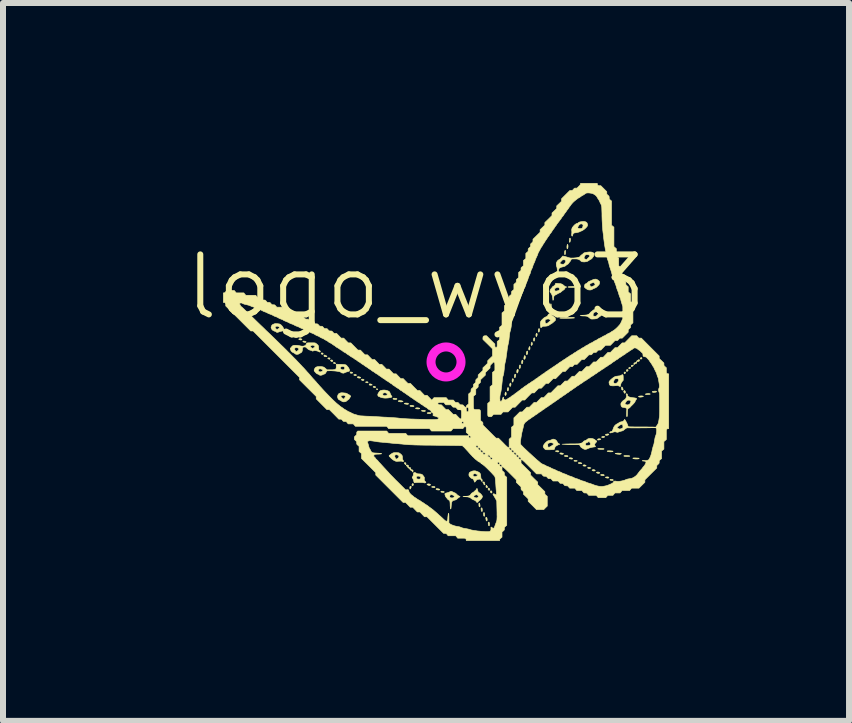
<source format=kicad_pcb>
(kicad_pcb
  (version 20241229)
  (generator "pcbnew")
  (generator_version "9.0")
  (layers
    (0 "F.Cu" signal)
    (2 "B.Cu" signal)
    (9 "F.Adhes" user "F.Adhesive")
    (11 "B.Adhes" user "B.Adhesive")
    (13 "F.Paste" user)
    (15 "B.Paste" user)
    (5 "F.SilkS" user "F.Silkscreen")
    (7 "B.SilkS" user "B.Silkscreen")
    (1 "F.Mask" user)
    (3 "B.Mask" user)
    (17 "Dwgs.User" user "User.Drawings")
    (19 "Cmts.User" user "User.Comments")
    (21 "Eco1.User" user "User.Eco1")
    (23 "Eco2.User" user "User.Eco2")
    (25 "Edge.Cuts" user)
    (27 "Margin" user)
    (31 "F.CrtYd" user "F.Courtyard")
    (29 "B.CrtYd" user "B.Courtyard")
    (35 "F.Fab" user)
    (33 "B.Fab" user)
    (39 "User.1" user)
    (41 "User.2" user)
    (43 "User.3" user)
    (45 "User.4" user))
  (footprint "logo_wyo3"
    (layer "F.Cu")
    (at 4.383 2.982)
    (property "Reference" "logo_wyo3" (at -0.5 -1.25 0) (layer "F.SilkS") (effects (font (size 1 1) (thickness 0.1))))
    (attr through_hole)
    (fp_poly (pts (xy -1.149 0.447) (xy -1.142 0.451) (xy -1.139 0.456) (xy -1.139 0.456) (xy -1.142 0.461) (xy -1.149 0.462) (xy -1.154 0.461) (xy -1.158 0.457) (xy -1.158 0.45) (xy -1.155 0.446) (xy -1.149 0.447)) (stroke (width 0.01) (type solid)) (fill yes) (layer "F.SilkS"))
    (fp_poly (pts (xy -2.057 -0.148) (xy -2.05 -0.143) (xy -2.047 -0.136) (xy -2.049 -0.132) (xy -2.058 -0.127) (xy -2.069 -0.129) (xy -2.077 -0.134) (xy -2.081 -0.142) (xy -2.077 -0.148) (xy -2.068 -0.151) (xy -2.066 -0.151) (xy -2.057 -0.148)) (stroke (width 0.01) (type solid)) (fill yes) (layer "F.SilkS"))
    (fp_poly (pts (xy -1.936 -0.064) (xy -1.933 -0.056) (xy -1.933 -0.053) (xy -1.938 -0.046) (xy -1.946 -0.046) (xy -1.96 -0.051) (xy -1.969 -0.057) (xy -1.97 -0.062) (xy -1.964 -0.066) (xy -1.957 -0.068) (xy -1.945 -0.068) (xy -1.936 -0.064)) (stroke (width 0.01) (type solid)) (fill yes) (layer "F.SilkS"))
    (fp_poly (pts (xy -1.304 0.333) (xy -1.299 0.338) (xy -1.299 0.341) (xy -1.303 0.346) (xy -1.314 0.348) (xy -1.329 0.344) (xy -1.339 0.34) (xy -1.341 0.336) (xy -1.335 0.333) (xy -1.328 0.331) (xy -1.314 0.33) (xy -1.304 0.333)) (stroke (width 0.01) (type solid)) (fill yes) (layer "F.SilkS"))
    (fp_poly (pts (xy 3.068 0.09) (xy 3.072 0.094) (xy 3.075 0.099) (xy 3.072 0.104) (xy 3.068 0.108) (xy 3.057 0.114) (xy 3.05 0.114) (xy 3.046 0.109) (xy 3.046 0.099) (xy 3.051 0.092) (xy 3.059 0.088) (xy 3.068 0.09)) (stroke (width 0.01) (type solid)) (fill yes) (layer "F.SilkS"))
    (fp_poly (pts (xy 3.263 -0.069) (xy 3.265 -0.06) (xy 3.263 -0.054) (xy 3.255 -0.049) (xy 3.245 -0.048) (xy 3.238 -0.051) (xy 3.236 -0.054) (xy 3.237 -0.06) (xy 3.243 -0.068) (xy 3.25 -0.073) (xy 3.256 -0.074) (xy 3.263 -0.069)) (stroke (width 0.01) (type solid)) (fill yes) (layer "F.SilkS"))
    (fp_poly (pts (xy -2.486 -0.423) (xy -2.471 -0.416) (xy -2.48 -0.411) (xy -2.49 -0.406) (xy -2.499 -0.406) (xy -2.512 -0.409) (xy -2.515 -0.41) (xy -2.525 -0.414) (xy -2.526 -0.419) (xy -2.52 -0.424) (xy -2.514 -0.426) (xy -2.501 -0.427) (xy -2.486 -0.423)) (stroke (width 0.01) (type solid)) (fill yes) (layer "F.SilkS"))
    (fp_poly (pts (xy -1.387 0.287) (xy -1.375 0.29) (xy -1.367 0.295) (xy -1.366 0.3) (xy -1.37 0.304) (xy -1.381 0.31) (xy -1.393 0.309) (xy -1.401 0.305) (xy -1.409 0.299) (xy -1.411 0.295) (xy -1.409 0.292) (xy -1.4 0.287) (xy -1.387 0.287)) (stroke (width 0.01) (type solid)) (fill yes) (layer "F.SilkS"))
    (fp_poly (pts (xy -0.549 2.028) (xy -0.544 2.037) (xy -0.545 2.048) (xy -0.549 2.057) (xy -0.554 2.063) (xy -0.558 2.063) (xy -0.562 2.061) (xy -0.568 2.052) (xy -0.567 2.042) (xy -0.563 2.034) (xy -0.556 2.027) (xy -0.551 2.027) (xy -0.549 2.028)) (stroke (width 0.01) (type solid)) (fill yes) (layer "F.SilkS"))
    (fp_poly (pts (xy 0.756 2.149) (xy 0.762 2.156) (xy 0.766 2.166) (xy 0.765 2.176) (xy 0.761 2.182) (xy 0.755 2.184) (xy 0.749 2.18) (xy 0.746 2.177) (xy 0.74 2.167) (xy 0.739 2.157) (xy 0.743 2.15) (xy 0.748 2.148) (xy 0.756 2.149)) (stroke (width 0.01) (type solid)) (fill yes) (layer "F.SilkS"))
    (fp_poly (pts (xy 1.436 -0.318) (xy 1.439 -0.302) (xy 1.436 -0.287) (xy 1.431 -0.28) (xy 1.427 -0.275) (xy 1.424 -0.276) (xy 1.421 -0.281) (xy 1.418 -0.29) (xy 1.418 -0.299) (xy 1.421 -0.311) (xy 1.423 -0.316) (xy 1.43 -0.331) (xy 1.436 -0.318)) (stroke (width 0.01) (type solid)) (fill yes) (layer "F.SilkS"))
    (fp_poly (pts (xy 2.984 0.168) (xy 2.988 0.171) (xy 2.992 0.174) (xy 2.991 0.179) (xy 2.988 0.185) (xy 2.981 0.195) (xy 2.975 0.197) (xy 2.97 0.192) (xy 2.969 0.191) (xy 2.967 0.181) (xy 2.969 0.175) (xy 2.975 0.168) (xy 2.984 0.168)) (stroke (width 0.01) (type solid)) (fill yes) (layer "F.SilkS"))
    (fp_poly (pts (xy -2.416 -0.386) (xy -2.407 -0.382) (xy -2.402 -0.377) (xy -2.402 -0.372) (xy -2.407 -0.368) (xy -2.423 -0.366) (xy -2.443 -0.371) (xy -2.444 -0.371) (xy -2.453 -0.376) (xy -2.454 -0.381) (xy -2.447 -0.385) (xy -2.439 -0.387) (xy -2.427 -0.388) (xy -2.416 -0.386)) (stroke (width 0.01) (type solid)) (fill yes) (layer "F.SilkS"))
    (fp_poly (pts (xy -1.898 -0.031) (xy -1.895 -0.03) (xy -1.887 -0.022) (xy -1.887 -0.014) (xy -1.894 -0.008) (xy -1.896 -0.008) (xy -1.905 -0.007) (xy -1.915 -0.012) (xy -1.923 -0.02) (xy -1.924 -0.026) (xy -1.918 -0.031) (xy -1.915 -0.032) (xy -1.907 -0.034) (xy -1.898 -0.031)) (stroke (width 0.01) (type solid)) (fill yes) (layer "F.SilkS"))
    (fp_poly (pts (xy -1.864 0.006) (xy -1.856 0.01) (xy -1.847 0.015) (xy -1.841 0.02) (xy -1.84 0.024) (xy -1.845 0.027) (xy -1.854 0.028) (xy -1.864 0.027) (xy -1.87 0.025) (xy -1.871 0.025) (xy -1.873 0.018) (xy -1.872 0.01) (xy -1.869 0.006) (xy -1.864 0.006)) (stroke (width 0.01) (type solid)) (fill yes) (layer "F.SilkS"))
    (fp_poly (pts (xy -1.579 0.168) (xy -1.569 0.171) (xy -1.56 0.176) (xy -1.555 0.18) (xy -1.554 0.182) (xy -1.563 0.186) (xy -1.575 0.188) (xy -1.587 0.187) (xy -1.594 0.185) (xy -1.598 0.178) (xy -1.597 0.171) (xy -1.59 0.167) (xy -1.588 0.167) (xy -1.579 0.168)) (stroke (width 0.01) (type solid)) (fill yes) (layer "F.SilkS"))
    (fp_poly (pts (xy -1.499 0.212) (xy -1.494 0.217) (xy -1.496 0.224) (xy -1.496 0.224) (xy -1.503 0.229) (xy -1.513 0.229) (xy -1.527 0.224) (xy -1.528 0.224) (xy -1.536 0.219) (xy -1.537 0.214) (xy -1.53 0.211) (xy -1.52 0.209) (xy -1.508 0.208) (xy -1.499 0.212)) (stroke (width 0.01) (type solid)) (fill yes) (layer "F.SilkS"))
    (fp_poly (pts (xy -1.184 0.409) (xy -1.175 0.415) (xy -1.174 0.421) (xy -1.18 0.427) (xy -1.181 0.427) (xy -1.187 0.43) (xy -1.195 0.429) (xy -1.202 0.425) (xy -1.213 0.419) (xy -1.215 0.414) (xy -1.21 0.409) (xy -1.205 0.407) (xy -1.193 0.405) (xy -1.184 0.409)) (stroke (width 0.01) (type solid)) (fill yes) (layer "F.SilkS"))
    (fp_poly (pts (xy -0.195 2.076) (xy -0.186 2.08) (xy -0.183 2.086) (xy -0.186 2.092) (xy -0.196 2.095) (xy -0.213 2.093) (xy -0.225 2.09) (xy -0.237 2.087) (xy -0.24 2.082) (xy -0.236 2.079) (xy -0.224 2.075) (xy -0.222 2.075) (xy -0.208 2.074) (xy -0.195 2.076)) (stroke (width 0.01) (type solid)) (fill yes) (layer "F.SilkS"))
    (fp_poly (pts (xy 0.715 2.103) (xy 0.722 2.11) (xy 0.727 2.118) (xy 0.73 2.127) (xy 0.729 2.129) (xy 0.725 2.136) (xy 0.718 2.138) (xy 0.709 2.135) (xy 0.705 2.13) (xy 0.701 2.12) (xy 0.702 2.11) (xy 0.707 2.103) (xy 0.709 2.102) (xy 0.715 2.103)) (stroke (width 0.01) (type solid)) (fill yes) (layer "F.SilkS"))
    (fp_poly (pts (xy 2.397 1.759) (xy 2.4 1.761) (xy 2.415 1.767) (xy 2.403 1.772) (xy 2.39 1.777) (xy 2.38 1.777) (xy 2.368 1.771) (xy 2.36 1.767) (xy 2.359 1.764) (xy 2.363 1.76) (xy 2.363 1.76) (xy 2.372 1.755) (xy 2.383 1.755) (xy 2.397 1.759)) (stroke (width 0.01) (type solid)) (fill yes) (layer "F.SilkS"))
    (fp_poly (pts (xy 2.54 1.835) (xy 2.551 1.839) (xy 2.56 1.844) (xy 2.563 1.847) (xy 2.56 1.85) (xy 2.558 1.852) (xy 2.545 1.857) (xy 2.528 1.855) (xy 2.517 1.851) (xy 2.508 1.846) (xy 2.507 1.841) (xy 2.514 1.837) (xy 2.523 1.835) (xy 2.54 1.835)) (stroke (width 0.01) (type solid)) (fill yes) (layer "F.SilkS"))
    (fp_poly (pts (xy 3.029 0.13) (xy 3.032 0.133) (xy 3.035 0.138) (xy 3.032 0.144) (xy 3.028 0.149) (xy 3.02 0.156) (xy 3.015 0.158) (xy 3.01 0.155) (xy 3.009 0.154) (xy 3.005 0.145) (xy 3.006 0.136) (xy 3.013 0.129) (xy 3.021 0.127) (xy 3.029 0.13)) (stroke (width 0.01) (type solid)) (fill yes) (layer "F.SilkS"))
    (fp_poly (pts (xy 3.117 0.055) (xy 3.122 0.058) (xy 3.118 0.064) (xy 3.11 0.069) (xy 3.1 0.076) (xy 3.094 0.078) (xy 3.091 0.078) (xy 3.089 0.074) (xy 3.089 0.074) (xy 3.088 0.063) (xy 3.092 0.056) (xy 3.104 0.054) (xy 3.105 0.054) (xy 3.117 0.055)) (stroke (width 0.01) (type solid)) (fill yes) (layer "F.SilkS"))
    (fp_poly (pts (xy -2.647 -0.507) (xy -2.636 -0.503) (xy -2.627 -0.499) (xy -2.622 -0.495) (xy -2.622 -0.492) (xy -2.631 -0.487) (xy -2.643 -0.485) (xy -2.656 -0.486) (xy -2.667 -0.488) (xy -2.669 -0.489) (xy -2.674 -0.496) (xy -2.673 -0.503) (xy -2.665 -0.507) (xy -2.659 -0.508) (xy -2.647 -0.507)) (stroke (width 0.01) (type solid)) (fill yes) (layer "F.SilkS"))
    (fp_poly (pts (xy -2.568 -0.466) (xy -2.559 -0.462) (xy -2.551 -0.457) (xy -2.549 -0.454) (xy -2.553 -0.45) (xy -2.554 -0.45) (xy -2.567 -0.445) (xy -2.583 -0.447) (xy -2.593 -0.451) (xy -2.601 -0.456) (xy -2.602 -0.459) (xy -2.598 -0.463) (xy -2.598 -0.463) (xy -2.584 -0.468) (xy -2.568 -0.466)) (stroke (width 0.01) (type solid)) (fill yes) (layer "F.SilkS"))
    (fp_poly (pts (xy -0.756 0.645) (xy -0.739 0.648) (xy -0.728 0.651) (xy -0.716 0.656) (xy -0.728 0.661) (xy -0.74 0.665) (xy -0.752 0.666) (xy -0.768 0.664) (xy -0.779 0.662) (xy -0.792 0.658) (xy -0.797 0.654) (xy -0.794 0.65) (xy -0.787 0.646) (xy -0.774 0.644) (xy -0.756 0.645)) (stroke (width 0.01) (type solid)) (fill yes) (layer "F.SilkS"))
    (fp_poly (pts (xy -0.68 1.679) (xy -0.673 1.681) (xy -0.669 1.685) (xy -0.668 1.695) (xy -0.668 1.698) (xy -0.667 1.708) (xy -0.669 1.714) (xy -0.669 1.714) (xy -0.674 1.712) (xy -0.681 1.705) (xy -0.686 1.7) (xy -0.694 1.689) (xy -0.695 1.682) (xy -0.689 1.679) (xy -0.68 1.679)) (stroke (width 0.01) (type solid)) (fill yes) (layer "F.SilkS"))
    (fp_poly (pts (xy 0.676 2.058) (xy 0.682 2.066) (xy 0.685 2.07) (xy 0.691 2.08) (xy 0.692 2.086) (xy 0.69 2.09) (xy 0.682 2.095) (xy 0.673 2.093) (xy 0.668 2.088) (xy 0.666 2.081) (xy 0.666 2.071) (xy 0.667 2.062) (xy 0.67 2.056) (xy 0.672 2.055) (xy 0.676 2.058)) (stroke (width 0.01) (type solid)) (fill yes) (layer "F.SilkS"))
    (fp_poly (pts (xy 0.997 0.504) (xy 1 0.51) (xy 1.004 0.53) (xy 1 0.549) (xy 0.999 0.549) (xy 0.994 0.558) (xy 0.989 0.558) (xy 0.984 0.551) (xy 0.984 0.55) (xy 0.981 0.54) (xy 0.983 0.528) (xy 0.984 0.522) (xy 0.989 0.508) (xy 0.993 0.502) (xy 0.997 0.504)) (stroke (width 0.01) (type solid)) (fill yes) (layer "F.SilkS"))
    (fp_poly (pts (xy 1.037 0.428) (xy 1.038 0.43) (xy 1.043 0.443) (xy 1.042 0.459) (xy 1.038 0.472) (xy 1.033 0.481) (xy 1.029 0.483) (xy 1.026 0.479) (xy 1.024 0.477) (xy 1.02 0.464) (xy 1.022 0.448) (xy 1.026 0.437) (xy 1.03 0.428) (xy 1.033 0.426) (xy 1.037 0.428)) (stroke (width 0.01) (type solid)) (fill yes) (layer "F.SilkS"))
    (fp_poly (pts (xy 1.077 0.354) (xy 1.078 0.355) (xy 1.083 0.368) (xy 1.081 0.385) (xy 1.078 0.395) (xy 1.073 0.405) (xy 1.069 0.408) (xy 1.066 0.405) (xy 1.064 0.401) (xy 1.06 0.386) (xy 1.063 0.369) (xy 1.066 0.36) (xy 1.071 0.352) (xy 1.074 0.351) (xy 1.077 0.354)) (stroke (width 0.01) (type solid)) (fill yes) (layer "F.SilkS"))
    (fp_poly (pts (xy 1.12 0.284) (xy 1.122 0.295) (xy 1.12 0.311) (xy 1.119 0.315) (xy 1.115 0.329) (xy 1.11 0.336) (xy 1.106 0.335) (xy 1.103 0.327) (xy 1.102 0.32) (xy 1.101 0.307) (xy 1.103 0.294) (xy 1.106 0.284) (xy 1.11 0.279) (xy 1.112 0.279) (xy 1.12 0.284)) (stroke (width 0.01) (type solid)) (fill yes) (layer "F.SilkS"))
    (fp_poly (pts (xy 1.237 0.052) (xy 1.24 0.057) (xy 1.241 0.067) (xy 1.24 0.079) (xy 1.237 0.096) (xy 1.233 0.106) (xy 1.228 0.109) (xy 1.223 0.106) (xy 1.22 0.097) (xy 1.22 0.082) (xy 1.221 0.079) (xy 1.224 0.062) (xy 1.228 0.052) (xy 1.233 0.05) (xy 1.237 0.052)) (stroke (width 0.01) (type solid)) (fill yes) (layer "F.SilkS"))
    (fp_poly (pts (xy 1.474 -0.4) (xy 1.475 -0.399) (xy 1.48 -0.386) (xy 1.478 -0.369) (xy 1.475 -0.359) (xy 1.47 -0.349) (xy 1.466 -0.346) (xy 1.463 -0.349) (xy 1.461 -0.353) (xy 1.457 -0.368) (xy 1.459 -0.385) (xy 1.463 -0.394) (xy 1.468 -0.402) (xy 1.471 -0.403) (xy 1.474 -0.4)) (stroke (width 0.01) (type solid)) (fill yes) (layer "F.SilkS"))
    (fp_poly (pts (xy 1.514 -0.475) (xy 1.515 -0.474) (xy 1.519 -0.465) (xy 1.519 -0.455) (xy 1.516 -0.44) (xy 1.51 -0.427) (xy 1.506 -0.422) (xy 1.503 -0.423) (xy 1.499 -0.437) (xy 1.498 -0.453) (xy 1.502 -0.467) (xy 1.503 -0.469) (xy 1.507 -0.477) (xy 1.51 -0.479) (xy 1.514 -0.475)) (stroke (width 0.01) (type solid)) (fill yes) (layer "F.SilkS"))
    (fp_poly (pts (xy 2.163 1.641) (xy 2.175 1.643) (xy 2.184 1.646) (xy 2.187 1.649) (xy 2.183 1.652) (xy 2.174 1.654) (xy 2.162 1.655) (xy 2.15 1.655) (xy 2.14 1.653) (xy 2.135 1.651) (xy 2.132 1.647) (xy 2.134 1.643) (xy 2.14 1.64) (xy 2.151 1.64) (xy 2.163 1.641)) (stroke (width 0.01) (type solid)) (fill yes) (layer "F.SilkS"))
    (fp_poly (pts (xy 2.468 1.796) (xy 2.477 1.8) (xy 2.485 1.805) (xy 2.487 1.808) (xy 2.483 1.812) (xy 2.482 1.812) (xy 2.469 1.817) (xy 2.454 1.816) (xy 2.443 1.811) (xy 2.435 1.807) (xy 2.434 1.803) (xy 2.439 1.799) (xy 2.439 1.799) (xy 2.452 1.794) (xy 2.468 1.796)) (stroke (width 0.01) (type solid)) (fill yes) (layer "F.SilkS"))
    (fp_poly (pts (xy 2.635 1.24) (xy 2.637 1.241) (xy 2.643 1.245) (xy 2.641 1.252) (xy 2.633 1.257) (xy 2.633 1.257) (xy 2.617 1.262) (xy 2.602 1.259) (xy 2.598 1.257) (xy 2.593 1.253) (xy 2.594 1.25) (xy 2.601 1.245) (xy 2.603 1.245) (xy 2.62 1.239) (xy 2.635 1.24)) (stroke (width 0.01) (type solid)) (fill yes) (layer "F.SilkS"))
    (fp_poly (pts (xy 2.978 0.478) (xy 2.985 0.487) (xy 2.985 0.487) (xy 2.989 0.501) (xy 2.988 0.513) (xy 2.982 0.52) (xy 2.978 0.522) (xy 2.973 0.518) (xy 2.969 0.511) (xy 2.963 0.501) (xy 2.961 0.494) (xy 2.963 0.488) (xy 2.965 0.484) (xy 2.971 0.477) (xy 2.978 0.478)) (stroke (width 0.01) (type solid)) (fill yes) (layer "F.SilkS"))
    (fp_poly (pts (xy -2.362 -0.347) (xy -2.345 -0.344) (xy -2.335 -0.34) (xy -2.332 -0.335) (xy -2.332 -0.331) (xy -2.338 -0.327) (xy -2.35 -0.326) (xy -2.359 -0.328) (xy -2.37 -0.33) (xy -2.376 -0.332) (xy -2.384 -0.336) (xy -2.385 -0.341) (xy -2.385 -0.346) (xy -2.381 -0.348) (xy -2.373 -0.348) (xy -2.362 -0.347)) (stroke (width 0.01) (type solid)) (fill yes) (layer "F.SilkS"))
    (fp_poly (pts (xy -1.258 0.367) (xy -1.248 0.37) (xy -1.239 0.375) (xy -1.233 0.379) (xy -1.23 0.383) (xy -1.234 0.385) (xy -1.237 0.385) (xy -1.247 0.386) (xy -1.257 0.387) (xy -1.269 0.387) (xy -1.276 0.384) (xy -1.281 0.377) (xy -1.279 0.37) (xy -1.272 0.366) (xy -1.269 0.365) (xy -1.258 0.367)) (stroke (width 0.01) (type solid)) (fill yes) (layer "F.SilkS"))
    (fp_poly (pts (xy -0.66 0.686) (xy -0.641 0.687) (xy -0.629 0.691) (xy -0.625 0.696) (xy -0.627 0.701) (xy -0.633 0.704) (xy -0.641 0.706) (xy -0.655 0.705) (xy -0.672 0.702) (xy -0.686 0.7) (xy -0.693 0.697) (xy -0.694 0.693) (xy -0.691 0.69) (xy -0.684 0.687) (xy -0.669 0.685) (xy -0.66 0.686)) (stroke (width 0.01) (type solid)) (fill yes) (layer "F.SilkS"))
    (fp_poly (pts (xy -0.266 0.842) (xy -0.256 0.843) (xy -0.252 0.846) (xy -0.251 0.852) (xy -0.257 0.858) (xy -0.267 0.861) (xy -0.28 0.863) (xy -0.295 0.861) (xy -0.296 0.861) (xy -0.309 0.857) (xy -0.315 0.853) (xy -0.312 0.849) (xy -0.305 0.846) (xy -0.293 0.843) (xy -0.279 0.842) (xy -0.266 0.842)) (stroke (width 0.01) (type solid)) (fill yes) (layer "F.SilkS"))
    (fp_poly (pts (xy -0.062 2.154) (xy -0.044 2.156) (xy -0.033 2.16) (xy -0.03 2.166) (xy -0.03 2.169) (xy -0.036 2.173) (xy -0.049 2.174) (xy -0.069 2.172) (xy -0.071 2.171) (xy -0.081 2.168) (xy -0.085 2.163) (xy -0.085 2.161) (xy -0.085 2.157) (xy -0.081 2.154) (xy -0.072 2.154) (xy -0.062 2.154)) (stroke (width 0.01) (type solid)) (fill yes) (layer "F.SilkS"))
    (fp_poly (pts (xy 1.2 0.126) (xy 1.203 0.136) (xy 1.202 0.151) (xy 1.201 0.159) (xy 1.196 0.174) (xy 1.192 0.182) (xy 1.187 0.184) (xy 1.183 0.182) (xy 1.18 0.174) (xy 1.179 0.162) (xy 1.18 0.149) (xy 1.183 0.136) (xy 1.187 0.127) (xy 1.193 0.123) (xy 1.193 0.123) (xy 1.2 0.126)) (stroke (width 0.01) (type solid)) (fill yes) (layer "F.SilkS"))
    (fp_poly (pts (xy 1.277 -0.027) (xy 1.28 -0.022) (xy 1.281 -0.013) (xy 1.28 -0.000337) (xy 1.277 0.016) (xy 1.272 0.027) (xy 1.267 0.03) (xy 1.263 0.027) (xy 1.261 0.02) (xy 1.26 0.008) (xy 1.261 -0.006) (xy 1.264 -0.018) (xy 1.267 -0.026) (xy 1.267 -0.027) (xy 1.272 -0.03) (xy 1.277 -0.027)) (stroke (width 0.01) (type solid)) (fill yes) (layer "F.SilkS"))
    (fp_poly (pts (xy 1.395 -0.255) (xy 1.398 -0.247) (xy 1.399 -0.236) (xy 1.399 -0.224) (xy 1.398 -0.213) (xy 1.397 -0.21) (xy 1.391 -0.201) (xy 1.385 -0.199) (xy 1.38 -0.205) (xy 1.379 -0.209) (xy 1.378 -0.218) (xy 1.38 -0.231) (xy 1.384 -0.243) (xy 1.388 -0.253) (xy 1.392 -0.257) (xy 1.395 -0.255)) (stroke (width 0.01) (type solid)) (fill yes) (layer "F.SilkS"))
    (fp_poly (pts (xy 1.556 -0.552) (xy 1.559 -0.543) (xy 1.559 -0.529) (xy 1.555 -0.511) (xy 1.555 -0.511) (xy 1.55 -0.5) (xy 1.545 -0.497) (xy 1.541 -0.501) (xy 1.538 -0.513) (xy 1.538 -0.514) (xy 1.537 -0.528) (xy 1.539 -0.542) (xy 1.544 -0.551) (xy 1.549 -0.556) (xy 1.55 -0.556) (xy 1.556 -0.552)) (stroke (width 0.01) (type solid)) (fill yes) (layer "F.SilkS"))
    (fp_poly (pts (xy 2.003 1.558) (xy 2.019 1.561) (xy 2.028 1.564) (xy 2.031 1.569) (xy 2.031 1.573) (xy 2.025 1.578) (xy 2.013 1.579) (xy 1.996 1.577) (xy 1.989 1.576) (xy 1.978 1.572) (xy 1.973 1.568) (xy 1.975 1.563) (xy 1.977 1.561) (xy 1.983 1.558) (xy 1.993 1.557) (xy 2.003 1.558)) (stroke (width 0.01) (type solid)) (fill yes) (layer "F.SilkS"))
    (fp_poly (pts (xy 2.081 1.598) (xy 2.098 1.601) (xy 2.107 1.606) (xy 2.109 1.611) (xy 2.107 1.614) (xy 2.101 1.618) (xy 2.098 1.619) (xy 2.091 1.618) (xy 2.082 1.617) (xy 2.066 1.614) (xy 2.056 1.611) (xy 2.052 1.608) (xy 2.052 1.606) (xy 2.055 1.599) (xy 2.066 1.597) (xy 2.081 1.598)) (stroke (width 0.01) (type solid)) (fill yes) (layer "F.SilkS"))
    (fp_poly (pts (xy 2.565 1.281) (xy 2.574 1.283) (xy 2.579 1.286) (xy 2.579 1.287) (xy 2.573 1.292) (xy 2.563 1.296) (xy 2.551 1.3) (xy 2.538 1.301) (xy 2.529 1.3) (xy 2.527 1.299) (xy 2.524 1.292) (xy 2.529 1.286) (xy 2.534 1.283) (xy 2.543 1.281) (xy 2.554 1.28) (xy 2.565 1.281)) (stroke (width 0.01) (type solid)) (fill yes) (layer "F.SilkS"))
    (fp_poly (pts (xy 2.696 1.916) (xy 2.704 1.917) (xy 2.712 1.922) (xy 2.714 1.926) (xy 2.71 1.932) (xy 2.704 1.935) (xy 2.695 1.936) (xy 2.681 1.934) (xy 2.672 1.932) (xy 2.662 1.928) (xy 2.657 1.925) (xy 2.656 1.923) (xy 2.661 1.919) (xy 2.671 1.917) (xy 2.684 1.915) (xy 2.696 1.916)) (stroke (width 0.01) (type solid)) (fill yes) (layer "F.SilkS"))
    (fp_poly (pts (xy -2.018 -0.113) (xy -2.007 -0.109) (xy -1.996 -0.103) (xy -1.988 -0.098) (xy -1.984 -0.093) (xy -1.984 -0.093) (xy -1.988 -0.089) (xy -1.996 -0.088) (xy -2.008 -0.087) (xy -2.019 -0.089) (xy -2.028 -0.092) (xy -2.029 -0.093) (xy -2.034 -0.1) (xy -2.034 -0.108) (xy -2.03 -0.114) (xy -2.026 -0.115) (xy -2.018 -0.113)) (stroke (width 0.01) (type solid)) (fill yes) (layer "F.SilkS"))
    (fp_poly (pts (xy -0.581 2.076) (xy -0.581 2.078) (xy -0.581 2.085) (xy -0.584 2.096) (xy -0.586 2.1) (xy -0.592 2.112) (xy -0.596 2.117) (xy -0.6 2.117) (xy -0.601 2.117) (xy -0.602 2.111) (xy -0.603 2.101) (xy -0.603 2.089) (xy -0.601 2.08) (xy -0.601 2.078) (xy -0.595 2.073) (xy -0.588 2.072) (xy -0.581 2.076)) (stroke (width 0.01) (type solid)) (fill yes) (layer "F.SilkS"))
    (fp_poly (pts (xy -0.462 0.766) (xy -0.45 0.768) (xy -0.441 0.771) (xy -0.438 0.775) (xy -0.439 0.778) (xy -0.446 0.781) (xy -0.459 0.783) (xy -0.473 0.783) (xy -0.487 0.782) (xy -0.492 0.781) (xy -0.504 0.777) (xy -0.509 0.773) (xy -0.506 0.769) (xy -0.498 0.766) (xy -0.488 0.764) (xy -0.475 0.764) (xy -0.462 0.766)) (stroke (width 0.01) (type solid)) (fill yes) (layer "F.SilkS"))
    (fp_poly (pts (xy -0.28 2.033) (xy -0.268 2.037) (xy -0.26 2.042) (xy -0.258 2.047) (xy -0.261 2.051) (xy -0.268 2.056) (xy -0.275 2.059) (xy -0.279 2.059) (xy -0.283 2.058) (xy -0.292 2.055) (xy -0.299 2.053) (xy -0.311 2.047) (xy -0.317 2.042) (xy -0.315 2.037) (xy -0.309 2.035) (xy -0.294 2.032) (xy -0.28 2.033)) (stroke (width 0.01) (type solid)) (fill yes) (layer "F.SilkS"))
    (fp_poly (pts (xy -0.146 2.112) (xy -0.14 2.113) (xy -0.121 2.116) (xy -0.109 2.12) (xy -0.106 2.125) (xy -0.107 2.13) (xy -0.114 2.134) (xy -0.125 2.134) (xy -0.143 2.132) (xy -0.148 2.131) (xy -0.16 2.128) (xy -0.166 2.125) (xy -0.166 2.12) (xy -0.165 2.117) (xy -0.162 2.113) (xy -0.157 2.112) (xy -0.146 2.112)) (stroke (width 0.01) (type solid)) (fill yes) (layer "F.SilkS"))
    (fp_poly (pts (xy 0.556 2.353) (xy 0.56 2.361) (xy 0.564 2.375) (xy 0.566 2.388) (xy 0.567 2.401) (xy 0.565 2.409) (xy 0.562 2.412) (xy 0.557 2.415) (xy 0.553 2.411) (xy 0.552 2.41) (xy 0.55 2.401) (xy 0.548 2.389) (xy 0.548 2.375) (xy 0.548 2.363) (xy 0.55 2.354) (xy 0.552 2.351) (xy 0.556 2.353)) (stroke (width 0.01) (type solid)) (fill yes) (layer "F.SilkS"))
    (fp_poly (pts (xy 0.6 2.437) (xy 0.603 2.45) (xy 0.604 2.465) (xy 0.604 2.479) (xy 0.603 2.487) (xy 0.601 2.491) (xy 0.599 2.491) (xy 0.592 2.489) (xy 0.59 2.486) (xy 0.588 2.479) (xy 0.586 2.467) (xy 0.585 2.459) (xy 0.584 2.445) (xy 0.586 2.437) (xy 0.588 2.434) (xy 0.595 2.431) (xy 0.6 2.437)) (stroke (width 0.01) (type solid)) (fill yes) (layer "F.SilkS"))
    (fp_poly (pts (xy 0.64 2.516) (xy 0.643 2.529) (xy 0.644 2.544) (xy 0.644 2.558) (xy 0.643 2.567) (xy 0.64 2.57) (xy 0.638 2.571) (xy 0.632 2.569) (xy 0.63 2.567) (xy 0.628 2.56) (xy 0.626 2.548) (xy 0.625 2.539) (xy 0.624 2.526) (xy 0.625 2.517) (xy 0.628 2.513) (xy 0.635 2.511) (xy 0.64 2.516)) (stroke (width 0.01) (type solid)) (fill yes) (layer "F.SilkS"))
    (fp_poly (pts (xy 0.719 2.675) (xy 0.722 2.688) (xy 0.723 2.703) (xy 0.723 2.717) (xy 0.722 2.725) (xy 0.72 2.729) (xy 0.718 2.73) (xy 0.711 2.728) (xy 0.709 2.725) (xy 0.708 2.718) (xy 0.706 2.707) (xy 0.704 2.698) (xy 0.703 2.684) (xy 0.705 2.676) (xy 0.708 2.672) (xy 0.714 2.669) (xy 0.719 2.675)) (stroke (width 0.01) (type solid)) (fill yes) (layer "F.SilkS"))
    (fp_poly (pts (xy 1.161 0.209) (xy 1.162 0.212) (xy 1.162 0.22) (xy 1.16 0.233) (xy 1.159 0.241) (xy 1.154 0.255) (xy 1.149 0.262) (xy 1.143 0.26) (xy 1.142 0.259) (xy 1.14 0.253) (xy 1.139 0.242) (xy 1.14 0.229) (xy 1.142 0.217) (xy 1.144 0.212) (xy 1.15 0.205) (xy 1.156 0.204) (xy 1.161 0.209)) (stroke (width 0.01) (type solid)) (fill yes) (layer "F.SilkS"))
    (fp_poly (pts (xy 1.316 -0.102) (xy 1.32 -0.094) (xy 1.322 -0.082) (xy 1.322 -0.081) (xy 1.32 -0.065) (xy 1.316 -0.053) (xy 1.311 -0.046) (xy 1.305 -0.044) (xy 1.299 -0.049) (xy 1.298 -0.05) (xy 1.297 -0.058) (xy 1.298 -0.069) (xy 1.301 -0.083) (xy 1.304 -0.096) (xy 1.307 -0.103) (xy 1.312 -0.106) (xy 1.316 -0.102)) (stroke (width 0.01) (type solid)) (fill yes) (layer "F.SilkS"))
    (fp_poly (pts (xy 1.357 -0.181) (xy 1.36 -0.175) (xy 1.361 -0.164) (xy 1.361 -0.151) (xy 1.359 -0.139) (xy 1.357 -0.133) (xy 1.351 -0.125) (xy 1.344 -0.123) (xy 1.339 -0.128) (xy 1.339 -0.129) (xy 1.338 -0.138) (xy 1.339 -0.151) (xy 1.342 -0.165) (xy 1.346 -0.175) (xy 1.347 -0.177) (xy 1.353 -0.181) (xy 1.357 -0.181)) (stroke (width 0.01) (type solid)) (fill yes) (layer "F.SilkS"))
    (fp_poly (pts (xy 1.87 1.481) (xy 1.872 1.482) (xy 1.88 1.486) (xy 1.88 1.491) (xy 1.876 1.495) (xy 1.869 1.499) (xy 1.857 1.499) (xy 1.84 1.495) (xy 1.84 1.495) (xy 1.83 1.491) (xy 1.824 1.487) (xy 1.824 1.486) (xy 1.827 1.483) (xy 1.836 1.481) (xy 1.848 1.48) (xy 1.86 1.48) (xy 1.87 1.481)) (stroke (width 0.01) (type solid)) (fill yes) (layer "F.SilkS"))
    (fp_poly (pts (xy 1.935 1.519) (xy 1.938 1.52) (xy 1.95 1.523) (xy 1.955 1.526) (xy 1.955 1.531) (xy 1.953 1.534) (xy 1.947 1.538) (xy 1.939 1.539) (xy 1.927 1.538) (xy 1.916 1.536) (xy 1.904 1.533) (xy 1.898 1.53) (xy 1.898 1.525) (xy 1.898 1.522) (xy 1.904 1.517) (xy 1.917 1.516) (xy 1.935 1.519)) (stroke (width 0.01) (type solid)) (fill yes) (layer "F.SilkS"))
    (fp_poly (pts (xy 2.072 -2.056) (xy 2.072 -2.055) (xy 2.074 -2.044) (xy 2.073 -2.03) (xy 2.072 -2.022) (xy 2.068 -2.005) (xy 2.064 -1.996) (xy 2.06 -1.994) (xy 2.059 -1.995) (xy 2.057 -2) (xy 2.056 -2.011) (xy 2.056 -2.022) (xy 2.057 -2.042) (xy 2.059 -2.056) (xy 2.062 -2.063) (xy 2.067 -2.063) (xy 2.072 -2.056)) (stroke (width 0.01) (type solid)) (fill yes) (layer "F.SilkS"))
    (fp_poly (pts (xy 2.229 1.676) (xy 2.244 1.679) (xy 2.256 1.683) (xy 2.263 1.687) (xy 2.264 1.69) (xy 2.264 1.69) (xy 2.255 1.694) (xy 2.242 1.696) (xy 2.228 1.696) (xy 2.216 1.694) (xy 2.213 1.692) (xy 2.206 1.687) (xy 2.205 1.683) (xy 2.207 1.68) (xy 2.214 1.676) (xy 2.225 1.676) (xy 2.229 1.676)) (stroke (width 0.01) (type solid)) (fill yes) (layer "F.SilkS"))
    (fp_poly (pts (xy 2.31 1.716) (xy 2.321 1.719) (xy 2.33 1.723) (xy 2.335 1.728) (xy 2.335 1.73) (xy 2.328 1.734) (xy 2.315 1.736) (xy 2.303 1.736) (xy 2.293 1.734) (xy 2.292 1.734) (xy 2.284 1.729) (xy 2.282 1.726) (xy 2.285 1.722) (xy 2.286 1.721) (xy 2.294 1.716) (xy 2.301 1.714) (xy 2.31 1.716)) (stroke (width 0.01) (type solid)) (fill yes) (layer "F.SilkS"))
    (fp_poly (pts (xy 2.616 1.875) (xy 2.627 1.878) (xy 2.63 1.879) (xy 2.636 1.885) (xy 2.636 1.889) (xy 2.635 1.891) (xy 2.628 1.896) (xy 2.616 1.896) (xy 2.598 1.893) (xy 2.592 1.892) (xy 2.581 1.888) (xy 2.577 1.884) (xy 2.577 1.882) (xy 2.581 1.877) (xy 2.591 1.874) (xy 2.603 1.874) (xy 2.616 1.875)) (stroke (width 0.01) (type solid)) (fill yes) (layer "F.SilkS"))
    (fp_poly (pts (xy 2.708 1.202) (xy 2.709 1.203) (xy 2.713 1.207) (xy 2.711 1.211) (xy 2.707 1.215) (xy 2.698 1.219) (xy 2.686 1.222) (xy 2.673 1.223) (xy 2.663 1.221) (xy 2.657 1.218) (xy 2.656 1.213) (xy 2.661 1.208) (xy 2.673 1.204) (xy 2.681 1.202) (xy 2.694 1.2) (xy 2.702 1.2) (xy 2.708 1.202)) (stroke (width 0.01) (type solid)) (fill yes) (layer "F.SilkS"))
    (fp_poly (pts (xy 2.75 1.955) (xy 2.768 1.957) (xy 2.779 1.959) (xy 2.785 1.964) (xy 2.786 1.969) (xy 2.785 1.973) (xy 2.781 1.975) (xy 2.772 1.976) (xy 2.757 1.974) (xy 2.748 1.973) (xy 2.738 1.97) (xy 2.733 1.966) (xy 2.732 1.963) (xy 2.734 1.958) (xy 2.738 1.956) (xy 2.748 1.955) (xy 2.75 1.955)) (stroke (width 0.01) (type solid)) (fill yes) (layer "F.SilkS"))
    (fp_poly (pts (xy 2.936 0.422) (xy 2.942 0.431) (xy 2.947 0.443) (xy 2.951 0.454) (xy 2.951 0.462) (xy 2.951 0.463) (xy 2.946 0.468) (xy 2.938 0.468) (xy 2.931 0.463) (xy 2.929 0.461) (xy 2.927 0.452) (xy 2.925 0.44) (xy 2.925 0.435) (xy 2.925 0.423) (xy 2.927 0.418) (xy 2.931 0.417) (xy 2.936 0.422)) (stroke (width 0.01) (type solid)) (fill yes) (layer "F.SilkS"))
    (fp_poly (pts (xy 3.22 -0.037) (xy 3.223 -0.031) (xy 3.224 -0.022) (xy 3.219 -0.014) (xy 3.209 -0.009) (xy 3.199 -0.008) (xy 3.189 -0.009) (xy 3.182 -0.01) (xy 3.182 -0.011) (xy 3.179 -0.015) (xy 3.182 -0.019) (xy 3.19 -0.025) (xy 3.197 -0.029) (xy 3.208 -0.035) (xy 3.215 -0.039) (xy 3.217 -0.04) (xy 3.22 -0.037)) (stroke (width 0.01) (type solid)) (fill yes) (layer "F.SilkS"))
    (fp_poly (pts (xy -1.453 0.247) (xy -1.449 0.248) (xy -1.434 0.252) (xy -1.426 0.256) (xy -1.423 0.259) (xy -1.423 0.263) (xy -1.423 0.264) (xy -1.426 0.267) (xy -1.433 0.269) (xy -1.444 0.269) (xy -1.459 0.267) (xy -1.471 0.264) (xy -1.477 0.258) (xy -1.477 0.251) (xy -1.475 0.249) (xy -1.47 0.246) (xy -1.464 0.245) (xy -1.453 0.247)) (stroke (width 0.01) (type solid)) (fill yes) (layer "F.SilkS"))
    (fp_poly (pts (xy -0.854 0.605) (xy -0.84 0.607) (xy -0.827 0.609) (xy -0.821 0.612) (xy -0.818 0.615) (xy -0.821 0.62) (xy -0.823 0.621) (xy -0.836 0.626) (xy -0.855 0.625) (xy -0.859 0.624) (xy -0.87 0.622) (xy -0.876 0.621) (xy -0.883 0.617) (xy -0.884 0.611) (xy -0.878 0.606) (xy -0.877 0.605) (xy -0.868 0.604) (xy -0.854 0.605)) (stroke (width 0.01) (type solid)) (fill yes) (layer "F.SilkS"))
    (fp_poly (pts (xy -0.564 0.723) (xy -0.549 0.727) (xy -0.545 0.729) (xy -0.535 0.733) (xy -0.533 0.736) (xy -0.536 0.739) (xy -0.538 0.74) (xy -0.546 0.745) (xy -0.559 0.745) (xy -0.576 0.743) (xy -0.58 0.742) (xy -0.594 0.739) (xy -0.6 0.735) (xy -0.601 0.73) (xy -0.599 0.728) (xy -0.591 0.724) (xy -0.579 0.722) (xy -0.564 0.723)) (stroke (width 0.01) (type solid)) (fill yes) (layer "F.SilkS"))
    (fp_poly (pts (xy 0.679 2.594) (xy 0.683 2.605) (xy 0.685 2.619) (xy 0.686 2.633) (xy 0.685 2.641) (xy 0.682 2.646) (xy 0.676 2.65) (xy 0.673 2.647) (xy 0.671 2.644) (xy 0.668 2.636) (xy 0.666 2.623) (xy 0.664 2.614) (xy 0.663 2.601) (xy 0.664 2.594) (xy 0.667 2.59) (xy 0.669 2.589) (xy 0.675 2.589) (xy 0.679 2.594)) (stroke (width 0.01) (type solid)) (fill yes) (layer "F.SilkS"))
    (fp_poly (pts (xy 1.989 -1.859) (xy 1.99 -1.852) (xy 1.992 -1.84) (xy 1.992 -1.826) (xy 1.991 -1.812) (xy 1.989 -1.799) (xy 1.985 -1.791) (xy 1.981 -1.787) (xy 1.979 -1.789) (xy 1.977 -1.795) (xy 1.976 -1.806) (xy 1.976 -1.82) (xy 1.977 -1.835) (xy 1.979 -1.847) (xy 1.982 -1.855) (xy 1.982 -1.856) (xy 1.986 -1.86) (xy 1.989 -1.859)) (stroke (width 0.01) (type solid)) (fill yes) (layer "F.SilkS"))
    (fp_poly (pts (xy 2.027 -1.959) (xy 2.03 -1.952) (xy 2.033 -1.939) (xy 2.033 -1.924) (xy 2.032 -1.909) (xy 2.031 -1.908) (xy 2.027 -1.894) (xy 2.023 -1.887) (xy 2.019 -1.888) (xy 2.018 -1.89) (xy 2.016 -1.897) (xy 2.015 -1.909) (xy 2.015 -1.922) (xy 2.017 -1.936) (xy 2.019 -1.948) (xy 2.022 -1.957) (xy 2.025 -1.96) (xy 2.027 -1.959)) (stroke (width 0.01) (type solid)) (fill yes) (layer "F.SilkS"))
    (fp_poly (pts (xy 3.178 0.006) (xy 3.177 0.016) (xy 3.173 0.022) (xy 3.164 0.025) (xy 3.163 0.025) (xy 3.151 0.03) (xy 3.14 0.037) (xy 3.14 0.037) (xy 3.131 0.045) (xy 3.131 0.031) (xy 3.132 0.022) (xy 3.135 0.017) (xy 3.144 0.015) (xy 3.147 0.014) (xy 3.163 0.008) (xy 3.171 0.001) (xy 3.18 -0.01) (xy 3.178 0.006)) (stroke (width 0.01) (type solid)) (fill yes) (layer "F.SilkS"))
    (fp_poly (pts (xy 3.495 0.487) (xy 3.501 0.488) (xy 3.508 0.494) (xy 3.508 0.498) (xy 3.5 0.502) (xy 3.485 0.505) (xy 3.471 0.506) (xy 3.457 0.507) (xy 3.448 0.507) (xy 3.443 0.504) (xy 3.441 0.502) (xy 3.438 0.496) (xy 3.438 0.493) (xy 3.445 0.491) (xy 3.456 0.489) (xy 3.47 0.487) (xy 3.484 0.487) (xy 3.495 0.487)) (stroke (width 0.01) (type solid)) (fill yes) (layer "F.SilkS"))
    (fp_poly (pts (xy -0.363 0.806) (xy -0.352 0.808) (xy -0.346 0.811) (xy -0.346 0.811) (xy -0.343 0.817) (xy -0.348 0.821) (xy -0.349 0.821) (xy -0.355 0.824) (xy -0.362 0.825) (xy -0.372 0.824) (xy -0.388 0.822) (xy -0.401 0.819) (xy -0.407 0.816) (xy -0.408 0.812) (xy -0.407 0.81) (xy -0.401 0.807) (xy -0.391 0.806) (xy -0.377 0.806) (xy -0.363 0.806)) (stroke (width 0.01) (type solid)) (fill yes) (layer "F.SilkS"))
    (fp_poly (pts (xy 0.633 2.001) (xy 0.638 2.004) (xy 0.641 2.013) (xy 0.642 2.017) (xy 0.645 2.029) (xy 0.648 2.039) (xy 0.649 2.041) (xy 0.649 2.046) (xy 0.644 2.048) (xy 0.636 2.047) (xy 0.634 2.045) (xy 0.631 2.039) (xy 0.631 2.036) (xy 0.629 2.029) (xy 0.624 2.018) (xy 0.621 2.015) (xy 0.611 2) (xy 0.625 2) (xy 0.633 2.001)) (stroke (width 0.01) (type solid)) (fill yes) (layer "F.SilkS"))
    (fp_poly (pts (xy 3.273 0.567) (xy 3.283 0.57) (xy 3.284 0.57) (xy 3.289 0.574) (xy 3.288 0.576) (xy 3.28 0.579) (xy 3.266 0.583) (xy 3.249 0.585) (xy 3.233 0.586) (xy 3.22 0.584) (xy 3.219 0.584) (xy 3.211 0.58) (xy 3.208 0.577) (xy 3.21 0.573) (xy 3.218 0.57) (xy 3.231 0.568) (xy 3.245 0.566) (xy 3.26 0.566) (xy 3.273 0.567)) (stroke (width 0.01) (type solid)) (fill yes) (layer "F.SilkS"))
    (fp_poly (pts (xy 2.583 1.441) (xy 2.607 1.443) (xy 2.623 1.445) (xy 2.632 1.447) (xy 2.634 1.45) (xy 2.631 1.453) (xy 2.624 1.455) (xy 2.612 1.456) (xy 2.595 1.456) (xy 2.578 1.456) (xy 2.561 1.455) (xy 2.546 1.454) (xy 2.537 1.452) (xy 2.536 1.452) (xy 2.529 1.448) (xy 2.53 1.445) (xy 2.538 1.443) (xy 2.551 1.441) (xy 2.571 1.441) (xy 2.583 1.441)) (stroke (width 0.01) (type solid)) (fill yes) (layer "F.SilkS"))
    (fp_poly (pts (xy 2.732 1.481) (xy 2.749 1.482) (xy 2.765 1.484) (xy 2.777 1.485) (xy 2.783 1.487) (xy 2.783 1.488) (xy 2.783 1.491) (xy 2.777 1.494) (xy 2.766 1.496) (xy 2.751 1.498) (xy 2.735 1.498) (xy 2.718 1.496) (xy 2.713 1.496) (xy 2.697 1.493) (xy 2.687 1.489) (xy 2.685 1.486) (xy 2.69 1.483) (xy 2.693 1.482) (xy 2.702 1.481) (xy 2.716 1.481) (xy 2.732 1.481)) (stroke (width 0.01) (type solid)) (fill yes) (layer "F.SilkS"))
    (fp_poly (pts (xy 2.889 1.521) (xy 2.902 1.522) (xy 2.911 1.524) (xy 2.912 1.524) (xy 2.923 1.529) (xy 2.913 1.534) (xy 2.906 1.537) (xy 2.897 1.539) (xy 2.884 1.539) (xy 2.867 1.537) (xy 2.854 1.536) (xy 2.84 1.533) (xy 2.828 1.531) (xy 2.822 1.53) (xy 2.819 1.527) (xy 2.823 1.525) (xy 2.831 1.523) (xy 2.844 1.521) (xy 2.858 1.52) (xy 2.874 1.52) (xy 2.889 1.521)) (stroke (width 0.01) (type solid)) (fill yes) (layer "F.SilkS"))
    (fp_poly (pts (xy 3.01 1.56) (xy 3.027 1.561) (xy 3.043 1.562) (xy 3.054 1.564) (xy 3.06 1.566) (xy 3.063 1.569) (xy 3.058 1.572) (xy 3.047 1.574) (xy 3.028 1.575) (xy 3.018 1.575) (xy 3.001 1.575) (xy 2.987 1.574) (xy 2.977 1.573) (xy 2.975 1.573) (xy 2.965 1.569) (xy 2.963 1.565) (xy 2.968 1.562) (xy 2.97 1.561) (xy 2.979 1.56) (xy 2.993 1.56) (xy 3.01 1.56)) (stroke (width 0.01) (type solid)) (fill yes) (layer "F.SilkS"))
    (fp_poly (pts (xy 3.159 1.6) (xy 3.176 1.601) (xy 3.193 1.602) (xy 3.206 1.603) (xy 3.215 1.604) (xy 3.218 1.605) (xy 3.218 1.609) (xy 3.212 1.613) (xy 3.201 1.615) (xy 3.186 1.617) (xy 3.169 1.617) (xy 3.15 1.616) (xy 3.144 1.615) (xy 3.127 1.612) (xy 3.117 1.609) (xy 3.113 1.605) (xy 3.117 1.602) (xy 3.121 1.601) (xy 3.129 1.6) (xy 3.143 1.6) (xy 3.159 1.6)) (stroke (width 0.01) (type solid)) (fill yes) (layer "F.SilkS"))
    (fp_poly (pts (xy 3.379 0.526) (xy 3.386 0.528) (xy 3.395 0.53) (xy 3.402 0.532) (xy 3.403 0.536) (xy 3.402 0.537) (xy 3.396 0.539) (xy 3.385 0.541) (xy 3.37 0.542) (xy 3.355 0.543) (xy 3.34 0.543) (xy 3.33 0.542) (xy 3.324 0.541) (xy 3.324 0.54) (xy 3.324 0.535) (xy 3.325 0.534) (xy 3.331 0.532) (xy 3.342 0.53) (xy 3.355 0.528) (xy 3.368 0.526) (xy 3.377 0.526) (xy 3.379 0.526)) (stroke (width 0.01) (type solid)) (fill yes) (layer "F.SilkS"))
    (fp_poly (pts (xy 1.752 -0.962) (xy 1.753 -0.947) (xy 1.754 -0.925) (xy 1.754 -0.896) (xy 1.754 -0.895) (xy 1.753 -0.872) (xy 1.751 -0.854) (xy 1.749 -0.844) (xy 1.747 -0.841) (xy 1.744 -0.839) (xy 1.741 -0.844) (xy 1.74 -0.847) (xy 1.739 -0.856) (xy 1.738 -0.87) (xy 1.739 -0.888) (xy 1.739 -0.907) (xy 1.74 -0.927) (xy 1.741 -0.944) (xy 1.743 -0.958) (xy 1.745 -0.967) (xy 1.745 -0.969) (xy 1.749 -0.969) (xy 1.752 -0.962)) (stroke (width 0.01) (type solid)) (fill yes) (layer "F.SilkS"))
    (fp_poly (pts (xy 2.103 -0.741) (xy 2.121 -0.74) (xy 2.133 -0.739) (xy 2.139 -0.737) (xy 2.14 -0.734) (xy 2.139 -0.733) (xy 2.134 -0.732) (xy 2.123 -0.731) (xy 2.105 -0.73) (xy 2.084 -0.729) (xy 2.059 -0.728) (xy 2.033 -0.728) (xy 2.006 -0.727) (xy 1.98 -0.727) (xy 1.955 -0.727) (xy 1.934 -0.728) (xy 1.917 -0.728) (xy 1.905 -0.729) (xy 1.901 -0.73) (xy 1.895 -0.732) (xy 1.895 -0.734) (xy 1.902 -0.736) (xy 1.916 -0.738) (xy 1.936 -0.739) (xy 1.965 -0.74) (xy 2.001 -0.741) (xy 2.007 -0.741) (xy 2.046 -0.742) (xy 2.078 -0.742) (xy 2.103 -0.741)) (stroke (width 0.01) (type solid)) (fill yes) (layer "F.SilkS"))
    (fp_poly (pts (xy 2.176 -1.26) (xy 2.195 -1.259) (xy 2.202 -1.258) (xy 2.218 -1.256) (xy 2.232 -1.255) (xy 2.241 -1.254) (xy 2.243 -1.254) (xy 2.244 -1.252) (xy 2.24 -1.249) (xy 2.234 -1.248) (xy 2.222 -1.247) (xy 2.204 -1.246) (xy 2.182 -1.245) (xy 2.158 -1.244) (xy 2.133 -1.243) (xy 2.108 -1.243) (xy 2.085 -1.243) (xy 2.066 -1.244) (xy 2.05 -1.244) (xy 2.041 -1.245) (xy 2.04 -1.246) (xy 2.033 -1.248) (xy 2.034 -1.25) (xy 2.038 -1.252) (xy 2.047 -1.254) (xy 2.063 -1.256) (xy 2.083 -1.257) (xy 2.106 -1.259) (xy 2.13 -1.259) (xy 2.154 -1.26) (xy 2.176 -1.26)) (stroke (width 0.01) (type solid)) (fill yes) (layer "F.SilkS"))
    (fp_poly (pts (xy -0.637 1.719) (xy -0.632 1.721) (xy -0.628 1.728) (xy -0.626 1.74) (xy -0.625 1.743) (xy -0.623 1.753) (xy -0.619 1.757) (xy -0.611 1.758) (xy -0.61 1.758) (xy -0.598 1.76) (xy -0.59 1.766) (xy -0.587 1.779) (xy -0.587 1.782) (xy -0.585 1.791) (xy -0.581 1.795) (xy -0.571 1.797) (xy -0.571 1.797) (xy -0.557 1.8) (xy -0.55 1.807) (xy -0.549 1.818) (xy -0.55 1.822) (xy -0.554 1.835) (xy -0.56 1.825) (xy -0.569 1.816) (xy -0.579 1.81) (xy -0.589 1.803) (xy -0.598 1.793) (xy -0.599 1.791) (xy -0.608 1.78) (xy -0.62 1.77) (xy -0.621 1.77) (xy -0.632 1.761) (xy -0.642 1.749) (xy -0.643 1.748) (xy -0.649 1.739) (xy -0.656 1.732) (xy -0.657 1.732) (xy -0.663 1.727) (xy -0.662 1.723) (xy -0.656 1.72) (xy -0.647 1.718) (xy -0.637 1.719)) (stroke (width 0.01) (type solid)) (fill yes) (layer "F.SilkS"))
    (fp_poly (pts (xy -2.824 -0.638) (xy -2.815 -0.638) (xy -2.797 -0.636) (xy -2.782 -0.634) (xy -2.772 -0.632) (xy -2.769 -0.63) (xy -2.747 -0.615) (xy -2.727 -0.593) (xy -2.715 -0.574) (xy -2.708 -0.56) (xy -2.702 -0.55) (xy -2.697 -0.544) (xy -2.691 -0.536) (xy -2.692 -0.529) (xy -2.701 -0.523) (xy -2.717 -0.518) (xy -2.729 -0.515) (xy -2.748 -0.512) (xy -2.768 -0.506) (xy -2.781 -0.502) (xy -2.8 -0.495) (xy -2.813 -0.493) (xy -2.823 -0.494) (xy -2.829 -0.5) (xy -2.829 -0.5) (xy -2.836 -0.506) (xy -2.841 -0.508) (xy -2.848 -0.51) (xy -2.86 -0.514) (xy -2.873 -0.52) (xy -2.887 -0.528) (xy -2.896 -0.535) (xy -2.903 -0.544) (xy -2.908 -0.554) (xy -2.913 -0.566) (xy -2.915 -0.574) (xy -2.915 -0.578) (xy -2.848 -0.578) (xy -2.848 -0.573) (xy -2.843 -0.565) (xy -2.842 -0.564) (xy -2.834 -0.554) (xy -2.825 -0.546) (xy -2.825 -0.546) (xy -2.818 -0.542) (xy -2.812 -0.543) (xy -2.805 -0.547) (xy -2.793 -0.554) (xy -2.783 -0.562) (xy -2.776 -0.57) (xy -2.776 -0.578) (xy -2.784 -0.585) (xy -2.796 -0.592) (xy -2.814 -0.597) (xy -2.829 -0.595) (xy -2.842 -0.585) (xy -2.844 -0.583) (xy -2.848 -0.578) (xy -2.915 -0.578) (xy -2.914 -0.582) (xy -2.911 -0.592) (xy -2.905 -0.607) (xy -2.897 -0.617) (xy -2.885 -0.625) (xy -2.872 -0.631) (xy -2.861 -0.635) (xy -2.851 -0.638) (xy -2.839 -0.639) (xy -2.824 -0.638)) (stroke (width 0.01) (type solid)) (fill yes) (layer "F.SilkS"))
    (fp_poly (pts (xy -1.005 0.471) (xy -0.979 0.478) (xy -0.961 0.485) (xy -0.952 0.49) (xy -0.945 0.496) (xy -0.939 0.504) (xy -0.933 0.517) (xy -0.93 0.526) (xy -0.923 0.541) (xy -0.916 0.555) (xy -0.91 0.564) (xy -0.909 0.566) (xy -0.902 0.574) (xy -0.902 0.581) (xy -0.907 0.587) (xy -0.919 0.591) (xy -0.938 0.595) (xy -0.953 0.598) (xy -0.98 0.601) (xy -1.002 0.602) (xy -1.021 0.602) (xy -1.04 0.6) (xy -1.058 0.597) (xy -1.074 0.593) (xy -1.09 0.588) (xy -1.1 0.584) (xy -1.11 0.578) (xy -1.118 0.576) (xy -1.12 0.575) (xy -1.128 0.572) (xy -1.134 0.563) (xy -1.137 0.551) (xy -1.137 0.543) (xy -1.136 0.536) (xy -1.057 0.536) (xy -1.053 0.546) (xy -1.048 0.552) (xy -1.04 0.559) (xy -1.033 0.563) (xy -1.023 0.562) (xy -1.017 0.562) (xy -1.005 0.56) (xy -0.996 0.558) (xy -0.994 0.557) (xy -0.988 0.552) (xy -0.982 0.545) (xy -0.978 0.537) (xy -0.978 0.532) (xy -0.985 0.526) (xy -0.985 0.526) (xy -0.998 0.518) (xy -1.014 0.514) (xy -1.029 0.514) (xy -1.042 0.517) (xy -1.042 0.518) (xy -1.053 0.527) (xy -1.057 0.536) (xy -1.136 0.536) (xy -1.136 0.536) (xy -1.131 0.526) (xy -1.123 0.512) (xy -1.121 0.509) (xy -1.112 0.496) (xy -1.105 0.487) (xy -1.097 0.481) (xy -1.087 0.476) (xy -1.073 0.473) (xy -1.053 0.469) (xy -1.03 0.468) (xy -1.005 0.471)) (stroke (width 0.01) (type solid)) (fill yes) (layer "F.SilkS"))
    (fp_poly (pts (xy 2.502 -1.379) (xy 2.512 -1.375) (xy 2.524 -1.369) (xy 2.541 -1.357) (xy 2.552 -1.346) (xy 2.558 -1.335) (xy 2.559 -1.322) (xy 2.558 -1.314) (xy 2.556 -1.304) (xy 2.553 -1.295) (xy 2.547 -1.286) (xy 2.538 -1.276) (xy 2.528 -1.266) (xy 2.513 -1.251) (xy 2.501 -1.241) (xy 2.489 -1.235) (xy 2.475 -1.229) (xy 2.475 -1.229) (xy 2.46 -1.223) (xy 2.448 -1.217) (xy 2.441 -1.213) (xy 2.427 -1.204) (xy 2.408 -1.2) (xy 2.387 -1.2) (xy 2.368 -1.203) (xy 2.359 -1.207) (xy 2.346 -1.214) (xy 2.332 -1.224) (xy 2.323 -1.231) (xy 2.313 -1.24) (xy 2.308 -1.247) (xy 2.306 -1.254) (xy 2.307 -1.264) (xy 2.308 -1.268) (xy 2.311 -1.283) (xy 2.312 -1.286) (xy 2.395 -1.286) (xy 2.397 -1.279) (xy 2.402 -1.27) (xy 2.409 -1.261) (xy 2.415 -1.254) (xy 2.42 -1.251) (xy 2.421 -1.251) (xy 2.425 -1.253) (xy 2.435 -1.257) (xy 2.448 -1.262) (xy 2.467 -1.271) (xy 2.479 -1.28) (xy 2.484 -1.29) (xy 2.481 -1.302) (xy 2.471 -1.316) (xy 2.471 -1.316) (xy 2.462 -1.326) (xy 2.439 -1.319) (xy 2.418 -1.312) (xy 2.404 -1.305) (xy 2.397 -1.296) (xy 2.395 -1.286) (xy 2.312 -1.286) (xy 2.316 -1.293) (xy 2.325 -1.301) (xy 2.336 -1.306) (xy 2.349 -1.314) (xy 2.361 -1.325) (xy 2.363 -1.327) (xy 2.377 -1.34) (xy 2.39 -1.346) (xy 2.403 -1.35) (xy 2.418 -1.357) (xy 2.431 -1.363) (xy 2.459 -1.375) (xy 2.479 -1.379) (xy 2.492 -1.38) (xy 2.502 -1.379)) (stroke (width 0.01) (type solid)) (fill yes) (layer "F.SilkS"))
    (fp_poly (pts (xy -1.724 0.514) (xy -1.705 0.516) (xy -1.703 0.516) (xy -1.684 0.518) (xy -1.67 0.52) (xy -1.659 0.523) (xy -1.65 0.527) (xy -1.641 0.533) (xy -1.629 0.541) (xy -1.618 0.547) (xy -1.612 0.549) (xy -1.604 0.554) (xy -1.596 0.562) (xy -1.588 0.572) (xy -1.599 0.589) (xy -1.606 0.6) (xy -1.612 0.61) (xy -1.614 0.613) (xy -1.619 0.62) (xy -1.629 0.628) (xy -1.637 0.634) (xy -1.648 0.642) (xy -1.657 0.649) (xy -1.66 0.652) (xy -1.663 0.656) (xy -1.668 0.658) (xy -1.678 0.661) (xy -1.694 0.664) (xy -1.698 0.665) (xy -1.709 0.665) (xy -1.722 0.662) (xy -1.723 0.661) (xy -1.736 0.655) (xy -1.749 0.647) (xy -1.751 0.646) (xy -1.762 0.639) (xy -1.773 0.634) (xy -1.775 0.633) (xy -1.789 0.625) (xy -1.799 0.611) (xy -1.805 0.595) (xy -1.807 0.578) (xy -1.807 0.576) (xy -1.752 0.576) (xy -1.749 0.582) (xy -1.742 0.59) (xy -1.732 0.599) (xy -1.722 0.608) (xy -1.713 0.615) (xy -1.706 0.619) (xy -1.706 0.619) (xy -1.702 0.616) (xy -1.696 0.609) (xy -1.694 0.606) (xy -1.684 0.592) (xy -1.678 0.582) (xy -1.677 0.575) (xy -1.68 0.569) (xy -1.684 0.564) (xy -1.698 0.556) (xy -1.707 0.554) (xy -1.72 0.556) (xy -1.733 0.56) (xy -1.744 0.566) (xy -1.751 0.573) (xy -1.752 0.576) (xy -1.807 0.576) (xy -1.805 0.561) (xy -1.797 0.542) (xy -1.796 0.541) (xy -1.79 0.532) (xy -1.778 0.525) (xy -1.768 0.52) (xy -1.757 0.516) (xy -1.748 0.514) (xy -1.737 0.514) (xy -1.724 0.514)) (stroke (width 0.01) (type solid)) (fill yes) (layer "F.SilkS"))
    (fp_poly (pts (xy -0.512 1.845) (xy -0.496 1.853) (xy -0.483 1.861) (xy -0.471 1.864) (xy -0.455 1.865) (xy -0.438 1.866) (xy -0.422 1.868) (xy -0.414 1.87) (xy -0.404 1.873) (xy -0.396 1.878) (xy -0.388 1.886) (xy -0.378 1.9) (xy -0.377 1.9) (xy -0.368 1.913) (xy -0.363 1.922) (xy -0.36 1.93) (xy -0.361 1.938) (xy -0.362 1.946) (xy -0.363 1.961) (xy -0.361 1.973) (xy -0.354 1.984) (xy -0.344 1.995) (xy -0.337 2.003) (xy -0.335 2.007) (xy -0.338 2.01) (xy -0.341 2.012) (xy -0.351 2.015) (xy -0.364 2.015) (xy -0.375 2.012) (xy -0.384 2.01) (xy -0.4 2.009) (xy -0.419 2.008) (xy -0.441 2.008) (xy -0.463 2.008) (xy -0.484 2.009) (xy -0.502 2.01) (xy -0.505 2.011) (xy -0.528 2.013) (xy -0.534 1.999) (xy -0.538 1.987) (xy -0.54 1.977) (xy -0.54 1.976) (xy -0.542 1.968) (xy -0.547 1.956) (xy -0.552 1.946) (xy -0.561 1.93) (xy -0.495 1.93) (xy -0.489 1.941) (xy -0.488 1.942) (xy -0.482 1.948) (xy -0.475 1.951) (xy -0.465 1.953) (xy -0.456 1.953) (xy -0.443 1.952) (xy -0.435 1.951) (xy -0.43 1.947) (xy -0.427 1.941) (xy -0.423 1.931) (xy -0.421 1.924) (xy -0.421 1.924) (xy -0.424 1.915) (xy -0.435 1.908) (xy -0.451 1.903) (xy -0.456 1.903) (xy -0.469 1.902) (xy -0.477 1.903) (xy -0.483 1.906) (xy -0.486 1.909) (xy -0.494 1.919) (xy -0.495 1.93) (xy -0.561 1.93) (xy -0.564 1.925) (xy -0.554 1.908) (xy -0.545 1.887) (xy -0.544 1.874) (xy -0.542 1.856) (xy -0.536 1.845) (xy -0.526 1.842) (xy -0.512 1.845)) (stroke (width 0.01) (type solid)) (fill yes) (layer "F.SilkS"))
    (fp_poly (pts (xy 0.488 1.815) (xy 0.495 1.817) (xy 0.523 1.827) (xy 0.544 1.836) (xy 0.558 1.846) (xy 0.569 1.859) (xy 0.575 1.875) (xy 0.578 1.895) (xy 0.579 1.911) (xy 0.581 1.928) (xy 0.582 1.939) (xy 0.585 1.946) (xy 0.588 1.95) (xy 0.589 1.95) (xy 0.598 1.956) (xy 0.602 1.964) (xy 0.603 1.976) (xy 0.603 1.978) (xy 0.602 1.988) (xy 0.599 1.991) (xy 0.593 1.987) (xy 0.586 1.974) (xy 0.584 1.971) (xy 0.574 1.952) (xy 0.549 1.954) (xy 0.531 1.956) (xy 0.518 1.96) (xy 0.509 1.967) (xy 0.5 1.978) (xy 0.496 1.982) (xy 0.487 1.995) (xy 0.48 2.002) (xy 0.476 2.003) (xy 0.475 2.001) (xy 0.473 1.996) (xy 0.469 1.986) (xy 0.467 1.978) (xy 0.461 1.964) (xy 0.456 1.955) (xy 0.448 1.949) (xy 0.437 1.945) (xy 0.425 1.94) (xy 0.415 1.933) (xy 0.403 1.922) (xy 0.394 1.912) (xy 0.385 1.898) (xy 0.382 1.886) (xy 0.446 1.886) (xy 0.45 1.892) (xy 0.456 1.899) (xy 0.466 1.908) (xy 0.474 1.912) (xy 0.483 1.912) (xy 0.496 1.908) (xy 0.509 1.903) (xy 0.52 1.895) (xy 0.521 1.894) (xy 0.526 1.887) (xy 0.526 1.883) (xy 0.523 1.879) (xy 0.516 1.874) (xy 0.505 1.869) (xy 0.498 1.866) (xy 0.482 1.861) (xy 0.469 1.863) (xy 0.456 1.871) (xy 0.451 1.877) (xy 0.446 1.882) (xy 0.446 1.886) (xy 0.382 1.886) (xy 0.381 1.884) (xy 0.383 1.867) (xy 0.385 1.856) (xy 0.389 1.847) (xy 0.395 1.84) (xy 0.407 1.833) (xy 0.41 1.831) (xy 0.438 1.819) (xy 0.465 1.814) (xy 0.488 1.815)) (stroke (width 0.01) (type solid)) (fill yes) (layer "F.SilkS"))
    (fp_poly (pts (xy -0.82 1.512) (xy -0.803 1.513) (xy -0.789 1.514) (xy -0.781 1.516) (xy -0.781 1.517) (xy -0.768 1.525) (xy -0.754 1.536) (xy -0.742 1.547) (xy -0.733 1.558) (xy -0.732 1.56) (xy -0.729 1.57) (xy -0.727 1.585) (xy -0.726 1.596) (xy -0.726 1.612) (xy -0.723 1.624) (xy -0.718 1.633) (xy -0.717 1.635) (xy -0.711 1.645) (xy -0.709 1.654) (xy -0.709 1.655) (xy -0.711 1.66) (xy -0.714 1.662) (xy -0.721 1.66) (xy -0.73 1.657) (xy -0.737 1.654) (xy -0.747 1.653) (xy -0.76 1.653) (xy -0.779 1.654) (xy -0.787 1.654) (xy -0.807 1.656) (xy -0.822 1.656) (xy -0.834 1.655) (xy -0.845 1.651) (xy -0.858 1.645) (xy -0.875 1.636) (xy -0.885 1.629) (xy -0.898 1.619) (xy -0.912 1.607) (xy -0.925 1.594) (xy -0.936 1.582) (xy -0.945 1.572) (xy -0.948 1.566) (xy -0.857 1.566) (xy -0.856 1.573) (xy -0.852 1.583) (xy -0.847 1.595) (xy -0.841 1.607) (xy -0.836 1.616) (xy -0.832 1.619) (xy -0.827 1.618) (xy -0.818 1.613) (xy -0.814 1.612) (xy -0.801 1.604) (xy -0.793 1.596) (xy -0.788 1.585) (xy -0.787 1.581) (xy -0.785 1.57) (xy -0.788 1.561) (xy -0.798 1.555) (xy -0.812 1.549) (xy -0.825 1.546) (xy -0.833 1.545) (xy -0.839 1.547) (xy -0.845 1.551) (xy -0.853 1.558) (xy -0.857 1.566) (xy -0.857 1.566) (xy -0.948 1.566) (xy -0.948 1.566) (xy -0.949 1.565) (xy -0.945 1.56) (xy -0.937 1.552) (xy -0.925 1.543) (xy -0.912 1.533) (xy -0.898 1.524) (xy -0.885 1.517) (xy -0.879 1.515) (xy -0.87 1.513) (xy -0.856 1.512) (xy -0.839 1.512) (xy -0.82 1.512)) (stroke (width 0.01) (type solid)) (fill yes) (layer "F.SilkS"))
    (fp_poly (pts (xy 2.946 0.214) (xy 2.949 0.218) (xy 2.951 0.225) (xy 2.952 0.237) (xy 2.953 0.255) (xy 2.953 0.262) (xy 2.953 0.306) (xy 2.939 0.321) (xy 2.928 0.336) (xy 2.918 0.353) (xy 2.912 0.371) (xy 2.909 0.386) (xy 2.909 0.387) (xy 2.908 0.399) (xy 2.904 0.407) (xy 2.9 0.408) (xy 2.894 0.406) (xy 2.884 0.402) (xy 2.88 0.4) (xy 2.872 0.396) (xy 2.865 0.394) (xy 2.857 0.393) (xy 2.845 0.394) (xy 2.828 0.395) (xy 2.82 0.396) (xy 2.787 0.398) (xy 2.76 0.397) (xy 2.741 0.393) (xy 2.73 0.386) (xy 2.725 0.378) (xy 2.721 0.366) (xy 2.719 0.358) (xy 2.717 0.344) (xy 2.717 0.341) (xy 2.788 0.341) (xy 2.788 0.342) (xy 2.793 0.347) (xy 2.802 0.353) (xy 2.803 0.354) (xy 2.818 0.359) (xy 2.833 0.357) (xy 2.844 0.351) (xy 2.855 0.342) (xy 2.866 0.328) (xy 2.875 0.313) (xy 2.877 0.308) (xy 2.879 0.3) (xy 2.877 0.293) (xy 2.871 0.287) (xy 2.864 0.281) (xy 2.857 0.278) (xy 2.847 0.278) (xy 2.839 0.279) (xy 2.827 0.281) (xy 2.817 0.283) (xy 2.813 0.284) (xy 2.809 0.289) (xy 2.804 0.299) (xy 2.798 0.312) (xy 2.793 0.324) (xy 2.789 0.335) (xy 2.788 0.341) (xy 2.717 0.341) (xy 2.717 0.335) (xy 2.72 0.326) (xy 2.723 0.322) (xy 2.733 0.309) (xy 2.748 0.293) (xy 2.766 0.278) (xy 2.785 0.263) (xy 2.804 0.251) (xy 2.819 0.243) (xy 2.82 0.243) (xy 2.831 0.24) (xy 2.848 0.237) (xy 2.866 0.235) (xy 2.869 0.234) (xy 2.892 0.232) (xy 2.909 0.227) (xy 2.924 0.219) (xy 2.934 0.213) (xy 2.941 0.211) (xy 2.946 0.214)) (stroke (width 0.01) (type solid)) (fill yes) (layer "F.SilkS"))
    (fp_poly (pts (xy 1.792 1.287) (xy 1.806 1.291) (xy 1.81 1.292) (xy 1.824 1.298) (xy 1.835 1.306) (xy 1.845 1.318) (xy 1.855 1.336) (xy 1.856 1.337) (xy 1.865 1.351) (xy 1.873 1.36) (xy 1.88 1.363) (xy 1.891 1.367) (xy 1.895 1.371) (xy 1.89 1.374) (xy 1.881 1.377) (xy 1.869 1.381) (xy 1.859 1.386) (xy 1.857 1.387) (xy 1.85 1.392) (xy 1.839 1.398) (xy 1.836 1.4) (xy 1.827 1.405) (xy 1.821 1.411) (xy 1.816 1.421) (xy 1.813 1.43) (xy 1.809 1.443) (xy 1.805 1.454) (xy 1.802 1.458) (xy 1.796 1.46) (xy 1.783 1.461) (xy 1.764 1.462) (xy 1.739 1.463) (xy 1.731 1.463) (xy 1.706 1.463) (xy 1.687 1.463) (xy 1.674 1.463) (xy 1.665 1.461) (xy 1.659 1.46) (xy 1.654 1.457) (xy 1.654 1.457) (xy 1.643 1.448) (xy 1.633 1.436) (xy 1.624 1.423) (xy 1.62 1.413) (xy 1.619 1.41) (xy 1.622 1.398) (xy 1.629 1.383) (xy 1.64 1.366) (xy 1.645 1.361) (xy 1.695 1.361) (xy 1.695 1.384) (xy 1.696 1.403) (xy 1.7 1.416) (xy 1.708 1.421) (xy 1.719 1.421) (xy 1.719 1.421) (xy 1.728 1.417) (xy 1.741 1.41) (xy 1.756 1.401) (xy 1.763 1.396) (xy 1.78 1.384) (xy 1.79 1.375) (xy 1.793 1.367) (xy 1.79 1.361) (xy 1.781 1.354) (xy 1.776 1.351) (xy 1.756 1.345) (xy 1.735 1.345) (xy 1.714 1.352) (xy 1.695 1.361) (xy 1.645 1.361) (xy 1.654 1.35) (xy 1.666 1.338) (xy 1.681 1.326) (xy 1.692 1.318) (xy 1.702 1.313) (xy 1.713 1.31) (xy 1.724 1.308) (xy 1.74 1.304) (xy 1.756 1.298) (xy 1.761 1.296) (xy 1.773 1.289) (xy 1.782 1.287) (xy 1.792 1.287)) (stroke (width 0.01) (type solid)) (fill yes) (layer "F.SilkS"))
    (fp_poly (pts (xy 1.746 -0.799) (xy 1.751 -0.794) (xy 1.756 -0.787) (xy 1.765 -0.777) (xy 1.779 -0.766) (xy 1.793 -0.756) (xy 1.806 -0.748) (xy 1.814 -0.742) (xy 1.819 -0.736) (xy 1.821 -0.728) (xy 1.823 -0.718) (xy 1.824 -0.706) (xy 1.824 -0.698) (xy 1.82 -0.691) (xy 1.811 -0.683) (xy 1.811 -0.683) (xy 1.79 -0.664) (xy 1.774 -0.65) (xy 1.761 -0.641) (xy 1.75 -0.634) (xy 1.744 -0.631) (xy 1.732 -0.624) (xy 1.721 -0.616) (xy 1.719 -0.614) (xy 1.708 -0.607) (xy 1.691 -0.601) (xy 1.668 -0.597) (xy 1.641 -0.595) (xy 1.635 -0.595) (xy 1.621 -0.595) (xy 1.612 -0.593) (xy 1.605 -0.589) (xy 1.599 -0.583) (xy 1.589 -0.575) (xy 1.583 -0.572) (xy 1.579 -0.575) (xy 1.577 -0.58) (xy 1.576 -0.588) (xy 1.574 -0.602) (xy 1.572 -0.618) (xy 1.572 -0.622) (xy 1.571 -0.644) (xy 1.573 -0.661) (xy 1.578 -0.675) (xy 1.651 -0.675) (xy 1.652 -0.66) (xy 1.656 -0.65) (xy 1.659 -0.647) (xy 1.667 -0.641) (xy 1.676 -0.641) (xy 1.688 -0.646) (xy 1.699 -0.653) (xy 1.71 -0.662) (xy 1.722 -0.673) (xy 1.729 -0.679) (xy 1.744 -0.695) (xy 1.733 -0.705) (xy 1.721 -0.713) (xy 1.708 -0.717) (xy 1.692 -0.716) (xy 1.681 -0.714) (xy 1.666 -0.71) (xy 1.657 -0.704) (xy 1.652 -0.694) (xy 1.651 -0.679) (xy 1.651 -0.675) (xy 1.578 -0.675) (xy 1.579 -0.676) (xy 1.588 -0.69) (xy 1.603 -0.707) (xy 1.611 -0.714) (xy 1.627 -0.73) (xy 1.642 -0.74) (xy 1.657 -0.748) (xy 1.663 -0.751) (xy 1.678 -0.757) (xy 1.687 -0.762) (xy 1.693 -0.769) (xy 1.697 -0.777) (xy 1.703 -0.788) (xy 1.706 -0.794) (xy 1.707 -0.796) (xy 1.712 -0.797) (xy 1.721 -0.798) (xy 1.727 -0.799) (xy 1.739 -0.801) (xy 1.746 -0.799)) (stroke (width 0.01) (type solid)) (fill yes) (layer "F.SilkS"))
    (fp_poly (pts (xy 2.301 -2.341) (xy 2.32 -2.337) (xy 2.33 -2.333) (xy 2.341 -2.326) (xy 2.348 -2.319) (xy 2.353 -2.308) (xy 2.355 -2.303) (xy 2.358 -2.29) (xy 2.36 -2.282) (xy 2.358 -2.274) (xy 2.354 -2.264) (xy 2.346 -2.252) (xy 2.332 -2.237) (xy 2.315 -2.221) (xy 2.297 -2.206) (xy 2.278 -2.194) (xy 2.261 -2.185) (xy 2.256 -2.183) (xy 2.243 -2.178) (xy 2.233 -2.174) (xy 2.229 -2.171) (xy 2.221 -2.167) (xy 2.208 -2.163) (xy 2.191 -2.159) (xy 2.173 -2.155) (xy 2.157 -2.153) (xy 2.139 -2.15) (xy 2.126 -2.145) (xy 2.119 -2.138) (xy 2.114 -2.125) (xy 2.112 -2.118) (xy 2.108 -2.103) (xy 2.104 -2.097) (xy 2.1 -2.098) (xy 2.095 -2.106) (xy 2.095 -2.106) (xy 2.093 -2.119) (xy 2.094 -2.135) (xy 2.095 -2.139) (xy 2.097 -2.166) (xy 2.095 -2.183) (xy 2.094 -2.202) (xy 2.097 -2.219) (xy 2.104 -2.237) (xy 2.108 -2.242) (xy 2.192 -2.242) (xy 2.194 -2.237) (xy 2.195 -2.236) (xy 2.207 -2.227) (xy 2.224 -2.222) (xy 2.244 -2.223) (xy 2.265 -2.228) (xy 2.267 -2.229) (xy 2.272 -2.232) (xy 2.276 -2.241) (xy 2.28 -2.255) (xy 2.284 -2.273) (xy 2.283 -2.285) (xy 2.277 -2.294) (xy 2.266 -2.299) (xy 2.253 -2.301) (xy 2.24 -2.299) (xy 2.228 -2.293) (xy 2.218 -2.283) (xy 2.218 -2.283) (xy 2.211 -2.273) (xy 2.203 -2.261) (xy 2.201 -2.257) (xy 2.194 -2.248) (xy 2.192 -2.242) (xy 2.108 -2.242) (xy 2.118 -2.257) (xy 2.124 -2.264) (xy 2.138 -2.279) (xy 2.153 -2.293) (xy 2.169 -2.303) (xy 2.182 -2.309) (xy 2.188 -2.31) (xy 2.195 -2.312) (xy 2.204 -2.319) (xy 2.205 -2.32) (xy 2.211 -2.325) (xy 2.218 -2.329) (xy 2.226 -2.332) (xy 2.238 -2.335) (xy 2.252 -2.337) (xy 2.279 -2.341) (xy 2.301 -2.341)) (stroke (width 0.01) (type solid)) (fill yes) (layer "F.SilkS"))
    (fp_poly (pts (xy 0.091 2.157) (xy 0.103 2.162) (xy 0.116 2.168) (xy 0.13 2.175) (xy 0.143 2.181) (xy 0.152 2.184) (xy 0.16 2.189) (xy 0.17 2.197) (xy 0.177 2.205) (xy 0.197 2.223) (xy 0.213 2.233) (xy 0.224 2.238) (xy 0.232 2.242) (xy 0.234 2.244) (xy 0.231 2.247) (xy 0.223 2.252) (xy 0.215 2.257) (xy 0.203 2.266) (xy 0.191 2.275) (xy 0.187 2.279) (xy 0.173 2.292) (xy 0.155 2.3) (xy 0.138 2.304) (xy 0.122 2.308) (xy 0.11 2.314) (xy 0.101 2.325) (xy 0.094 2.341) (xy 0.09 2.362) (xy 0.087 2.389) (xy 0.086 2.405) (xy 0.084 2.427) (xy 0.082 2.442) (xy 0.079 2.45) (xy 0.077 2.45) (xy 0.074 2.444) (xy 0.073 2.437) (xy 0.072 2.423) (xy 0.07 2.406) (xy 0.069 2.385) (xy 0.069 2.376) (xy 0.068 2.353) (xy 0.066 2.335) (xy 0.064 2.323) (xy 0.061 2.314) (xy 0.056 2.308) (xy 0.049 2.303) (xy 0.041 2.298) (xy 0.03 2.289) (xy 0.02 2.278) (xy 0.019 2.275) (xy 0.01 2.264) (xy 0.002 2.254) (xy 0.000422 2.253) (xy -0.003 2.248) (xy 0.06 2.248) (xy 0.066 2.257) (xy 0.079 2.264) (xy 0.097 2.266) (xy 0.112 2.265) (xy 0.121 2.263) (xy 0.129 2.257) (xy 0.129 2.256) (xy 0.137 2.248) (xy 0.138 2.241) (xy 0.134 2.233) (xy 0.131 2.23) (xy 0.121 2.221) (xy 0.103 2.215) (xy 0.101 2.215) (xy 0.078 2.21) (xy 0.069 2.221) (xy 0.061 2.235) (xy 0.06 2.248) (xy -0.003 2.248) (xy -0.006 2.244) (xy -0.012 2.231) (xy -0.016 2.216) (xy -0.019 2.203) (xy -0.018 2.195) (xy -0.014 2.191) (xy -0.006 2.187) (xy 0.009 2.183) (xy 0.015 2.181) (xy 0.032 2.177) (xy 0.049 2.171) (xy 0.061 2.165) (xy 0.062 2.165) (xy 0.073 2.159) (xy 0.082 2.156) (xy 0.091 2.157)) (stroke (width 0.01) (type solid)) (fill yes) (layer "F.SilkS"))
    (fp_poly (pts (xy 2.569 -0.884) (xy 2.586 -0.877) (xy 2.595 -0.872) (xy 2.613 -0.859) (xy 2.613 -0.836) (xy 2.611 -0.821) (xy 2.607 -0.808) (xy 2.6 -0.795) (xy 2.597 -0.791) (xy 2.588 -0.778) (xy 2.578 -0.768) (xy 2.571 -0.763) (xy 2.56 -0.756) (xy 2.548 -0.747) (xy 2.542 -0.743) (xy 2.531 -0.734) (xy 2.519 -0.727) (xy 2.515 -0.724) (xy 2.506 -0.721) (xy 2.491 -0.719) (xy 2.473 -0.717) (xy 2.454 -0.716) (xy 2.436 -0.715) (xy 2.421 -0.716) (xy 2.412 -0.718) (xy 2.411 -0.719) (xy 2.403 -0.724) (xy 2.393 -0.733) (xy 2.388 -0.737) (xy 2.372 -0.75) (xy 2.356 -0.759) (xy 2.338 -0.764) (xy 2.316 -0.766) (xy 2.305 -0.766) (xy 2.287 -0.767) (xy 2.269 -0.768) (xy 2.256 -0.769) (xy 2.252 -0.77) (xy 2.236 -0.773) (xy 2.25 -0.775) (xy 2.26 -0.776) (xy 2.276 -0.778) (xy 2.294 -0.779) (xy 2.304 -0.779) (xy 2.31 -0.78) (xy 2.45 -0.78) (xy 2.452 -0.77) (xy 2.458 -0.765) (xy 2.47 -0.762) (xy 2.482 -0.762) (xy 2.496 -0.762) (xy 2.504 -0.764) (xy 2.509 -0.767) (xy 2.511 -0.772) (xy 2.517 -0.78) (xy 2.527 -0.789) (xy 2.532 -0.792) (xy 2.544 -0.802) (xy 2.55 -0.81) (xy 2.548 -0.818) (xy 2.546 -0.822) (xy 2.536 -0.828) (xy 2.522 -0.833) (xy 2.506 -0.835) (xy 2.491 -0.834) (xy 2.488 -0.833) (xy 2.472 -0.827) (xy 2.462 -0.819) (xy 2.455 -0.806) (xy 2.453 -0.796) (xy 2.45 -0.78) (xy 2.31 -0.78) (xy 2.335 -0.782) (xy 2.36 -0.787) (xy 2.378 -0.795) (xy 2.392 -0.806) (xy 2.397 -0.813) (xy 2.406 -0.824) (xy 2.416 -0.834) (xy 2.418 -0.836) (xy 2.429 -0.843) (xy 2.441 -0.853) (xy 2.444 -0.856) (xy 2.453 -0.864) (xy 2.462 -0.869) (xy 2.464 -0.869) (xy 2.471 -0.87) (xy 2.484 -0.873) (xy 2.499 -0.877) (xy 2.506 -0.879) (xy 2.532 -0.885) (xy 2.552 -0.887) (xy 2.569 -0.884)) (stroke (width 0.01) (type solid)) (fill yes) (layer "F.SilkS"))
    (fp_poly (pts (xy 0.517 2.108) (xy 0.519 2.116) (xy 0.524 2.129) (xy 0.528 2.142) (xy 0.532 2.157) (xy 0.537 2.167) (xy 0.542 2.173) (xy 0.55 2.178) (xy 0.555 2.181) (xy 0.567 2.188) (xy 0.579 2.2) (xy 0.591 2.213) (xy 0.6 2.226) (xy 0.606 2.237) (xy 0.607 2.242) (xy 0.604 2.253) (xy 0.597 2.267) (xy 0.586 2.282) (xy 0.573 2.296) (xy 0.559 2.307) (xy 0.558 2.307) (xy 0.547 2.316) (xy 0.539 2.323) (xy 0.536 2.328) (xy 0.536 2.328) (xy 0.533 2.334) (xy 0.525 2.339) (xy 0.517 2.342) (xy 0.517 2.342) (xy 0.513 2.339) (xy 0.506 2.331) (xy 0.503 2.326) (xy 0.495 2.317) (xy 0.486 2.31) (xy 0.473 2.303) (xy 0.464 2.3) (xy 0.447 2.292) (xy 0.43 2.283) (xy 0.418 2.274) (xy 0.407 2.265) (xy 0.396 2.258) (xy 0.39 2.256) (xy 0.378 2.253) (xy 0.368 2.25) (xy 0.359 2.248) (xy 0.344 2.247) (xy 0.327 2.246) (xy 0.314 2.246) (xy 0.296 2.245) (xy 0.286 2.244) (xy 0.285 2.244) (xy 0.461 2.244) (xy 0.466 2.25) (xy 0.466 2.25) (xy 0.479 2.259) (xy 0.496 2.264) (xy 0.51 2.266) (xy 0.524 2.263) (xy 0.532 2.256) (xy 0.538 2.248) (xy 0.539 2.24) (xy 0.538 2.236) (xy 0.531 2.226) (xy 0.524 2.218) (xy 0.517 2.214) (xy 0.51 2.213) (xy 0.5 2.214) (xy 0.494 2.216) (xy 0.477 2.223) (xy 0.467 2.231) (xy 0.462 2.239) (xy 0.461 2.244) (xy 0.285 2.244) (xy 0.283 2.243) (xy 0.286 2.242) (xy 0.296 2.24) (xy 0.312 2.239) (xy 0.328 2.239) (xy 0.346 2.238) (xy 0.365 2.236) (xy 0.379 2.233) (xy 0.38 2.232) (xy 0.393 2.228) (xy 0.401 2.222) (xy 0.409 2.212) (xy 0.413 2.206) (xy 0.425 2.19) (xy 0.438 2.181) (xy 0.44 2.18) (xy 0.452 2.173) (xy 0.465 2.164) (xy 0.467 2.162) (xy 0.478 2.151) (xy 0.49 2.14) (xy 0.495 2.136) (xy 0.507 2.124) (xy 0.513 2.113) (xy 0.513 2.112) (xy 0.514 2.107) (xy 0.515 2.105) (xy 0.517 2.108)) (stroke (width 0.01) (type solid)) (fill yes) (layer "F.SilkS"))
    (fp_poly (pts (xy 1.867 -1.308) (xy 1.892 -1.306) (xy 1.911 -1.304) (xy 1.926 -1.299) (xy 1.939 -1.293) (xy 1.952 -1.284) (xy 1.961 -1.276) (xy 1.973 -1.266) (xy 1.985 -1.258) (xy 1.993 -1.254) (xy 1.994 -1.254) (xy 2.003 -1.252) (xy 2.008 -1.251) (xy 2.009 -1.248) (xy 2.004 -1.244) (xy 1.999 -1.242) (xy 1.987 -1.235) (xy 1.979 -1.223) (xy 1.978 -1.221) (xy 1.968 -1.206) (xy 1.953 -1.196) (xy 1.939 -1.186) (xy 1.925 -1.175) (xy 1.921 -1.171) (xy 1.908 -1.16) (xy 1.893 -1.152) (xy 1.891 -1.152) (xy 1.879 -1.147) (xy 1.864 -1.14) (xy 1.854 -1.133) (xy 1.842 -1.126) (xy 1.832 -1.121) (xy 1.828 -1.119) (xy 1.822 -1.117) (xy 1.814 -1.111) (xy 1.81 -1.108) (xy 1.803 -1.102) (xy 1.799 -1.095) (xy 1.796 -1.087) (xy 1.794 -1.073) (xy 1.793 -1.066) (xy 1.791 -1.05) (xy 1.789 -1.038) (xy 1.787 -1.031) (xy 1.786 -1.031) (xy 1.782 -1.028) (xy 1.782 -1.028) (xy 1.781 -1.033) (xy 1.78 -1.043) (xy 1.779 -1.058) (xy 1.778 -1.064) (xy 1.772 -1.1) (xy 1.759 -1.132) (xy 1.743 -1.155) (xy 1.736 -1.164) (xy 1.733 -1.171) (xy 1.733 -1.18) (xy 1.735 -1.189) (xy 1.74 -1.206) (xy 1.744 -1.211) (xy 1.806 -1.211) (xy 1.808 -1.205) (xy 1.812 -1.195) (xy 1.818 -1.186) (xy 1.823 -1.18) (xy 1.825 -1.179) (xy 1.83 -1.18) (xy 1.84 -1.182) (xy 1.853 -1.184) (xy 1.873 -1.19) (xy 1.887 -1.198) (xy 1.888 -1.2) (xy 1.894 -1.207) (xy 1.895 -1.213) (xy 1.892 -1.221) (xy 1.892 -1.221) (xy 1.885 -1.232) (xy 1.877 -1.24) (xy 1.872 -1.244) (xy 1.868 -1.246) (xy 1.861 -1.245) (xy 1.849 -1.241) (xy 1.846 -1.24) (xy 1.828 -1.233) (xy 1.814 -1.224) (xy 1.807 -1.216) (xy 1.806 -1.211) (xy 1.744 -1.211) (xy 1.751 -1.222) (xy 1.754 -1.224) (xy 1.764 -1.236) (xy 1.772 -1.246) (xy 1.775 -1.251) (xy 1.782 -1.259) (xy 1.788 -1.262) (xy 1.788 -1.262) (xy 1.796 -1.265) (xy 1.806 -1.273) (xy 1.815 -1.283) (xy 1.822 -1.294) (xy 1.824 -1.299) (xy 1.827 -1.311) (xy 1.867 -1.308)) (stroke (width 0.01) (type solid)) (fill yes) (layer "F.SilkS"))
    (fp_poly (pts (xy 3.016 0.532) (xy 3.022 0.54) (xy 3.024 0.553) (xy 3.024 0.553) (xy 3.027 0.564) (xy 3.035 0.574) (xy 3.05 0.582) (xy 3.071 0.589) (xy 3.1 0.594) (xy 3.124 0.597) (xy 3.147 0.6) (xy 3.164 0.604) (xy 3.173 0.608) (xy 3.176 0.613) (xy 3.174 0.619) (xy 3.17 0.625) (xy 3.162 0.636) (xy 3.155 0.649) (xy 3.153 0.654) (xy 3.146 0.67) (xy 3.131 0.688) (xy 3.11 0.711) (xy 3.091 0.729) (xy 3.083 0.737) (xy 3.073 0.748) (xy 3.069 0.753) (xy 3.058 0.764) (xy 3.047 0.771) (xy 3.044 0.772) (xy 3.037 0.775) (xy 3.032 0.78) (xy 3.028 0.789) (xy 3.025 0.803) (xy 3.024 0.823) (xy 3.023 0.85) (xy 3.023 0.851) (xy 3.022 0.875) (xy 3.021 0.894) (xy 3.019 0.905) (xy 3.018 0.909) (xy 3.014 0.911) (xy 3.01 0.905) (xy 3.01 0.905) (xy 3.009 0.898) (xy 3.009 0.884) (xy 3.009 0.866) (xy 3.01 0.845) (xy 3.01 0.835) (xy 3.013 0.774) (xy 3.002 0.769) (xy 2.989 0.764) (xy 2.976 0.76) (xy 2.975 0.76) (xy 2.961 0.758) (xy 2.947 0.756) (xy 2.947 0.756) (xy 2.932 0.751) (xy 2.922 0.74) (xy 2.916 0.723) (xy 2.915 0.716) (xy 2.914 0.702) (xy 2.915 0.695) (xy 2.981 0.695) (xy 2.984 0.698) (xy 2.991 0.704) (xy 2.997 0.708) (xy 3.011 0.715) (xy 3.024 0.716) (xy 3.039 0.713) (xy 3.052 0.707) (xy 3.061 0.701) (xy 3.067 0.693) (xy 3.073 0.68) (xy 3.074 0.678) (xy 3.082 0.655) (xy 3.072 0.645) (xy 3.062 0.638) (xy 3.05 0.635) (xy 3.033 0.638) (xy 3.028 0.639) (xy 3.019 0.643) (xy 3.011 0.649) (xy 3.002 0.661) (xy 2.998 0.668) (xy 2.99 0.68) (xy 2.984 0.69) (xy 2.981 0.695) (xy 2.981 0.695) (xy 2.915 0.695) (xy 2.915 0.692) (xy 2.921 0.68) (xy 2.923 0.677) (xy 2.932 0.665) (xy 2.945 0.651) (xy 2.96 0.639) (xy 2.974 0.629) (xy 2.982 0.626) (xy 2.987 0.621) (xy 2.994 0.611) (xy 3 0.599) (xy 3.006 0.583) (xy 3.009 0.571) (xy 3.008 0.559) (xy 3.003 0.543) (xy 3.003 0.541) (xy 3.002 0.534) (xy 3.008 0.531) (xy 3.016 0.532)) (stroke (width 0.01) (type solid)) (fill yes) (layer "F.SilkS"))
    (fp_poly (pts (xy 2.435 1.276) (xy 2.458 1.283) (xy 2.478 1.294) (xy 2.479 1.296) (xy 2.49 1.304) (xy 2.5 1.311) (xy 2.503 1.313) (xy 2.51 1.319) (xy 2.511 1.325) (xy 2.506 1.334) (xy 2.495 1.346) (xy 2.494 1.347) (xy 2.483 1.36) (xy 2.477 1.371) (xy 2.478 1.384) (xy 2.484 1.398) (xy 2.491 1.412) (xy 2.463 1.417) (xy 2.437 1.421) (xy 2.418 1.425) (xy 2.402 1.429) (xy 2.389 1.433) (xy 2.376 1.438) (xy 2.367 1.443) (xy 2.342 1.453) (xy 2.32 1.457) (xy 2.3 1.453) (xy 2.285 1.445) (xy 2.273 1.437) (xy 2.261 1.429) (xy 2.259 1.428) (xy 2.249 1.42) (xy 2.24 1.408) (xy 2.24 1.406) (xy 2.235 1.397) (xy 2.231 1.39) (xy 2.227 1.384) (xy 2.221 1.381) (xy 2.211 1.379) (xy 2.198 1.378) (xy 2.179 1.377) (xy 2.155 1.377) (xy 2.139 1.377) (xy 2.109 1.377) (xy 2.077 1.377) (xy 2.045 1.376) (xy 2.016 1.375) (xy 1.996 1.374) (xy 1.935 1.371) (xy 1.97 1.369) (xy 2.322 1.369) (xy 2.324 1.377) (xy 2.33 1.386) (xy 2.33 1.387) (xy 2.335 1.392) (xy 2.341 1.395) (xy 2.35 1.396) (xy 2.361 1.395) (xy 2.375 1.392) (xy 2.388 1.389) (xy 2.393 1.388) (xy 2.404 1.379) (xy 2.408 1.368) (xy 2.405 1.354) (xy 2.395 1.338) (xy 2.394 1.337) (xy 2.382 1.324) (xy 2.372 1.332) (xy 2.361 1.339) (xy 2.35 1.343) (xy 2.338 1.348) (xy 2.328 1.357) (xy 2.322 1.366) (xy 2.322 1.369) (xy 1.97 1.369) (xy 1.972 1.369) (xy 1.987 1.368) (xy 2.008 1.367) (xy 2.034 1.367) (xy 2.062 1.366) (xy 2.093 1.366) (xy 2.115 1.366) (xy 2.147 1.366) (xy 2.172 1.365) (xy 2.192 1.365) (xy 2.207 1.364) (xy 2.218 1.363) (xy 2.228 1.362) (xy 2.236 1.36) (xy 2.244 1.357) (xy 2.248 1.356) (xy 2.262 1.35) (xy 2.274 1.343) (xy 2.281 1.338) (xy 2.29 1.326) (xy 2.3 1.318) (xy 2.307 1.314) (xy 2.308 1.314) (xy 2.315 1.312) (xy 2.325 1.308) (xy 2.336 1.303) (xy 2.345 1.297) (xy 2.349 1.294) (xy 2.349 1.293) (xy 2.353 1.29) (xy 2.361 1.284) (xy 2.365 1.282) (xy 2.386 1.275) (xy 2.41 1.274) (xy 2.435 1.276)) (stroke (width 0.01) (type solid)) (fill yes) (layer "F.SilkS"))
    (fp_poly (pts (xy -1.773 0.039) (xy -1.738 0.04) (xy -1.71 0.042) (xy -1.688 0.044) (xy -1.673 0.048) (xy -1.662 0.053) (xy -1.656 0.058) (xy -1.649 0.067) (xy -1.64 0.079) (xy -1.634 0.085) (xy -1.624 0.098) (xy -1.616 0.113) (xy -1.61 0.128) (xy -1.608 0.141) (xy -1.61 0.15) (xy -1.616 0.155) (xy -1.629 0.159) (xy -1.645 0.163) (xy -1.661 0.168) (xy -1.676 0.173) (xy -1.686 0.178) (xy -1.687 0.178) (xy -1.698 0.184) (xy -1.709 0.187) (xy -1.709 0.187) (xy -1.721 0.185) (xy -1.733 0.183) (xy -1.743 0.18) (xy -1.749 0.176) (xy -1.75 0.175) (xy -1.754 0.17) (xy -1.765 0.165) (xy -1.781 0.161) (xy -1.802 0.157) (xy -1.827 0.153) (xy -1.854 0.15) (xy -1.882 0.148) (xy -1.911 0.146) (xy -1.917 0.146) (xy -1.938 0.146) (xy -1.958 0.147) (xy -1.972 0.147) (xy -1.982 0.148) (xy -1.984 0.149) (xy -1.988 0.154) (xy -1.994 0.163) (xy -1.997 0.168) (xy -2.006 0.184) (xy -2.014 0.194) (xy -2.024 0.2) (xy -2.034 0.203) (xy -2.046 0.207) (xy -2.055 0.212) (xy -2.056 0.213) (xy -2.064 0.217) (xy -2.076 0.22) (xy -2.084 0.221) (xy -2.097 0.222) (xy -2.105 0.22) (xy -2.111 0.216) (xy -2.112 0.215) (xy -2.12 0.209) (xy -2.132 0.203) (xy -2.136 0.202) (xy -2.149 0.197) (xy -2.163 0.187) (xy -2.174 0.176) (xy -2.187 0.161) (xy -2.195 0.149) (xy -2.197 0.14) (xy -2.13 0.14) (xy -2.125 0.15) (xy -2.119 0.156) (xy -2.111 0.163) (xy -2.105 0.166) (xy -2.097 0.166) (xy -2.086 0.163) (xy -2.082 0.162) (xy -2.066 0.156) (xy -2.057 0.148) (xy -2.053 0.14) (xy -2.056 0.131) (xy -2.065 0.125) (xy -2.067 0.124) (xy -2.083 0.118) (xy -2.095 0.115) (xy -2.103 0.114) (xy -2.109 0.116) (xy -2.116 0.12) (xy -2.127 0.13) (xy -2.13 0.14) (xy -2.197 0.14) (xy -2.197 0.139) (xy -2.196 0.128) (xy -2.193 0.121) (xy -2.184 0.104) (xy -2.174 0.092) (xy -2.16 0.084) (xy -2.142 0.079) (xy -2.118 0.077) (xy -2.101 0.077) (xy -2.076 0.078) (xy -2.057 0.081) (xy -2.041 0.085) (xy -2.027 0.093) (xy -2.013 0.105) (xy -2.005 0.111) (xy -1.984 0.131) (xy -1.922 0.131) (xy -1.892 0.131) (xy -1.87 0.129) (xy -1.853 0.126) (xy -1.841 0.12) (xy -1.834 0.112) (xy -1.83 0.101) (xy -1.765 0.101) (xy -1.762 0.107) (xy -1.756 0.114) (xy -1.744 0.125) (xy -1.727 0.13) (xy -1.716 0.132) (xy -1.708 0.131) (xy -1.702 0.127) (xy -1.698 0.122) (xy -1.69 0.113) (xy -1.687 0.103) (xy -1.687 0.101) (xy -1.689 0.091) (xy -1.695 0.083) (xy -1.706 0.077) (xy -1.72 0.075) (xy -1.736 0.077) (xy -1.75 0.083) (xy -1.756 0.087) (xy -1.763 0.095) (xy -1.765 0.101) (xy -1.83 0.101) (xy -1.83 0.1) (xy -1.829 0.084) (xy -1.829 0.069) (xy -1.83 0.038) (xy -1.773 0.039)) (stroke (width 0.01) (type solid)) (fill yes) (layer "F.SilkS"))
    (fp_poly (pts (xy -2.23 -0.319) (xy -2.211 -0.319) (xy -2.195 -0.318) (xy -2.184 -0.317) (xy -2.182 -0.317) (xy -2.172 -0.312) (xy -2.159 -0.303) (xy -2.146 -0.292) (xy -2.135 -0.281) (xy -2.129 -0.273) (xy -2.126 -0.265) (xy -2.124 -0.251) (xy -2.123 -0.235) (xy -2.123 -0.235) (xy -2.122 -0.213) (xy -2.119 -0.199) (xy -2.113 -0.191) (xy -2.11 -0.191) (xy -2.103 -0.188) (xy -2.098 -0.183) (xy -2.094 -0.177) (xy -2.096 -0.17) (xy -2.097 -0.169) (xy -2.1 -0.165) (xy -2.104 -0.165) (xy -2.112 -0.168) (xy -2.12 -0.172) (xy -2.133 -0.178) (xy -2.15 -0.184) (xy -2.166 -0.187) (xy -2.182 -0.19) (xy -2.192 -0.19) (xy -2.2 -0.189) (xy -2.209 -0.185) (xy -2.219 -0.181) (xy -2.225 -0.181) (xy -2.23 -0.184) (xy -2.23 -0.184) (xy -2.238 -0.189) (xy -2.25 -0.193) (xy -2.256 -0.194) (xy -2.276 -0.2) (xy -2.293 -0.209) (xy -2.31 -0.222) (xy -2.319 -0.231) (xy -2.33 -0.241) (xy -2.338 -0.247) (xy -2.346 -0.249) (xy -2.357 -0.25) (xy -2.36 -0.25) (xy -2.373 -0.249) (xy -2.382 -0.245) (xy -2.388 -0.238) (xy -2.392 -0.224) (xy -2.394 -0.205) (xy -2.394 -0.203) (xy -2.396 -0.186) (xy -2.399 -0.176) (xy -2.403 -0.168) (xy -2.408 -0.162) (xy -2.416 -0.155) (xy -2.422 -0.151) (xy -2.423 -0.151) (xy -2.428 -0.149) (xy -2.438 -0.143) (xy -2.444 -0.139) (xy -2.458 -0.131) (xy -2.472 -0.128) (xy -2.483 -0.127) (xy -2.497 -0.128) (xy -2.507 -0.131) (xy -2.517 -0.138) (xy -2.518 -0.139) (xy -2.527 -0.146) (xy -2.534 -0.15) (xy -2.536 -0.151) (xy -2.542 -0.153) (xy -2.553 -0.159) (xy -2.564 -0.166) (xy -2.573 -0.174) (xy -2.577 -0.177) (xy -2.584 -0.188) (xy -2.59 -0.202) (xy -2.594 -0.215) (xy -2.594 -0.22) (xy -2.529 -0.22) (xy -2.522 -0.206) (xy -2.515 -0.194) (xy -2.508 -0.183) (xy -2.507 -0.182) (xy -2.5 -0.172) (xy -2.482 -0.181) (xy -2.47 -0.189) (xy -2.461 -0.197) (xy -2.459 -0.2) (xy -2.453 -0.212) (xy -2.454 -0.223) (xy -2.463 -0.231) (xy -2.466 -0.232) (xy -2.484 -0.238) (xy -2.497 -0.24) (xy -2.507 -0.237) (xy -2.517 -0.231) (xy -2.529 -0.22) (xy -2.594 -0.22) (xy -2.594 -0.224) (xy -2.59 -0.232) (xy -2.581 -0.243) (xy -2.571 -0.255) (xy -2.568 -0.258) (xy -2.264 -0.258) (xy -2.261 -0.253) (xy -2.254 -0.246) (xy -2.244 -0.238) (xy -2.234 -0.231) (xy -2.226 -0.227) (xy -2.224 -0.226) (xy -2.219 -0.228) (xy -2.211 -0.232) (xy -2.201 -0.239) (xy -2.191 -0.248) (xy -2.191 -0.248) (xy -2.181 -0.259) (xy -2.193 -0.268) (xy -2.208 -0.278) (xy -2.223 -0.28) (xy -2.239 -0.276) (xy -2.245 -0.273) (xy -2.256 -0.267) (xy -2.263 -0.261) (xy -2.264 -0.258) (xy -2.568 -0.258) (xy -2.56 -0.265) (xy -2.551 -0.273) (xy -2.549 -0.273) (xy -2.539 -0.276) (xy -2.522 -0.278) (xy -2.502 -0.278) (xy -2.481 -0.277) (xy -2.461 -0.274) (xy -2.444 -0.271) (xy -2.44 -0.27) (xy -2.412 -0.264) (xy -2.387 -0.262) (xy -2.365 -0.266) (xy -2.346 -0.274) (xy -2.334 -0.287) (xy -2.327 -0.303) (xy -2.322 -0.313) (xy -2.314 -0.316) (xy -2.306 -0.318) (xy -2.291 -0.319) (xy -2.272 -0.319) (xy -2.252 -0.319) (xy -2.23 -0.319)) (stroke (width 0.01) (type solid)) (fill yes) (layer "F.SilkS"))
    (fp_poly (pts (xy 2.42 -1.832) (xy 2.439 -1.826) (xy 2.447 -1.822) (xy 2.467 -1.812) (xy 2.466 -1.791) (xy 2.464 -1.775) (xy 2.459 -1.763) (xy 2.454 -1.755) (xy 2.445 -1.744) (xy 2.437 -1.732) (xy 2.435 -1.729) (xy 2.427 -1.721) (xy 2.416 -1.713) (xy 2.412 -1.711) (xy 2.398 -1.704) (xy 2.385 -1.695) (xy 2.383 -1.693) (xy 2.361 -1.679) (xy 2.334 -1.671) (xy 2.304 -1.667) (xy 2.277 -1.669) (xy 2.264 -1.672) (xy 2.254 -1.676) (xy 2.244 -1.685) (xy 2.24 -1.689) (xy 2.228 -1.7) (xy 2.213 -1.708) (xy 2.195 -1.714) (xy 2.173 -1.717) (xy 2.144 -1.718) (xy 2.139 -1.718) (xy 2.119 -1.718) (xy 2.106 -1.717) (xy 2.097 -1.716) (xy 2.091 -1.714) (xy 2.087 -1.71) (xy 2.082 -1.702) (xy 2.08 -1.695) (xy 2.077 -1.687) (xy 2.07 -1.678) (xy 2.068 -1.676) (xy 2.059 -1.666) (xy 2.05 -1.653) (xy 2.046 -1.648) (xy 2.035 -1.634) (xy 2.022 -1.625) (xy 2.022 -1.625) (xy 2.009 -1.618) (xy 1.998 -1.608) (xy 1.997 -1.607) (xy 1.99 -1.601) (xy 1.981 -1.596) (xy 1.968 -1.591) (xy 1.949 -1.586) (xy 1.949 -1.586) (xy 1.924 -1.58) (xy 1.907 -1.574) (xy 1.894 -1.567) (xy 1.886 -1.561) (xy 1.882 -1.553) (xy 1.879 -1.545) (xy 1.877 -1.53) (xy 1.874 -1.512) (xy 1.873 -1.496) (xy 1.87 -1.474) (xy 1.868 -1.458) (xy 1.866 -1.449) (xy 1.863 -1.447) (xy 1.861 -1.452) (xy 1.86 -1.461) (xy 1.859 -1.472) (xy 1.857 -1.489) (xy 1.856 -1.508) (xy 1.855 -1.524) (xy 1.853 -1.551) (xy 1.85 -1.571) (xy 1.846 -1.586) (xy 1.845 -1.587) (xy 1.838 -1.611) (xy 1.838 -1.635) (xy 1.84 -1.647) (xy 1.896 -1.647) (xy 1.898 -1.642) (xy 1.906 -1.637) (xy 1.915 -1.633) (xy 1.937 -1.628) (xy 1.957 -1.629) (xy 1.966 -1.632) (xy 1.973 -1.637) (xy 1.981 -1.648) (xy 1.988 -1.661) (xy 1.994 -1.673) (xy 1.996 -1.682) (xy 1.994 -1.69) (xy 1.99 -1.695) (xy 1.981 -1.7) (xy 1.968 -1.703) (xy 1.954 -1.703) (xy 1.941 -1.7) (xy 1.935 -1.696) (xy 1.929 -1.689) (xy 1.92 -1.679) (xy 1.91 -1.668) (xy 1.9 -1.656) (xy 1.896 -1.647) (xy 1.84 -1.647) (xy 1.843 -1.659) (xy 1.853 -1.679) (xy 1.868 -1.695) (xy 1.877 -1.701) (xy 1.889 -1.707) (xy 1.898 -1.713) (xy 1.906 -1.72) (xy 1.911 -1.726) (xy 2.299 -1.726) (xy 2.303 -1.722) (xy 2.312 -1.718) (xy 2.323 -1.713) (xy 2.334 -1.709) (xy 2.342 -1.707) (xy 2.347 -1.709) (xy 2.35 -1.713) (xy 2.356 -1.719) (xy 2.365 -1.729) (xy 2.376 -1.74) (xy 2.377 -1.741) (xy 2.388 -1.752) (xy 2.394 -1.759) (xy 2.396 -1.764) (xy 2.395 -1.769) (xy 2.393 -1.773) (xy 2.388 -1.78) (xy 2.381 -1.784) (xy 2.368 -1.787) (xy 2.364 -1.788) (xy 2.344 -1.789) (xy 2.329 -1.786) (xy 2.318 -1.777) (xy 2.309 -1.761) (xy 2.306 -1.754) (xy 2.302 -1.741) (xy 2.299 -1.731) (xy 2.299 -1.726) (xy 1.911 -1.726) (xy 1.915 -1.73) (xy 1.926 -1.743) (xy 1.944 -1.765) (xy 1.963 -1.762) (xy 1.978 -1.759) (xy 1.995 -1.754) (xy 2.006 -1.751) (xy 2.03 -1.743) (xy 2.047 -1.738) (xy 2.062 -1.734) (xy 2.075 -1.732) (xy 2.089 -1.731) (xy 2.105 -1.732) (xy 2.124 -1.732) (xy 2.147 -1.734) (xy 2.169 -1.736) (xy 2.188 -1.739) (xy 2.202 -1.741) (xy 2.217 -1.746) (xy 2.226 -1.75) (xy 2.233 -1.757) (xy 2.237 -1.763) (xy 2.247 -1.774) (xy 2.257 -1.783) (xy 2.26 -1.785) (xy 2.27 -1.791) (xy 2.281 -1.801) (xy 2.284 -1.804) (xy 2.291 -1.811) (xy 2.298 -1.816) (xy 2.307 -1.82) (xy 2.321 -1.823) (xy 2.334 -1.826) (xy 2.368 -1.831) (xy 2.396 -1.833) (xy 2.42 -1.832)) (stroke (width 0.01) (type solid)) (fill yes) (layer "F.SilkS"))
    (fp_poly (pts (xy 2.52 -2.965) (xy 2.524 -2.952) (xy 2.533 -2.942) (xy 2.549 -2.938) (xy 2.559 -2.937) (xy 2.58 -2.937) (xy 2.679 -2.838) (xy 2.679 -2.816) (xy 2.679 -2.804) (xy 2.681 -2.796) (xy 2.686 -2.79) (xy 2.695 -2.781) (xy 2.699 -2.778) (xy 2.709 -2.769) (xy 2.715 -2.762) (xy 2.718 -2.754) (xy 2.719 -2.744) (xy 2.719 -2.738) (xy 2.719 -2.726) (xy 2.721 -2.717) (xy 2.725 -2.711) (xy 2.734 -2.703) (xy 2.738 -2.699) (xy 2.758 -2.682) (xy 2.758 -2.279) (xy 2.778 -2.262) (xy 2.798 -2.246) (xy 2.798 -1.922) (xy 2.818 -1.905) (xy 2.838 -1.888) (xy 2.838 -1.763) (xy 2.877 -1.73) (xy 2.877 -1.604) (xy 2.897 -1.587) (xy 2.917 -1.571) (xy 2.917 -1.485) (xy 2.937 -1.468) (xy 2.957 -1.452) (xy 2.957 -1.366) (xy 2.977 -1.349) (xy 2.987 -1.34) (xy 2.993 -1.333) (xy 2.996 -1.326) (xy 2.996 -1.315) (xy 2.996 -1.31) (xy 2.997 -1.297) (xy 2.998 -1.289) (xy 3.003 -1.282) (xy 3.012 -1.274) (xy 3.016 -1.27) (xy 3.036 -1.253) (xy 3.036 -1.168) (xy 3.056 -1.151) (xy 3.076 -1.134) (xy 3.076 -1.009) (xy 3.096 -0.992) (xy 3.115 -0.976) (xy 3.115 -0.652) (xy 3.096 -0.635) (xy 3.085 -0.626) (xy 3.079 -0.619) (xy 3.076 -0.611) (xy 3.076 -0.601) (xy 3.076 -0.595) (xy 3.076 -0.583) (xy 3.074 -0.574) (xy 3.069 -0.568) (xy 3.06 -0.559) (xy 3.056 -0.556) (xy 3.045 -0.546) (xy 3.039 -0.539) (xy 3.037 -0.532) (xy 3.036 -0.521) (xy 3.036 -0.517) (xy 3.036 -0.496) (xy 2.937 -0.397) (xy 2.916 -0.397) (xy 2.904 -0.397) (xy 2.896 -0.395) (xy 2.889 -0.39) (xy 2.88 -0.381) (xy 2.877 -0.377) (xy 2.868 -0.366) (xy 2.861 -0.36) (xy 2.854 -0.358) (xy 2.843 -0.357) (xy 2.839 -0.357) (xy 2.816 -0.357) (xy 2.74 -0.278) (xy 2.658 -0.278) (xy 2.581 -0.198) (xy 2.559 -0.198) (xy 2.547 -0.198) (xy 2.539 -0.196) (xy 2.532 -0.192) (xy 2.523 -0.183) (xy 2.52 -0.179) (xy 2.511 -0.168) (xy 2.504 -0.162) (xy 2.496 -0.159) (xy 2.486 -0.159) (xy 2.48 -0.159) (xy 2.468 -0.158) (xy 2.459 -0.157) (xy 2.453 -0.152) (xy 2.445 -0.143) (xy 2.441 -0.139) (xy 2.431 -0.128) (xy 2.424 -0.122) (xy 2.417 -0.12) (xy 2.406 -0.119) (xy 2.402 -0.119) (xy 2.38 -0.119) (xy 2.342 -0.079) (xy 2.303 -0.04) (xy 2.261 -0.04) (xy 2.223 0) (xy 2.184 0.04) (xy 2.162 0.04) (xy 2.15 0.04) (xy 2.142 0.042) (xy 2.135 0.047) (xy 2.127 0.056) (xy 2.123 0.06) (xy 2.114 0.07) (xy 2.107 0.076) (xy 2.1 0.079) (xy 2.089 0.079) (xy 2.085 0.079) (xy 2.062 0.079) (xy 2.024 0.119) (xy 1.986 0.159) (xy 1.944 0.159) (xy 1.827 0.278) (xy 1.806 0.278) (xy 1.785 0.278) (xy 1.746 0.318) (xy 1.708 0.357) (xy 1.687 0.357) (xy 1.666 0.357) (xy 1.589 0.437) (xy 1.546 0.437) (xy 1.508 0.476) (xy 1.47 0.516) (xy 1.428 0.516) (xy 1.369 0.575) (xy 1.311 0.635) (xy 1.269 0.635) (xy 1.21 0.695) (xy 1.152 0.754) (xy 1.11 0.754) (xy 1.072 0.794) (xy 1.033 0.833) (xy 0.991 0.833) (xy 0.949 0.833) (xy 0.933 0.853) (xy 0.916 0.873) (xy 0.791 0.873) (xy 0.774 0.893) (xy 0.765 0.904) (xy 0.758 0.91) (xy 0.75 0.912) (xy 0.739 0.913) (xy 0.735 0.913) (xy 0.72 0.912) (xy 0.711 0.91) (xy 0.704 0.905) (xy 0.703 0.904) (xy 0.701 0.901) (xy 0.698 0.897) (xy 0.697 0.892) (xy 0.696 0.884) (xy 0.695 0.873) (xy 0.695 0.858) (xy 0.695 0.837) (xy 0.695 0.81) (xy 0.695 0.793) (xy 0.695 0.691) (xy 0.714 0.675) (xy 0.734 0.658) (xy 0.734 0.6) (xy 0.897 0.6) (xy 0.897 0.623) (xy 0.898 0.64) (xy 0.901 0.648) (xy 0.907 0.657) (xy 0.915 0.658) (xy 0.923 0.653) (xy 0.929 0.646) (xy 0.935 0.635) (xy 0.94 0.62) (xy 0.943 0.611) (xy 0.947 0.599) (xy 0.95 0.589) (xy 0.952 0.586) (xy 0.954 0.585) (xy 0.957 0.591) (xy 0.959 0.6) (xy 0.96 0.608) (xy 0.963 0.618) (xy 0.972 0.627) (xy 0.973 0.627) (xy 0.984 0.632) (xy 0.995 0.633) (xy 1.007 0.628) (xy 1.023 0.618) (xy 1.026 0.615) (xy 1.039 0.606) (xy 1.053 0.598) (xy 1.06 0.594) (xy 1.073 0.587) (xy 1.083 0.578) (xy 1.084 0.577) (xy 1.093 0.569) (xy 1.106 0.561) (xy 1.111 0.558) (xy 1.123 0.551) (xy 1.133 0.544) (xy 1.135 0.541) (xy 1.142 0.536) (xy 1.152 0.528) (xy 1.161 0.521) (xy 1.177 0.511) (xy 1.193 0.498) (xy 1.2 0.492) (xy 1.211 0.484) (xy 1.219 0.478) (xy 1.223 0.476) (xy 1.227 0.474) (xy 1.236 0.467) (xy 1.247 0.458) (xy 1.248 0.456) (xy 1.259 0.447) (xy 1.268 0.44) (xy 1.273 0.437) (xy 1.274 0.437) (xy 1.279 0.434) (xy 1.287 0.428) (xy 1.296 0.421) (xy 1.309 0.41) (xy 1.323 0.401) (xy 1.331 0.396) (xy 1.344 0.388) (xy 1.358 0.378) (xy 1.362 0.375) (xy 1.374 0.365) (xy 1.386 0.358) (xy 1.39 0.356) (xy 1.402 0.349) (xy 1.414 0.34) (xy 1.415 0.339) (xy 1.425 0.332) (xy 1.439 0.323) (xy 1.449 0.317) (xy 1.462 0.31) (xy 1.474 0.301) (xy 1.48 0.296) (xy 1.49 0.287) (xy 1.503 0.279) (xy 1.508 0.276) (xy 1.52 0.269) (xy 1.531 0.261) (xy 1.534 0.258) (xy 1.543 0.25) (xy 1.554 0.243) (xy 1.556 0.242) (xy 1.568 0.235) (xy 1.581 0.225) (xy 1.59 0.218) (xy 1.603 0.208) (xy 1.618 0.198) (xy 1.626 0.194) (xy 1.637 0.188) (xy 1.644 0.182) (xy 1.646 0.18) (xy 1.65 0.175) (xy 1.659 0.168) (xy 1.672 0.161) (xy 1.672 0.16) (xy 1.686 0.152) (xy 1.699 0.143) (xy 1.707 0.137) (xy 1.716 0.13) (xy 1.729 0.122) (xy 1.736 0.117) (xy 1.749 0.109) (xy 1.761 0.101) (xy 1.766 0.097) (xy 1.777 0.089) (xy 1.789 0.082) (xy 1.79 0.081) (xy 1.8 0.075) (xy 1.813 0.066) (xy 1.827 0.056) (xy 1.829 0.055) (xy 1.841 0.046) (xy 1.851 0.039) (xy 1.857 0.036) (xy 1.858 0.036) (xy 1.862 0.033) (xy 1.871 0.027) (xy 1.876 0.022) (xy 1.89 0.012) (xy 1.905 0.002) (xy 1.909 -0.00001) (xy 1.923 -0.008) (xy 1.937 -0.018) (xy 1.941 -0.021) (xy 1.953 -0.03) (xy 1.968 -0.039) (xy 1.97 -0.04) (xy 1.984 -0.048) (xy 1.997 -0.057) (xy 2 -0.06) (xy 2.012 -0.069) (xy 2.024 -0.076) (xy 2.027 -0.078) (xy 2.038 -0.084) (xy 2.05 -0.093) (xy 2.053 -0.095) (xy 2.064 -0.103) (xy 2.078 -0.112) (xy 2.088 -0.117) (xy 2.102 -0.125) (xy 2.116 -0.134) (xy 2.122 -0.139) (xy 2.134 -0.148) (xy 2.148 -0.156) (xy 2.152 -0.158) (xy 2.166 -0.166) (xy 2.181 -0.176) (xy 2.183 -0.178) (xy 2.196 -0.187) (xy 2.211 -0.196) (xy 2.217 -0.199) (xy 2.23 -0.205) (xy 2.242 -0.213) (xy 2.246 -0.216) (xy 2.255 -0.223) (xy 2.268 -0.231) (xy 2.28 -0.237) (xy 2.295 -0.244) (xy 2.31 -0.254) (xy 2.318 -0.26) (xy 2.331 -0.269) (xy 2.344 -0.276) (xy 2.348 -0.277) (xy 2.36 -0.283) (xy 2.374 -0.291) (xy 2.382 -0.297) (xy 2.397 -0.306) (xy 2.414 -0.315) (xy 2.422 -0.318) (xy 2.437 -0.325) (xy 2.452 -0.334) (xy 2.458 -0.338) (xy 2.471 -0.347) (xy 2.486 -0.355) (xy 2.493 -0.358) (xy 2.507 -0.364) (xy 2.519 -0.371) (xy 2.524 -0.375) (xy 2.533 -0.381) (xy 2.546 -0.389) (xy 2.561 -0.396) (xy 2.563 -0.397) (xy 2.579 -0.404) (xy 2.593 -0.411) (xy 2.603 -0.418) (xy 2.604 -0.418) (xy 2.614 -0.425) (xy 2.628 -0.432) (xy 2.638 -0.436) (xy 2.654 -0.443) (xy 2.668 -0.452) (xy 2.676 -0.457) (xy 2.688 -0.465) (xy 2.703 -0.473) (xy 2.711 -0.476) (xy 2.726 -0.483) (xy 2.74 -0.491) (xy 2.746 -0.495) (xy 2.759 -0.505) (xy 2.774 -0.513) (xy 2.777 -0.515) (xy 2.794 -0.525) (xy 2.814 -0.54) (xy 2.836 -0.559) (xy 2.859 -0.581) (xy 2.88 -0.604) (xy 2.896 -0.622) (xy 2.906 -0.637) (xy 2.916 -0.656) (xy 2.927 -0.679) (xy 2.929 -0.685) (xy 2.947 -0.728) (xy 2.947 -0.826) (xy 2.946 -0.923) (xy 2.932 -0.967) (xy 2.926 -0.987) (xy 2.92 -1.007) (xy 2.915 -1.024) (xy 2.913 -1.034) (xy 2.909 -1.05) (xy 2.903 -1.067) (xy 2.899 -1.074) (xy 2.894 -1.086) (xy 2.888 -1.103) (xy 2.882 -1.122) (xy 2.879 -1.13) (xy 2.874 -1.15) (xy 2.867 -1.171) (xy 2.86 -1.189) (xy 2.858 -1.194) (xy 2.851 -1.211) (xy 2.844 -1.232) (xy 2.838 -1.252) (xy 2.838 -1.254) (xy 2.832 -1.274) (xy 2.824 -1.296) (xy 2.817 -1.314) (xy 2.816 -1.316) (xy 2.809 -1.333) (xy 2.801 -1.355) (xy 2.795 -1.375) (xy 2.794 -1.379) (xy 2.789 -1.397) (xy 2.784 -1.414) (xy 2.779 -1.427) (xy 2.778 -1.43) (xy 2.773 -1.44) (xy 2.768 -1.456) (xy 2.763 -1.474) (xy 2.76 -1.486) (xy 2.754 -1.507) (xy 2.747 -1.529) (xy 2.74 -1.549) (xy 2.738 -1.556) (xy 2.732 -1.573) (xy 2.725 -1.594) (xy 2.719 -1.617) (xy 2.716 -1.63) (xy 2.712 -1.651) (xy 2.706 -1.671) (xy 2.7 -1.688) (xy 2.697 -1.697) (xy 2.69 -1.713) (xy 2.685 -1.733) (xy 2.682 -1.747) (xy 2.678 -1.78) (xy 2.673 -1.807) (xy 2.667 -1.83) (xy 2.663 -1.844) (xy 2.659 -1.857) (xy 2.655 -1.876) (xy 2.651 -1.901) (xy 2.646 -1.929) (xy 2.641 -1.959) (xy 2.637 -1.991) (xy 2.633 -2.022) (xy 2.629 -2.051) (xy 2.627 -2.072) (xy 2.625 -2.095) (xy 2.622 -2.119) (xy 2.619 -2.142) (xy 2.617 -2.155) (xy 2.615 -2.173) (xy 2.612 -2.197) (xy 2.61 -2.227) (xy 2.607 -2.26) (xy 2.605 -2.295) (xy 2.603 -2.332) (xy 2.601 -2.368) (xy 2.6 -2.402) (xy 2.599 -2.433) (xy 2.599 -2.445) (xy 2.599 -2.472) (xy 2.598 -2.501) (xy 2.597 -2.528) (xy 2.596 -2.552) (xy 2.596 -2.558) (xy 2.595 -2.579) (xy 2.593 -2.594) (xy 2.591 -2.606) (xy 2.587 -2.616) (xy 2.582 -2.628) (xy 2.577 -2.638) (xy 2.569 -2.653) (xy 2.563 -2.667) (xy 2.559 -2.677) (xy 2.558 -2.679) (xy 2.554 -2.688) (xy 2.547 -2.7) (xy 2.545 -2.703) (xy 2.537 -2.713) (xy 2.528 -2.728) (xy 2.52 -2.742) (xy 2.511 -2.757) (xy 2.501 -2.769) (xy 2.488 -2.78) (xy 2.478 -2.787) (xy 2.462 -2.797) (xy 2.448 -2.804) (xy 2.433 -2.809) (xy 2.417 -2.812) (xy 2.398 -2.815) (xy 2.378 -2.817) (xy 2.361 -2.817) (xy 2.359 -2.817) (xy 2.344 -2.816) (xy 2.333 -2.812) (xy 2.322 -2.806) (xy 2.313 -2.799) (xy 2.299 -2.789) (xy 2.284 -2.78) (xy 2.274 -2.775) (xy 2.262 -2.768) (xy 2.251 -2.761) (xy 2.248 -2.758) (xy 2.24 -2.752) (xy 2.228 -2.744) (xy 2.218 -2.738) (xy 2.206 -2.732) (xy 2.197 -2.726) (xy 2.193 -2.723) (xy 2.188 -2.719) (xy 2.179 -2.712) (xy 2.167 -2.703) (xy 2.166 -2.702) (xy 2.141 -2.682) (xy 2.115 -2.658) (xy 2.092 -2.632) (xy 2.079 -2.615) (xy 2.071 -2.603) (xy 2.064 -2.594) (xy 2.06 -2.59) (xy 2.056 -2.585) (xy 2.05 -2.575) (xy 2.047 -2.57) (xy 2.039 -2.558) (xy 2.029 -2.544) (xy 2.024 -2.537) (xy 2.015 -2.527) (xy 2.01 -2.52) (xy 2.008 -2.517) (xy 2.006 -2.512) (xy 2 -2.503) (xy 1.991 -2.491) (xy 1.988 -2.488) (xy 1.977 -2.474) (xy 1.968 -2.46) (xy 1.961 -2.45) (xy 1.961 -2.449) (xy 1.953 -2.436) (xy 1.943 -2.426) (xy 1.943 -2.425) (xy 1.934 -2.415) (xy 1.925 -2.402) (xy 1.924 -2.4) (xy 1.918 -2.389) (xy 1.911 -2.379) (xy 1.909 -2.378) (xy 1.903 -2.37) (xy 1.895 -2.359) (xy 1.889 -2.351) (xy 1.879 -2.337) (xy 1.868 -2.323) (xy 1.863 -2.317) (xy 1.853 -2.304) (xy 1.844 -2.291) (xy 1.842 -2.287) (xy 1.835 -2.275) (xy 1.827 -2.266) (xy 1.826 -2.264) (xy 1.818 -2.255) (xy 1.811 -2.244) (xy 1.809 -2.24) (xy 1.801 -2.227) (xy 1.791 -2.214) (xy 1.788 -2.21) (xy 1.777 -2.197) (xy 1.768 -2.182) (xy 1.765 -2.176) (xy 1.757 -2.163) (xy 1.748 -2.151) (xy 1.744 -2.147) (xy 1.736 -2.137) (xy 1.727 -2.125) (xy 1.724 -2.119) (xy 1.718 -2.107) (xy 1.711 -2.098) (xy 1.709 -2.096) (xy 1.704 -2.09) (xy 1.696 -2.079) (xy 1.688 -2.066) (xy 1.688 -2.066) (xy 1.679 -2.052) (xy 1.671 -2.04) (xy 1.665 -2.032) (xy 1.657 -2.022) (xy 1.65 -2.009) (xy 1.647 -2.004) (xy 1.639 -1.991) (xy 1.631 -1.978) (xy 1.628 -1.975) (xy 1.621 -1.965) (xy 1.613 -1.951) (xy 1.609 -1.943) (xy 1.601 -1.93) (xy 1.593 -1.918) (xy 1.589 -1.913) (xy 1.582 -1.903) (xy 1.575 -1.89) (xy 1.571 -1.883) (xy 1.564 -1.868) (xy 1.554 -1.851) (xy 1.55 -1.843) (xy 1.541 -1.828) (xy 1.533 -1.81) (xy 1.53 -1.8) (xy 1.524 -1.783) (xy 1.516 -1.764) (xy 1.51 -1.752) (xy 1.503 -1.737) (xy 1.494 -1.717) (xy 1.487 -1.698) (xy 1.486 -1.695) (xy 1.48 -1.676) (xy 1.472 -1.658) (xy 1.465 -1.644) (xy 1.464 -1.641) (xy 1.457 -1.626) (xy 1.45 -1.608) (xy 1.446 -1.594) (xy 1.441 -1.577) (xy 1.434 -1.561) (xy 1.428 -1.55) (xy 1.421 -1.536) (xy 1.414 -1.517) (xy 1.411 -1.504) (xy 1.406 -1.486) (xy 1.4 -1.468) (xy 1.393 -1.455) (xy 1.387 -1.442) (xy 1.38 -1.425) (xy 1.373 -1.405) (xy 1.369 -1.393) (xy 1.363 -1.374) (xy 1.356 -1.356) (xy 1.35 -1.342) (xy 1.347 -1.335) (xy 1.342 -1.324) (xy 1.336 -1.308) (xy 1.33 -1.29) (xy 1.328 -1.285) (xy 1.323 -1.267) (xy 1.316 -1.25) (xy 1.31 -1.237) (xy 1.308 -1.235) (xy 1.301 -1.222) (xy 1.294 -1.206) (xy 1.291 -1.196) (xy 1.286 -1.18) (xy 1.278 -1.162) (xy 1.271 -1.148) (xy 1.263 -1.13) (xy 1.254 -1.11) (xy 1.248 -1.093) (xy 1.242 -1.076) (xy 1.235 -1.06) (xy 1.229 -1.049) (xy 1.229 -1.048) (xy 1.223 -1.037) (xy 1.216 -1.022) (xy 1.209 -1.005) (xy 1.209 -1.003) (xy 1.203 -0.986) (xy 1.196 -0.971) (xy 1.19 -0.96) (xy 1.189 -0.959) (xy 1.183 -0.949) (xy 1.176 -0.934) (xy 1.171 -0.919) (xy 1.164 -0.901) (xy 1.157 -0.883) (xy 1.151 -0.871) (xy 1.144 -0.857) (xy 1.138 -0.839) (xy 1.132 -0.82) (xy 1.131 -0.817) (xy 1.126 -0.798) (xy 1.12 -0.775) (xy 1.113 -0.753) (xy 1.11 -0.744) (xy 1.103 -0.725) (xy 1.099 -0.708) (xy 1.096 -0.691) (xy 1.093 -0.67) (xy 1.091 -0.649) (xy 1.089 -0.615) (xy 1.086 -0.588) (xy 1.082 -0.565) (xy 1.078 -0.545) (xy 1.074 -0.527) (xy 1.07 -0.514) (xy 1.064 -0.494) (xy 1.06 -0.467) (xy 1.056 -0.438) (xy 1.056 -0.437) (xy 1.052 -0.4) (xy 1.049 -0.369) (xy 1.045 -0.343) (xy 1.04 -0.318) (xy 1.035 -0.293) (xy 1.034 -0.29) (xy 1.029 -0.267) (xy 1.024 -0.242) (xy 1.021 -0.219) (xy 1.02 -0.214) (xy 1.018 -0.194) (xy 1.015 -0.173) (xy 1.013 -0.155) (xy 1.012 -0.151) (xy 1.01 -0.136) (xy 1.007 -0.116) (xy 1.004 -0.094) (xy 1.002 -0.077) (xy 0.999 -0.055) (xy 0.995 -0.033) (xy 0.991 -0.013) (xy 0.988 -0.002) (xy 0.983 0.018) (xy 0.979 0.04) (xy 0.975 0.066) (xy 0.972 0.097) (xy 0.969 0.134) (xy 0.968 0.138) (xy 0.965 0.168) (xy 0.961 0.193) (xy 0.956 0.215) (xy 0.953 0.226) (xy 0.946 0.247) (xy 0.942 0.271) (xy 0.938 0.299) (xy 0.937 0.314) (xy 0.934 0.342) (xy 0.931 0.371) (xy 0.928 0.401) (xy 0.925 0.429) (xy 0.921 0.455) (xy 0.918 0.477) (xy 0.915 0.494) (xy 0.913 0.505) (xy 0.912 0.507) (xy 0.906 0.527) (xy 0.902 0.55) (xy 0.898 0.576) (xy 0.897 0.6) (xy 0.734 0.6) (xy 0.734 0.413) (xy 0.754 0.397) (xy 0.774 0.38) (xy 0.774 0.175) (xy 0.814 0.142) (xy 0.814 0.08) (xy 0.814 0.056) (xy 0.813 0.039) (xy 0.813 0.027) (xy 0.811 0.02) (xy 0.809 0.015) (xy 0.807 0.011) (xy 0.804 0.008) (xy 0.794 -0.001) (xy 0.764 0.029) (xy 0.751 0.042) (xy 0.742 0.052) (xy 0.737 0.059) (xy 0.735 0.066) (xy 0.734 0.074) (xy 0.734 0.08) (xy 0.734 0.101) (xy 0.695 0.139) (xy 0.655 0.177) (xy 0.655 0.22) (xy 0.615 0.258) (xy 0.575 0.296) (xy 0.575 0.318) (xy 0.575 0.331) (xy 0.573 0.339) (xy 0.569 0.346) (xy 0.56 0.354) (xy 0.556 0.357) (xy 0.545 0.366) (xy 0.539 0.373) (xy 0.536 0.381) (xy 0.536 0.392) (xy 0.536 0.397) (xy 0.536 0.41) (xy 0.534 0.418) (xy 0.529 0.425) (xy 0.52 0.433) (xy 0.516 0.437) (xy 0.496 0.453) (xy 0.496 0.539) (xy 0.456 0.572) (xy 0.456 0.674) (xy 0.456 0.708) (xy 0.457 0.735) (xy 0.457 0.756) (xy 0.459 0.771) (xy 0.463 0.781) (xy 0.468 0.788) (xy 0.475 0.792) (xy 0.485 0.793) (xy 0.499 0.794) (xy 0.516 0.794) (xy 0.516 0.794) (xy 0.535 0.794) (xy 0.549 0.794) (xy 0.559 0.797) (xy 0.566 0.801) (xy 0.571 0.809) (xy 0.574 0.822) (xy 0.575 0.839) (xy 0.575 0.863) (xy 0.575 0.893) (xy 0.575 0.976) (xy 0.595 0.992) (xy 0.606 1.001) (xy 0.612 1.009) (xy 0.615 1.016) (xy 0.615 1.027) (xy 0.615 1.03) (xy 0.615 1.052) (xy 0.833 1.27) (xy 0.874 1.27) (xy 0.953 1.349) (xy 0.977 1.374) (xy 0.996 1.393) (xy 1.012 1.407) (xy 1.023 1.418) (xy 1.032 1.424) (xy 1.038 1.428) (xy 1.041 1.429) (xy 1.052 1.429) (xy 1.052 1.346) (xy 1.239 1.346) (xy 1.239 1.35) (xy 1.24 1.361) (xy 1.243 1.37) (xy 1.247 1.378) (xy 1.255 1.388) (xy 1.265 1.398) (xy 1.276 1.409) (xy 1.291 1.425) (xy 1.309 1.442) (xy 1.328 1.46) (xy 1.342 1.473) (xy 1.36 1.49) (xy 1.377 1.506) (xy 1.392 1.52) (xy 1.404 1.53) (xy 1.41 1.536) (xy 1.421 1.546) (xy 1.434 1.558) (xy 1.447 1.57) (xy 1.461 1.583) (xy 1.477 1.597) (xy 1.488 1.607) (xy 1.501 1.619) (xy 1.517 1.633) (xy 1.533 1.646) (xy 1.534 1.647) (xy 1.549 1.659) (xy 1.563 1.672) (xy 1.575 1.682) (xy 1.577 1.684) (xy 1.593 1.695) (xy 1.613 1.705) (xy 1.618 1.707) (xy 1.634 1.713) (xy 1.65 1.721) (xy 1.66 1.726) (xy 1.673 1.734) (xy 1.69 1.741) (xy 1.703 1.746) (xy 1.72 1.753) (xy 1.737 1.76) (xy 1.747 1.766) (xy 1.76 1.774) (xy 1.777 1.781) (xy 1.791 1.786) (xy 1.808 1.793) (xy 1.825 1.8) (xy 1.836 1.807) (xy 1.851 1.814) (xy 1.869 1.822) (xy 1.882 1.826) (xy 1.899 1.832) (xy 1.917 1.84) (xy 1.928 1.846) (xy 1.943 1.854) (xy 1.962 1.861) (xy 1.971 1.864) (xy 1.987 1.869) (xy 2.006 1.877) (xy 2.018 1.883) (xy 2.035 1.891) (xy 2.055 1.899) (xy 2.074 1.905) (xy 2.074 1.905) (xy 2.092 1.911) (xy 2.11 1.918) (xy 2.125 1.925) (xy 2.125 1.925) (xy 2.139 1.932) (xy 2.157 1.939) (xy 2.175 1.945) (xy 2.177 1.945) (xy 2.195 1.951) (xy 2.213 1.958) (xy 2.228 1.964) (xy 2.228 1.965) (xy 2.242 1.971) (xy 2.26 1.978) (xy 2.279 1.984) (xy 2.282 1.984) (xy 2.3 1.989) (xy 2.317 1.995) (xy 2.329 2.001) (xy 2.332 2.002) (xy 2.342 2.007) (xy 2.358 2.013) (xy 2.377 2.019) (xy 2.387 2.022) (xy 2.408 2.028) (xy 2.431 2.036) (xy 2.451 2.044) (xy 2.457 2.046) (xy 2.481 2.055) (xy 2.509 2.063) (xy 2.539 2.07) (xy 2.568 2.074) (xy 2.586 2.075) (xy 2.599 2.075) (xy 2.617 2.073) (xy 2.636 2.07) (xy 2.641 2.069) (xy 2.67 2.063) (xy 2.701 2.053) (xy 2.719 2.045) (xy 2.744 2.035) (xy 2.762 2.026) (xy 2.775 2.019) (xy 2.783 2.012) (xy 2.788 2.006) (xy 2.791 2) (xy 2.797 1.99) (xy 2.807 1.986) (xy 2.821 1.985) (xy 2.837 1.988) (xy 2.855 1.99) (xy 2.879 1.99) (xy 2.906 1.987) (xy 2.933 1.982) (xy 2.96 1.975) (xy 2.983 1.968) (xy 2.995 1.962) (xy 3.008 1.957) (xy 3.025 1.952) (xy 3.045 1.948) (xy 3.052 1.947) (xy 3.075 1.943) (xy 3.093 1.939) (xy 3.107 1.934) (xy 3.12 1.928) (xy 3.134 1.92) (xy 3.146 1.912) (xy 3.166 1.897) (xy 3.182 1.881) (xy 3.192 1.868) (xy 3.229 1.819) (xy 3.257 1.788) (xy 3.266 1.778) (xy 3.272 1.771) (xy 3.274 1.767) (xy 3.277 1.762) (xy 3.283 1.754) (xy 3.288 1.749) (xy 3.298 1.738) (xy 3.309 1.724) (xy 3.318 1.708) (xy 3.326 1.694) (xy 3.33 1.684) (xy 3.332 1.676) (xy 3.331 1.67) (xy 3.327 1.661) (xy 3.32 1.656) (xy 3.308 1.653) (xy 3.29 1.651) (xy 3.289 1.651) (xy 3.278 1.65) (xy 3.271 1.648) (xy 3.27 1.647) (xy 3.274 1.644) (xy 3.286 1.643) (xy 3.305 1.644) (xy 3.305 1.644) (xy 3.329 1.643) (xy 3.347 1.641) (xy 3.36 1.638) (xy 3.37 1.634) (xy 3.377 1.631) (xy 3.382 1.625) (xy 3.387 1.617) (xy 3.394 1.604) (xy 3.399 1.593) (xy 3.407 1.576) (xy 3.413 1.559) (xy 3.419 1.54) (xy 3.425 1.517) (xy 3.432 1.489) (xy 3.433 1.481) (xy 3.439 1.457) (xy 3.444 1.435) (xy 3.449 1.417) (xy 3.453 1.403) (xy 3.455 1.396) (xy 3.459 1.387) (xy 3.463 1.374) (xy 3.467 1.356) (xy 3.471 1.332) (xy 3.476 1.302) (xy 3.477 1.3) (xy 3.481 1.275) (xy 3.486 1.253) (xy 3.492 1.236) (xy 3.494 1.23) (xy 3.5 1.214) (xy 3.505 1.193) (xy 3.508 1.171) (xy 3.51 1.15) (xy 3.511 1.131) (xy 3.509 1.118) (xy 3.509 1.118) (xy 3.506 1.109) (xy 3.502 1.103) (xy 3.497 1.099) (xy 3.49 1.096) (xy 3.479 1.095) (xy 3.463 1.095) (xy 3.441 1.095) (xy 3.413 1.096) (xy 3.391 1.097) (xy 3.363 1.097) (xy 3.329 1.098) (xy 3.292 1.098) (xy 3.253 1.098) (xy 3.213 1.099) (xy 3.174 1.099) (xy 3.174 1.099) (xy 3.013 1.098) (xy 2.993 1.111) (xy 2.981 1.119) (xy 2.971 1.127) (xy 2.966 1.132) (xy 2.951 1.143) (xy 2.931 1.151) (xy 2.922 1.152) (xy 2.908 1.156) (xy 2.892 1.161) (xy 2.881 1.165) (xy 2.868 1.17) (xy 2.859 1.172) (xy 2.852 1.172) (xy 2.842 1.169) (xy 2.841 1.169) (xy 2.819 1.163) (xy 2.8 1.165) (xy 2.791 1.168) (xy 2.781 1.172) (xy 2.767 1.176) (xy 2.757 1.179) (xy 2.744 1.182) (xy 2.736 1.182) (xy 2.732 1.18) (xy 2.73 1.179) (xy 2.729 1.171) (xy 2.736 1.165) (xy 2.749 1.161) (xy 2.75 1.161) (xy 2.761 1.158) (xy 2.769 1.154) (xy 2.769 1.154) (xy 2.772 1.148) (xy 2.777 1.137) (xy 2.783 1.122) (xy 2.786 1.112) (xy 2.794 1.092) (xy 2.794 1.092) (xy 2.85 1.092) (xy 2.853 1.097) (xy 2.861 1.104) (xy 2.873 1.11) (xy 2.88 1.113) (xy 2.889 1.117) (xy 2.895 1.118) (xy 2.901 1.118) (xy 2.909 1.115) (xy 2.922 1.111) (xy 2.923 1.11) (xy 2.936 1.105) (xy 2.943 1.101) (xy 2.947 1.096) (xy 2.948 1.088) (xy 2.948 1.085) (xy 2.948 1.07) (xy 2.945 1.056) (xy 2.941 1.045) (xy 2.935 1.04) (xy 2.934 1.04) (xy 2.919 1.042) (xy 2.902 1.05) (xy 2.882 1.063) (xy 2.876 1.068) (xy 2.864 1.078) (xy 2.855 1.086) (xy 2.85 1.091) (xy 2.85 1.092) (xy 2.794 1.092) (xy 2.801 1.078) (xy 2.809 1.066) (xy 2.817 1.057) (xy 2.83 1.045) (xy 2.845 1.035) (xy 2.854 1.031) (xy 2.867 1.023) (xy 2.88 1.015) (xy 2.884 1.012) (xy 2.897 1.003) (xy 2.915 0.999) (xy 2.918 0.998) (xy 2.94 0.993) (xy 2.958 0.983) (xy 2.97 0.97) (xy 2.972 0.967) (xy 2.977 0.956) (xy 2.988 0.973) (xy 2.999 0.992) (xy 3.01 1.012) (xy 3.019 1.032) (xy 3.026 1.049) (xy 3.03 1.061) (xy 3.033 1.071) (xy 3.039 1.079) (xy 3.04 1.079) (xy 3.045 1.08) (xy 3.059 1.081) (xy 3.079 1.082) (xy 3.105 1.082) (xy 3.138 1.083) (xy 3.176 1.083) (xy 3.218 1.083) (xy 3.227 1.083) (xy 3.266 1.083) (xy 3.304 1.083) (xy 3.34 1.083) (xy 3.373 1.084) (xy 3.402 1.084) (xy 3.426 1.084) (xy 3.444 1.085) (xy 3.451 1.085) (xy 3.494 1.088) (xy 3.515 1.059) (xy 3.523 1.047) (xy 3.529 1.038) (xy 3.534 1.028) (xy 3.538 1.017) (xy 3.541 1.003) (xy 3.545 0.985) (xy 3.549 0.962) (xy 3.552 0.941) (xy 3.554 0.929) (xy 3.556 0.917) (xy 3.557 0.904) (xy 3.558 0.889) (xy 3.559 0.873) (xy 3.559 0.853) (xy 3.56 0.829) (xy 3.56 0.799) (xy 3.56 0.764) (xy 3.56 0.723) (xy 3.56 0.709) (xy 3.56 0.666) (xy 3.56 0.63) (xy 3.56 0.6) (xy 3.559 0.577) (xy 3.559 0.558) (xy 3.558 0.544) (xy 3.558 0.533) (xy 3.557 0.524) (xy 3.555 0.518) (xy 3.554 0.513) (xy 3.552 0.509) (xy 3.544 0.484) (xy 3.542 0.463) (xy 3.546 0.444) (xy 3.548 0.441) (xy 3.552 0.43) (xy 3.555 0.418) (xy 3.556 0.404) (xy 3.555 0.385) (xy 3.552 0.361) (xy 3.55 0.349) (xy 3.545 0.319) (xy 3.541 0.295) (xy 3.538 0.277) (xy 3.534 0.264) (xy 3.53 0.253) (xy 3.528 0.25) (xy 3.523 0.238) (xy 3.518 0.222) (xy 3.514 0.208) (xy 3.508 0.19) (xy 3.5 0.17) (xy 3.492 0.155) (xy 3.483 0.138) (xy 3.475 0.12) (xy 3.469 0.107) (xy 3.463 0.094) (xy 3.458 0.083) (xy 3.454 0.079) (xy 3.449 0.073) (xy 3.443 0.062) (xy 3.437 0.052) (xy 3.428 0.036) (xy 3.417 0.02) (xy 3.411 0.012) (xy 3.402 -0.000144) (xy 3.394 -0.012) (xy 3.391 -0.018) (xy 3.384 -0.028) (xy 3.374 -0.04) (xy 3.372 -0.042) (xy 3.361 -0.054) (xy 3.35 -0.066) (xy 3.349 -0.068) (xy 3.342 -0.076) (xy 3.334 -0.081) (xy 3.322 -0.085) (xy 3.314 -0.086) (xy 3.3 -0.09) (xy 3.29 -0.093) (xy 3.285 -0.096) (xy 3.284 -0.103) (xy 3.282 -0.114) (xy 3.282 -0.12) (xy 3.281 -0.133) (xy 3.278 -0.142) (xy 3.271 -0.15) (xy 3.267 -0.153) (xy 3.255 -0.164) (xy 3.242 -0.177) (xy 3.236 -0.183) (xy 3.226 -0.191) (xy 3.218 -0.197) (xy 3.215 -0.198) (xy 3.21 -0.201) (xy 3.201 -0.207) (xy 3.193 -0.215) (xy 3.181 -0.224) (xy 3.17 -0.23) (xy 3.157 -0.233) (xy 3.154 -0.233) (xy 3.143 -0.234) (xy 3.134 -0.233) (xy 3.126 -0.229) (xy 3.116 -0.22) (xy 3.114 -0.219) (xy 3.103 -0.21) (xy 3.094 -0.204) (xy 3.089 -0.202) (xy 3.084 -0.2) (xy 3.074 -0.194) (xy 3.062 -0.185) (xy 3.059 -0.183) (xy 3.044 -0.172) (xy 3.03 -0.163) (xy 3.019 -0.156) (xy 3.018 -0.156) (xy 3.006 -0.149) (xy 2.996 -0.141) (xy 2.994 -0.139) (xy 2.986 -0.132) (xy 2.974 -0.124) (xy 2.967 -0.12) (xy 2.952 -0.111) (xy 2.937 -0.101) (xy 2.931 -0.097) (xy 2.918 -0.088) (xy 2.904 -0.079) (xy 2.899 -0.076) (xy 2.887 -0.069) (xy 2.875 -0.06) (xy 2.873 -0.058) (xy 2.863 -0.049) (xy 2.85 -0.041) (xy 2.847 -0.04) (xy 2.834 -0.032) (xy 2.82 -0.023) (xy 2.818 -0.021) (xy 2.805 -0.011) (xy 2.791 -0.002) (xy 2.788 -0.001) (xy 2.775 0.007) (xy 2.764 0.016) (xy 2.762 0.018) (xy 2.753 0.026) (xy 2.74 0.035) (xy 2.732 0.039) (xy 2.718 0.047) (xy 2.705 0.056) (xy 2.7 0.06) (xy 2.688 0.069) (xy 2.674 0.078) (xy 2.668 0.081) (xy 2.655 0.088) (xy 2.645 0.096) (xy 2.641 0.099) (xy 2.633 0.106) (xy 2.621 0.114) (xy 2.613 0.118) (xy 2.599 0.126) (xy 2.586 0.135) (xy 2.581 0.139) (xy 2.569 0.148) (xy 2.554 0.157) (xy 2.549 0.16) (xy 2.536 0.168) (xy 2.526 0.175) (xy 2.522 0.179) (xy 2.513 0.186) (xy 2.502 0.194) (xy 2.498 0.195) (xy 2.485 0.203) (xy 2.471 0.213) (xy 2.467 0.216) (xy 2.453 0.226) (xy 2.437 0.236) (xy 2.431 0.239) (xy 2.418 0.246) (xy 2.407 0.254) (xy 2.403 0.258) (xy 2.394 0.265) (xy 2.383 0.273) (xy 2.379 0.275) (xy 2.366 0.282) (xy 2.352 0.292) (xy 2.347 0.296) (xy 2.334 0.305) (xy 2.32 0.314) (xy 2.315 0.316) (xy 2.302 0.323) (xy 2.289 0.333) (xy 2.285 0.336) (xy 2.272 0.346) (xy 2.257 0.356) (xy 2.253 0.358) (xy 2.24 0.366) (xy 2.226 0.375) (xy 2.223 0.378) (xy 2.212 0.386) (xy 2.197 0.395) (xy 2.192 0.398) (xy 2.179 0.406) (xy 2.168 0.413) (xy 2.165 0.417) (xy 2.156 0.424) (xy 2.144 0.432) (xy 2.143 0.433) (xy 2.131 0.44) (xy 2.118 0.449) (xy 2.111 0.454) (xy 2.098 0.464) (xy 2.084 0.474) (xy 2.078 0.477) (xy 2.065 0.485) (xy 2.051 0.495) (xy 2.045 0.501) (xy 2.035 0.509) (xy 2.026 0.515) (xy 2.023 0.516) (xy 2.017 0.518) (xy 2.008 0.525) (xy 2 0.531) (xy 1.987 0.542) (xy 1.973 0.551) (xy 1.966 0.555) (xy 1.953 0.562) (xy 1.939 0.573) (xy 1.931 0.579) (xy 1.92 0.588) (xy 1.911 0.594) (xy 1.907 0.595) (xy 1.901 0.598) (xy 1.892 0.604) (xy 1.881 0.613) (xy 1.871 0.622) (xy 1.862 0.629) (xy 1.857 0.631) (xy 1.853 0.633) (xy 1.844 0.639) (xy 1.832 0.648) (xy 1.829 0.65) (xy 1.814 0.661) (xy 1.8 0.671) (xy 1.788 0.677) (xy 1.788 0.678) (xy 1.775 0.686) (xy 1.764 0.695) (xy 1.762 0.696) (xy 1.752 0.705) (xy 1.74 0.712) (xy 1.74 0.712) (xy 1.73 0.718) (xy 1.718 0.726) (xy 1.711 0.732) (xy 1.697 0.742) (xy 1.682 0.752) (xy 1.675 0.756) (xy 1.663 0.763) (xy 1.652 0.771) (xy 1.649 0.774) (xy 1.64 0.782) (xy 1.628 0.789) (xy 1.627 0.79) (xy 1.615 0.797) (xy 1.602 0.806) (xy 1.595 0.812) (xy 1.582 0.822) (xy 1.568 0.831) (xy 1.562 0.834) (xy 1.549 0.842) (xy 1.536 0.852) (xy 1.529 0.858) (xy 1.519 0.866) (xy 1.511 0.872) (xy 1.507 0.873) (xy 1.501 0.876) (xy 1.492 0.882) (xy 1.484 0.888) (xy 1.47 0.899) (xy 1.456 0.909) (xy 1.449 0.913) (xy 1.435 0.921) (xy 1.42 0.932) (xy 1.413 0.937) (xy 1.403 0.946) (xy 1.394 0.951) (xy 1.39 0.953) (xy 1.385 0.955) (xy 1.375 0.961) (xy 1.368 0.968) (xy 1.355 0.979) (xy 1.34 0.99) (xy 1.335 0.994) (xy 1.314 1.012) (xy 1.3 1.035) (xy 1.291 1.063) (xy 1.29 1.069) (xy 1.287 1.087) (xy 1.282 1.108) (xy 1.276 1.129) (xy 1.276 1.131) (xy 1.271 1.15) (xy 1.265 1.174) (xy 1.26 1.201) (xy 1.255 1.229) (xy 1.25 1.258) (xy 1.246 1.285) (xy 1.242 1.31) (xy 1.24 1.331) (xy 1.239 1.346) (xy 1.052 1.346) (xy 1.052 1.287) (xy 1.072 1.27) (xy 1.091 1.253) (xy 1.091 1.088) (xy 1.111 1.072) (xy 1.131 1.055) (xy 1.131 0.932) (xy 1.181 0.883) (xy 1.23 0.833) (xy 1.271 0.833) (xy 1.348 0.754) (xy 1.39 0.754) (xy 1.467 0.675) (xy 1.509 0.675) (xy 1.548 0.635) (xy 1.586 0.595) (xy 1.629 0.595) (xy 1.667 0.556) (xy 1.705 0.516) (xy 1.726 0.516) (xy 1.747 0.516) (xy 1.864 0.397) (xy 1.906 0.397) (xy 1.945 0.357) (xy 1.983 0.318) (xy 2.025 0.318) (xy 2.064 0.278) (xy 2.102 0.238) (xy 2.144 0.238) (xy 2.183 0.198) (xy 2.221 0.159) (xy 2.264 0.159) (xy 2.302 0.119) (xy 2.34 0.079) (xy 2.383 0.079) (xy 2.421 0.04) (xy 2.459 0) (xy 2.502 0) (xy 2.54 -0.04) (xy 2.578 -0.079) (xy 2.621 -0.079) (xy 2.659 -0.119) (xy 2.697 -0.159) (xy 2.74 -0.159) (xy 2.778 -0.198) (xy 2.816 -0.238) (xy 2.859 -0.238) (xy 2.897 -0.278) (xy 2.936 -0.318) (xy 2.978 -0.318) (xy 3.036 -0.377) (xy 3.095 -0.437) (xy 3.178 -0.437) (xy 3.195 -0.417) (xy 3.204 -0.406) (xy 3.211 -0.4) (xy 3.219 -0.397) (xy 3.229 -0.397) (xy 3.233 -0.397) (xy 3.255 -0.397) (xy 3.403 -0.248) (xy 3.552 -0.099) (xy 3.552 -0.058) (xy 3.592 -0.02) (xy 3.631 0.018) (xy 3.631 0.041) (xy 3.632 0.053) (xy 3.634 0.061) (xy 3.638 0.068) (xy 3.647 0.076) (xy 3.651 0.079) (xy 3.671 0.096) (xy 3.671 0.139) (xy 3.671 0.158) (xy 3.672 0.171) (xy 3.673 0.179) (xy 3.676 0.185) (xy 3.679 0.189) (xy 3.68 0.19) (xy 3.69 0.196) (xy 3.7 0.198) (xy 3.711 0.198) (xy 3.711 1.111) (xy 3.7 1.111) (xy 3.688 1.115) (xy 3.68 1.12) (xy 3.677 1.124) (xy 3.675 1.128) (xy 3.673 1.134) (xy 3.672 1.142) (xy 3.671 1.155) (xy 3.671 1.172) (xy 3.671 1.196) (xy 3.671 1.211) (xy 3.671 1.293) (xy 3.651 1.31) (xy 3.631 1.326) (xy 3.631 1.452) (xy 3.612 1.468) (xy 3.592 1.485) (xy 3.592 1.611) (xy 3.572 1.627) (xy 3.561 1.636) (xy 3.555 1.643) (xy 3.553 1.651) (xy 3.552 1.662) (xy 3.552 1.667) (xy 3.552 1.68) (xy 3.55 1.688) (xy 3.545 1.695) (xy 3.537 1.703) (xy 3.532 1.707) (xy 3.521 1.716) (xy 3.516 1.723) (xy 3.513 1.73) (xy 3.512 1.741) (xy 3.512 1.745) (xy 3.512 1.767) (xy 3.413 1.865) (xy 3.314 1.964) (xy 3.314 2.005) (xy 3.215 2.103) (xy 3.092 2.103) (xy 3.076 2.123) (xy 3.059 2.143) (xy 2.934 2.143) (xy 2.9 2.183) (xy 2.815 2.183) (xy 2.798 2.203) (xy 2.781 2.223) (xy 2.696 2.223) (xy 2.662 2.262) (xy 2.537 2.262) (xy 2.504 2.223) (xy 2.378 2.223) (xy 2.361 2.203) (xy 2.352 2.192) (xy 2.345 2.186) (xy 2.338 2.183) (xy 2.327 2.183) (xy 2.322 2.183) (xy 2.309 2.183) (xy 2.301 2.181) (xy 2.294 2.176) (xy 2.286 2.167) (xy 2.282 2.163) (xy 2.265 2.143) (xy 2.18 2.143) (xy 2.163 2.123) (xy 2.146 2.103) (xy 2.061 2.103) (xy 2.044 2.084) (xy 2.035 2.073) (xy 2.028 2.067) (xy 2.02 2.064) (xy 2.009 2.064) (xy 2.004 2.064) (xy 1.992 2.063) (xy 1.983 2.062) (xy 1.976 2.057) (xy 1.968 2.048) (xy 1.965 2.044) (xy 1.955 2.033) (xy 1.948 2.027) (xy 1.941 2.025) (xy 1.93 2.024) (xy 1.925 2.024) (xy 1.912 2.024) (xy 1.904 2.022) (xy 1.897 2.018) (xy 1.889 2.009) (xy 1.885 2.004) (xy 1.869 1.984) (xy 1.783 1.984) (xy 1.766 1.965) (xy 1.757 1.954) (xy 1.75 1.948) (xy 1.742 1.945) (xy 1.732 1.945) (xy 1.726 1.945) (xy 1.714 1.944) (xy 1.705 1.943) (xy 1.699 1.938) (xy 1.691 1.929) (xy 1.687 1.925) (xy 1.677 1.914) (xy 1.671 1.908) (xy 1.663 1.906) (xy 1.652 1.905) (xy 1.647 1.905) (xy 1.634 1.905) (xy 1.626 1.903) (xy 1.619 1.898) (xy 1.611 1.89) (xy 1.607 1.885) (xy 1.591 1.865) (xy 1.508 1.865) (xy 1.389 1.746) (xy 1.358 1.715) (xy 1.331 1.689) (xy 1.31 1.667) (xy 1.292 1.651) (xy 1.279 1.639) (xy 1.268 1.631) (xy 1.261 1.628) (xy 1.256 1.627) (xy 1.253 1.63) (xy 1.251 1.636) (xy 1.25 1.645) (xy 1.25 1.656) (xy 1.25 1.687) (xy 1.33 1.766) (xy 1.409 1.845) (xy 1.409 1.886) (xy 1.468 1.945) (xy 1.528 2.003) (xy 1.528 2.045) (xy 1.587 2.103) (xy 1.647 2.162) (xy 1.647 2.184) (xy 1.647 2.196) (xy 1.649 2.204) (xy 1.654 2.211) (xy 1.663 2.219) (xy 1.667 2.223) (xy 1.687 2.239) (xy 1.687 2.402) (xy 1.657 2.431) (xy 1.628 2.461) (xy 1.508 2.461) (xy 1.439 2.391) (xy 1.369 2.322) (xy 1.369 2.281) (xy 1.33 2.242) (xy 1.29 2.204) (xy 1.29 2.182) (xy 1.29 2.17) (xy 1.288 2.162) (xy 1.283 2.155) (xy 1.274 2.146) (xy 1.27 2.143) (xy 1.259 2.134) (xy 1.253 2.127) (xy 1.251 2.119) (xy 1.25 2.109) (xy 1.25 2.104) (xy 1.25 2.082) (xy 1.21 2.044) (xy 1.171 2.006) (xy 1.171 1.964) (xy 1.062 1.855) (xy 1.032 1.825) (xy 1.006 1.8) (xy 0.986 1.781) (xy 0.97 1.766) (xy 0.957 1.755) (xy 0.948 1.749) (xy 0.941 1.746) (xy 0.937 1.747) (xy 0.934 1.752) (xy 0.933 1.759) (xy 0.933 1.77) (xy 0.933 1.778) (xy 0.933 1.809) (xy 0.953 1.826) (xy 0.963 1.835) (xy 0.969 1.842) (xy 0.972 1.849) (xy 0.972 1.86) (xy 0.972 1.865) (xy 0.973 1.878) (xy 0.974 1.886) (xy 0.979 1.893) (xy 0.988 1.901) (xy 0.992 1.905) (xy 1.012 1.922) (xy 1.012 2.722) (xy 0.992 2.738) (xy 0.982 2.748) (xy 0.976 2.755) (xy 0.973 2.762) (xy 0.972 2.773) (xy 0.972 2.778) (xy 0.972 2.791) (xy 0.97 2.799) (xy 0.966 2.806) (xy 0.957 2.814) (xy 0.953 2.818) (xy 0.933 2.834) (xy 0.933 2.92) (xy 0.913 2.937) (xy 0.901 2.948) (xy 0.895 2.956) (xy 0.893 2.964) (xy 0.893 2.965) (xy 0.893 2.977) (xy 0.337 2.977) (xy 0.337 2.965) (xy 0.334 2.953) (xy 0.328 2.946) (xy 0.324 2.942) (xy 0.32 2.94) (xy 0.313 2.938) (xy 0.303 2.937) (xy 0.288 2.937) (xy 0.267 2.937) (xy 0.257 2.937) (xy 0.195 2.937) (xy 0.179 2.917) (xy 0.162 2.897) (xy 0.036 2.897) (xy 0.02 2.877) (xy 0.011 2.867) (xy 0.004 2.861) (xy -0.004 2.858) (xy -0.014 2.858) (xy -0.018 2.857) (xy -0.04 2.857) (xy -0.317 2.58) (xy -0.359 2.58) (xy -0.397 2.54) (xy -0.435 2.5) (xy -0.478 2.5) (xy -0.516 2.461) (xy -0.554 2.421) (xy -0.597 2.421) (xy -0.635 2.381) (xy -0.673 2.342) (xy -0.714 2.342) (xy -0.943 2.113) (xy -1.171 1.885) (xy -1.171 1.845) (xy -1.29 1.726) (xy -1.409 1.608) (xy -1.409 1.525) (xy -1.449 1.492) (xy -1.449 1.406) (xy -1.468 1.389) (xy -1.479 1.38) (xy -1.485 1.373) (xy -1.488 1.365) (xy -1.488 1.355) (xy -1.488 1.349) (xy -1.489 1.337) (xy -1.49 1.328) (xy -1.491 1.327) (xy -1.312 1.327) (xy -1.312 1.334) (xy -1.308 1.343) (xy -1.306 1.346) (xy -1.302 1.356) (xy -1.297 1.372) (xy -1.293 1.389) (xy -1.292 1.39) (xy -1.286 1.415) (xy -1.279 1.435) (xy -1.269 1.452) (xy -1.266 1.457) (xy -1.26 1.467) (xy -1.256 1.476) (xy -1.247 1.494) (xy -1.234 1.507) (xy -1.223 1.512) (xy -1.214 1.514) (xy -1.199 1.516) (xy -1.179 1.518) (xy -1.157 1.519) (xy -1.144 1.52) (xy -1.122 1.521) (xy -1.103 1.523) (xy -1.087 1.524) (xy -1.078 1.526) (xy -1.075 1.526) (xy -1.073 1.53) (xy -1.079 1.532) (xy -1.092 1.534) (xy -1.111 1.535) (xy -1.124 1.536) (xy -1.142 1.536) (xy -1.16 1.537) (xy -1.175 1.538) (xy -1.177 1.538) (xy -1.189 1.541) (xy -1.195 1.545) (xy -1.2 1.552) (xy -1.201 1.554) (xy -1.204 1.564) (xy -1.204 1.571) (xy -1.2 1.577) (xy -1.194 1.585) (xy -1.189 1.589) (xy -1.184 1.593) (xy -1.177 1.602) (xy -1.175 1.606) (xy -1.166 1.618) (xy -1.155 1.629) (xy -1.152 1.631) (xy -1.143 1.639) (xy -1.135 1.647) (xy -1.134 1.649) (xy -1.129 1.656) (xy -1.121 1.666) (xy -1.114 1.673) (xy -1.103 1.685) (xy -1.089 1.699) (xy -1.077 1.713) (xy -1.067 1.724) (xy -1.053 1.739) (xy -1.037 1.757) (xy -1.019 1.776) (xy -1.007 1.789) (xy -0.99 1.808) (xy -0.973 1.826) (xy -0.958 1.842) (xy -0.947 1.855) (xy -0.941 1.862) (xy -0.934 1.869) (xy -0.923 1.881) (xy -0.907 1.897) (xy -0.887 1.917) (xy -0.865 1.94) (xy -0.841 1.965) (xy -0.814 1.991) (xy -0.798 2.007) (xy -0.673 2.132) (xy -0.653 2.13) (xy -0.638 2.129) (xy -0.629 2.131) (xy -0.624 2.136) (xy -0.622 2.143) (xy -0.619 2.155) (xy -0.617 2.164) (xy -0.613 2.174) (xy -0.603 2.187) (xy -0.59 2.202) (xy -0.575 2.216) (xy -0.56 2.227) (xy -0.56 2.228) (xy -0.549 2.235) (xy -0.541 2.242) (xy -0.539 2.245) (xy -0.533 2.25) (xy -0.524 2.256) (xy -0.519 2.259) (xy -0.505 2.267) (xy -0.492 2.276) (xy -0.489 2.279) (xy -0.479 2.286) (xy -0.464 2.295) (xy -0.449 2.304) (xy -0.435 2.311) (xy -0.424 2.318) (xy -0.417 2.323) (xy -0.417 2.324) (xy -0.41 2.329) (xy -0.399 2.336) (xy -0.392 2.34) (xy -0.378 2.348) (xy -0.365 2.357) (xy -0.36 2.361) (xy -0.348 2.37) (xy -0.334 2.379) (xy -0.329 2.381) (xy -0.315 2.39) (xy -0.301 2.4) (xy -0.295 2.405) (xy -0.284 2.414) (xy -0.272 2.423) (xy -0.268 2.426) (xy -0.256 2.434) (xy -0.24 2.446) (xy -0.22 2.461) (xy -0.2 2.478) (xy -0.179 2.496) (xy -0.159 2.513) (xy -0.147 2.524) (xy -0.133 2.536) (xy -0.118 2.551) (xy -0.105 2.562) (xy -0.09 2.575) (xy -0.073 2.591) (xy -0.059 2.603) (xy -0.039 2.623) (xy -0.023 2.637) (xy -0.011 2.647) (xy -0.002 2.653) (xy 0.005 2.655) (xy 0.01 2.654) (xy 0.016 2.651) (xy 0.019 2.648) (xy 0.022 2.644) (xy 0.025 2.638) (xy 0.027 2.629) (xy 0.029 2.615) (xy 0.03 2.594) (xy 0.031 2.584) (xy 0.034 2.557) (xy 0.037 2.538) (xy 0.039 2.526) (xy 0.042 2.522) (xy 0.044 2.525) (xy 0.046 2.535) (xy 0.047 2.551) (xy 0.048 2.574) (xy 0.048 2.603) (xy 0.048 2.618) (xy 0.048 2.681) (xy 0.061 2.694) (xy 0.074 2.704) (xy 0.094 2.714) (xy 0.118 2.723) (xy 0.144 2.732) (xy 0.17 2.738) (xy 0.183 2.74) (xy 0.203 2.744) (xy 0.217 2.746) (xy 0.228 2.749) (xy 0.237 2.752) (xy 0.248 2.757) (xy 0.256 2.76) (xy 0.273 2.766) (xy 0.296 2.772) (xy 0.323 2.776) (xy 0.345 2.78) (xy 0.366 2.784) (xy 0.385 2.789) (xy 0.396 2.792) (xy 0.413 2.798) (xy 0.436 2.803) (xy 0.463 2.808) (xy 0.494 2.812) (xy 0.526 2.817) (xy 0.56 2.82) (xy 0.593 2.824) (xy 0.625 2.826) (xy 0.655 2.828) (xy 0.682 2.828) (xy 0.704 2.828) (xy 0.72 2.827) (xy 0.73 2.824) (xy 0.742 2.815) (xy 0.748 2.802) (xy 0.749 2.783) (xy 0.749 2.777) (xy 0.748 2.761) (xy 0.75 2.753) (xy 0.755 2.752) (xy 0.764 2.758) (xy 0.765 2.759) (xy 0.778 2.769) (xy 0.791 2.771) (xy 0.799 2.767) (xy 0.803 2.761) (xy 0.809 2.749) (xy 0.814 2.734) (xy 0.815 2.731) (xy 0.822 2.713) (xy 0.829 2.693) (xy 0.835 2.678) (xy 0.839 2.668) (xy 0.843 2.657) (xy 0.846 2.646) (xy 0.848 2.633) (xy 0.849 2.618) (xy 0.85 2.599) (xy 0.851 2.575) (xy 0.85 2.547) (xy 0.85 2.512) (xy 0.849 2.471) (xy 0.849 2.464) (xy 0.845 2.317) (xy 0.833 2.293) (xy 0.825 2.278) (xy 0.817 2.265) (xy 0.812 2.256) (xy 0.804 2.244) (xy 0.798 2.233) (xy 0.791 2.221) (xy 0.786 2.211) (xy 0.782 2.204) (xy 0.783 2.2) (xy 0.786 2.199) (xy 0.796 2.197) (xy 0.807 2.2) (xy 0.814 2.205) (xy 0.823 2.21) (xy 0.832 2.21) (xy 0.839 2.206) (xy 0.84 2.205) (xy 0.84 2.199) (xy 0.84 2.186) (xy 0.839 2.17) (xy 0.838 2.152) (xy 0.836 2.134) (xy 0.834 2.11) (xy 0.832 2.081) (xy 0.83 2.051) (xy 0.828 2.021) (xy 0.827 2.014) (xy 0.825 1.984) (xy 0.823 1.961) (xy 0.821 1.944) (xy 0.819 1.931) (xy 0.817 1.921) (xy 0.815 1.914) (xy 0.812 1.908) (xy 0.811 1.907) (xy 0.806 1.9) (xy 0.796 1.888) (xy 0.782 1.873) (xy 0.765 1.854) (xy 0.746 1.834) (xy 0.726 1.814) (xy 0.705 1.793) (xy 0.685 1.773) (xy 0.667 1.756) (xy 0.651 1.741) (xy 0.641 1.732) (xy 0.627 1.721) (xy 0.613 1.71) (xy 0.602 1.702) (xy 0.601 1.702) (xy 0.59 1.694) (xy 0.581 1.687) (xy 0.852 1.687) (xy 0.861 1.697) (xy 0.873 1.705) (xy 0.882 1.707) (xy 0.89 1.708) (xy 0.893 1.713) (xy 0.893 1.717) (xy 0.896 1.73) (xy 0.905 1.74) (xy 0.917 1.746) (xy 0.921 1.746) (xy 0.93 1.745) (xy 0.932 1.74) (xy 0.933 1.736) (xy 0.929 1.723) (xy 0.92 1.713) (xy 0.908 1.707) (xy 0.904 1.707) (xy 0.896 1.705) (xy 0.893 1.7) (xy 0.893 1.695) (xy 0.889 1.683) (xy 0.883 1.675) (xy 0.873 1.665) (xy 0.852 1.687) (xy 0.581 1.687) (xy 0.58 1.685) (xy 0.577 1.683) (xy 0.569 1.675) (xy 0.557 1.668) (xy 0.554 1.667) (xy 0.542 1.661) (xy 0.532 1.654) (xy 0.53 1.652) (xy 0.522 1.646) (xy 0.511 1.637) (xy 0.502 1.63) (xy 0.489 1.62) (xy 0.473 1.605) (xy 0.454 1.586) (xy 0.435 1.567) (xy 0.693 1.567) (xy 0.702 1.577) (xy 0.714 1.585) (xy 0.723 1.587) (xy 0.731 1.589) (xy 0.734 1.594) (xy 0.734 1.598) (xy 0.736 1.607) (xy 0.742 1.617) (xy 0.748 1.624) (xy 0.754 1.627) (xy 0.758 1.625) (xy 0.765 1.618) (xy 0.766 1.617) (xy 0.775 1.607) (xy 0.766 1.597) (xy 0.755 1.59) (xy 0.745 1.587) (xy 0.737 1.586) (xy 0.734 1.581) (xy 0.734 1.576) (xy 0.731 1.564) (xy 0.724 1.556) (xy 0.714 1.546) (xy 0.704 1.557) (xy 0.693 1.567) (xy 0.435 1.567) (xy 0.433 1.565) (xy 0.411 1.542) (xy 0.393 1.522) (xy 0.364 1.489) (xy 0.339 1.462) (xy 0.319 1.44) (xy 0.303 1.423) (xy 0.29 1.41) (xy 0.288 1.409) (xy 0.495 1.409) (xy 0.504 1.419) (xy 0.515 1.427) (xy 0.525 1.429) (xy 0.533 1.43) (xy 0.536 1.435) (xy 0.536 1.439) (xy 0.539 1.452) (xy 0.548 1.462) (xy 0.56 1.468) (xy 0.564 1.468) (xy 0.572 1.47) (xy 0.575 1.475) (xy 0.575 1.479) (xy 0.579 1.492) (xy 0.588 1.502) (xy 0.6 1.508) (xy 0.604 1.508) (xy 0.612 1.509) (xy 0.615 1.514) (xy 0.615 1.519) (xy 0.617 1.527) (xy 0.623 1.537) (xy 0.629 1.545) (xy 0.635 1.548) (xy 0.639 1.545) (xy 0.646 1.539) (xy 0.647 1.538) (xy 0.656 1.528) (xy 0.647 1.518) (xy 0.636 1.51) (xy 0.626 1.508) (xy 0.618 1.507) (xy 0.615 1.502) (xy 0.615 1.497) (xy 0.612 1.485) (xy 0.603 1.475) (xy 0.591 1.469) (xy 0.587 1.468) (xy 0.579 1.467) (xy 0.576 1.462) (xy 0.575 1.458) (xy 0.572 1.445) (xy 0.567 1.439) (xy 1.052 1.439) (xy 1.055 1.452) (xy 1.064 1.462) (xy 1.076 1.468) (xy 1.08 1.468) (xy 1.088 1.47) (xy 1.091 1.475) (xy 1.091 1.479) (xy 1.095 1.492) (xy 1.104 1.502) (xy 1.116 1.508) (xy 1.12 1.508) (xy 1.128 1.509) (xy 1.131 1.514) (xy 1.131 1.519) (xy 1.135 1.531) (xy 1.143 1.542) (xy 1.155 1.547) (xy 1.16 1.548) (xy 1.168 1.549) (xy 1.171 1.554) (xy 1.171 1.558) (xy 1.174 1.571) (xy 1.183 1.581) (xy 1.195 1.587) (xy 1.199 1.587) (xy 1.207 1.589) (xy 1.21 1.594) (xy 1.21 1.598) (xy 1.214 1.611) (xy 1.223 1.621) (xy 1.235 1.627) (xy 1.239 1.627) (xy 1.247 1.626) (xy 1.25 1.621) (xy 1.25 1.617) (xy 1.247 1.604) (xy 1.238 1.594) (xy 1.226 1.588) (xy 1.222 1.587) (xy 1.214 1.586) (xy 1.211 1.581) (xy 1.21 1.577) (xy 1.207 1.564) (xy 1.198 1.554) (xy 1.186 1.548) (xy 1.182 1.548) (xy 1.174 1.547) (xy 1.171 1.541) (xy 1.171 1.537) (xy 1.167 1.525) (xy 1.158 1.514) (xy 1.147 1.509) (xy 1.142 1.508) (xy 1.134 1.507) (xy 1.131 1.502) (xy 1.131 1.497) (xy 1.128 1.485) (xy 1.119 1.475) (xy 1.107 1.469) (xy 1.103 1.468) (xy 1.094 1.467) (xy 1.092 1.462) (xy 1.091 1.458) (xy 1.088 1.445) (xy 1.079 1.435) (xy 1.067 1.429) (xy 1.063 1.429) (xy 1.055 1.43) (xy 1.052 1.435) (xy 1.052 1.439) (xy 0.567 1.439) (xy 0.563 1.435) (xy 0.551 1.429) (xy 0.547 1.429) (xy 0.539 1.428) (xy 0.536 1.422) (xy 0.536 1.418) (xy 0.532 1.405) (xy 0.526 1.397) (xy 0.516 1.387) (xy 0.505 1.398) (xy 0.495 1.409) (xy 0.288 1.409) (xy 0.28 1.402) (xy 0.273 1.397) (xy 0.27 1.395) (xy 0.264 1.395) (xy 0.252 1.395) (xy 0.232 1.394) (xy 0.206 1.393) (xy 0.175 1.393) (xy 0.139 1.392) (xy 0.097 1.392) (xy 0.052 1.391) (xy 0.004 1.39) (xy -0.048 1.39) (xy -0.101 1.389) (xy -0.119 1.389) (xy -0.196 1.388) (xy -0.266 1.387) (xy -0.329 1.387) (xy -0.386 1.386) (xy -0.436 1.385) (xy -0.481 1.384) (xy -0.522 1.383) (xy -0.558 1.381) (xy -0.59 1.38) (xy -0.618 1.379) (xy -0.644 1.377) (xy -0.668 1.375) (xy -0.689 1.373) (xy -0.709 1.371) (xy -0.71 1.371) (xy -0.734 1.368) (xy -0.762 1.366) (xy -0.791 1.363) (xy -0.818 1.361) (xy -0.82 1.361) (xy -0.846 1.359) (xy -0.874 1.357) (xy -0.9 1.354) (xy -0.923 1.352) (xy -0.925 1.351) (xy -0.944 1.349) (xy -0.969 1.347) (xy -0.997 1.344) (xy -1.026 1.341) (xy -1.048 1.34) (xy -1.074 1.337) (xy -1.1 1.335) (xy -1.124 1.332) (xy -1.143 1.33) (xy -1.155 1.328) (xy -1.173 1.324) (xy -1.195 1.321) (xy -1.217 1.318) (xy -1.222 1.317) (xy -1.239 1.315) (xy -1.253 1.313) (xy -1.261 1.312) (xy -1.263 1.311) (xy -1.269 1.311) (xy -1.279 1.313) (xy -1.292 1.317) (xy -1.303 1.321) (xy -1.31 1.325) (xy -1.312 1.327) (xy -1.491 1.327) (xy -1.495 1.322) (xy -1.504 1.313) (xy -1.508 1.31) (xy -1.519 1.3) (xy -1.525 1.293) (xy -1.527 1.286) (xy -1.528 1.275) (xy -1.528 1.27) (xy -1.528 1.257) (xy -1.526 1.249) (xy -1.521 1.242) (xy -1.52 1.241) (xy 0.377 1.241) (xy 0.379 1.25) (xy 0.385 1.259) (xy 0.391 1.267) (xy 0.397 1.27) (xy 0.401 1.267) (xy 0.408 1.261) (xy 0.409 1.26) (xy 0.418 1.25) (xy 0.409 1.24) (xy 0.397 1.232) (xy 0.388 1.23) (xy 0.38 1.232) (xy 0.377 1.237) (xy 0.377 1.241) (xy -1.52 1.241) (xy -1.513 1.234) (xy -1.508 1.23) (xy -1.497 1.221) (xy -1.492 1.214) (xy -1.489 1.207) (xy -1.488 1.196) (xy -1.488 1.191) (xy -1.488 1.177) (xy -1.485 1.167) (xy -1.48 1.161) (xy -1.479 1.16) (xy -1.47 1.151) (xy -0.989 1.151) (xy -0.972 1.171) (xy -0.956 1.191) (xy -0.671 1.191) (xy -0.638 1.23) (xy 0.377 1.23) (xy 0.377 1.219) (xy 0.375 1.211) (xy 0.37 1.202) (xy 0.359 1.192) (xy 0.357 1.191) (xy 0.337 1.174) (xy 0.337 1.131) (xy 0.337 1.112) (xy 0.337 1.1) (xy 0.335 1.091) (xy 0.333 1.086) (xy 0.329 1.081) (xy 0.327 1.079) (xy 0.317 1.07) (xy 0.298 1.09) (xy 0.28 1.111) (xy 0.198 1.111) (xy 0.116 1.111) (xy 0.099 1.131) (xy 0.083 1.151) (xy -0.241 1.151) (xy -0.275 1.111) (xy -0.956 1.111) (xy -0.972 1.091) (xy -0.989 1.072) (xy -1.511 1.072) (xy -1.545 1.032) (xy -1.63 1.032) (xy -1.647 1.012) (xy -1.647 1.012) (xy 0.256 1.012) (xy 0.266 1.022) (xy 0.273 1.029) (xy 0.278 1.032) (xy 0.278 1.032) (xy 0.282 1.029) (xy 0.289 1.023) (xy 0.29 1.022) (xy 0.299 1.012) (xy 0.289 1.001) (xy 0.278 0.99) (xy 0.256 1.012) (xy -1.647 1.012) (xy -1.656 1.001) (xy -1.663 0.995) (xy -1.671 0.993) (xy -1.681 0.992) (xy -1.687 0.992) (xy -1.699 0.992) (xy -1.708 0.99) (xy -1.715 0.986) (xy -1.723 0.977) (xy -1.726 0.972) (xy -1.736 0.962) (xy -1.743 0.956) (xy -1.75 0.953) (xy -1.761 0.953) (xy -1.765 0.953) (xy -1.787 0.953) (xy -1.865 0.873) (xy -1.944 0.794) (xy -1.985 0.794) (xy -2.163 0.615) (xy -2.163 0.575) (xy -2.302 0.437) (xy -2.441 0.298) (xy -2.441 0.258) (xy -2.828 -0.129) (xy -3.215 -0.516) (xy -3.254 -0.516) (xy -3.671 -0.933) (xy -3.671 -0.954) (xy -3.673 -0.97) (xy -3.446 -0.97) (xy -3.442 -0.965) (xy -3.441 -0.964) (xy -3.434 -0.955) (xy -3.428 -0.943) (xy -3.427 -0.941) (xy -3.421 -0.93) (xy -3.413 -0.922) (xy -3.411 -0.921) (xy -3.409 -0.919) (xy -3.405 -0.916) (xy -3.4 -0.912) (xy -3.394 -0.907) (xy -3.386 -0.899) (xy -3.376 -0.89) (xy -3.362 -0.877) (xy -3.346 -0.861) (xy -3.326 -0.842) (xy -3.302 -0.819) (xy -3.273 -0.791) (xy -3.24 -0.759) (xy -3.203 -0.723) (xy -3.161 -0.682) (xy -3.124 -0.646) (xy -3.09 -0.613) (xy -3.058 -0.583) (xy -3.027 -0.553) (xy -2.997 -0.523) (xy -2.964 -0.492) (xy -2.929 -0.459) (xy -2.891 -0.422) (xy -2.882 -0.413) (xy -2.869 -0.401) (xy -2.853 -0.385) (xy -2.833 -0.366) (xy -2.811 -0.344) (xy -2.787 -0.321) (xy -2.762 -0.296) (xy -2.736 -0.271) (xy -2.711 -0.247) (xy -2.687 -0.223) (xy -2.665 -0.202) (xy -2.646 -0.182) (xy -2.63 -0.166) (xy -2.618 -0.154) (xy -2.61 -0.147) (xy -2.609 -0.146) (xy -2.606 -0.142) (xy -2.597 -0.134) (xy -2.585 -0.121) (xy -2.569 -0.105) (xy -2.552 -0.087) (xy -2.544 -0.079) (xy -2.523 -0.058) (xy -2.5 -0.035) (xy -2.479 -0.012) (xy -2.459 0.009) (xy -2.443 0.025) (xy -2.443 0.026) (xy -2.427 0.043) (xy -2.412 0.058) (xy -2.4 0.072) (xy -2.391 0.081) (xy -2.389 0.083) (xy -2.379 0.093) (xy -2.365 0.108) (xy -2.348 0.127) (xy -2.33 0.147) (xy -2.311 0.169) (xy -2.292 0.189) (xy -2.275 0.208) (xy -2.262 0.224) (xy -2.261 0.225) (xy -2.238 0.252) (xy -2.219 0.274) (xy -2.202 0.292) (xy -2.188 0.307) (xy -2.185 0.311) (xy -2.175 0.321) (xy -2.166 0.331) (xy -2.163 0.335) (xy -2.159 0.34) (xy -2.15 0.351) (xy -2.137 0.365) (xy -2.121 0.383) (xy -2.103 0.404) (xy -2.082 0.426) (xy -2.069 0.441) (xy -2.038 0.475) (xy -2.006 0.509) (xy -1.973 0.543) (xy -1.941 0.576) (xy -1.91 0.607) (xy -1.881 0.636) (xy -1.854 0.661) (xy -1.832 0.682) (xy -1.813 0.698) (xy -1.812 0.699) (xy -1.797 0.711) (xy -1.782 0.723) (xy -1.77 0.733) (xy -1.769 0.735) (xy -1.757 0.744) (xy -1.745 0.752) (xy -1.74 0.755) (xy -1.729 0.762) (xy -1.717 0.771) (xy -1.716 0.772) (xy -1.706 0.78) (xy -1.693 0.788) (xy -1.681 0.795) (xy -1.666 0.803) (xy -1.652 0.812) (xy -1.643 0.818) (xy -1.63 0.826) (xy -1.616 0.832) (xy -1.613 0.833) (xy -1.601 0.838) (xy -1.586 0.845) (xy -1.574 0.852) (xy -1.558 0.86) (xy -1.539 0.868) (xy -1.519 0.875) (xy -1.516 0.875) (xy -1.499 0.88) (xy -1.482 0.885) (xy -1.469 0.889) (xy -1.466 0.89) (xy -1.459 0.892) (xy -1.451 0.894) (xy -1.441 0.896) (xy -1.427 0.898) (xy -1.41 0.899) (xy -1.387 0.9) (xy -1.359 0.902) (xy -1.325 0.904) (xy -1.292 0.905) (xy -1.261 0.906) (xy -1.228 0.908) (xy -1.196 0.91) (xy -1.166 0.911) (xy -1.142 0.913) (xy -1.139 0.913) (xy -1.118 0.914) (xy -1.09 0.916) (xy -1.059 0.918) (xy -1.025 0.92) (xy -0.991 0.921) (xy -0.968 0.923) (xy -0.936 0.925) (xy -0.904 0.927) (xy -0.873 0.929) (xy -0.844 0.931) (xy -0.821 0.933) (xy -0.808 0.934) (xy -0.776 0.938) (xy -0.747 0.941) (xy -0.718 0.943) (xy -0.688 0.945) (xy -0.656 0.947) (xy -0.62 0.949) (xy -0.58 0.951) (xy -0.533 0.952) (xy -0.522 0.953) (xy -0.455 0.955) (xy -0.396 0.956) (xy -0.344 0.958) (xy -0.299 0.958) (xy -0.26 0.959) (xy -0.228 0.959) (xy -0.202 0.959) (xy -0.18 0.959) (xy -0.165 0.958) (xy -0.153 0.957) (xy -0.147 0.956) (xy -0.146 0.956) (xy -0.133 0.95) (xy -0.123 0.943) (xy -0.119 0.935) (xy -0.119 0.935) (xy -0.123 0.93) (xy -0.132 0.924) (xy -0.146 0.917) (xy -0.162 0.91) (xy -0.179 0.904) (xy -0.189 0.902) (xy -0.216 0.895) (xy -0.215 0.874) (xy -0.215 0.862) (xy -0.216 0.855) (xy -0.221 0.85) (xy -0.226 0.848) (xy -0.241 0.838) (xy -0.249 0.827) (xy -0.25 0.819) (xy -0.251 0.813) (xy -0.256 0.808) (xy -0.265 0.803) (xy -0.275 0.798) (xy -0.289 0.79) (xy -0.301 0.783) (xy -0.307 0.776) (xy -0.314 0.769) (xy -0.326 0.761) (xy -0.338 0.754) (xy -0.354 0.745) (xy -0.369 0.735) (xy -0.378 0.728) (xy -0.388 0.72) (xy -0.396 0.715) (xy -0.399 0.714) (xy -0.405 0.712) (xy -0.414 0.705) (xy -0.422 0.699) (xy -0.427 0.695) (xy -0.14 0.695) (xy -0.131 0.704) (xy -0.124 0.71) (xy -0.115 0.713) (xy -0.102 0.714) (xy -0.1 0.714) (xy -0.078 0.714) (xy -0.04 0.754) (xy -0.001 0.794) (xy 0.041 0.794) (xy 0.079 0.833) (xy 0.118 0.873) (xy 0.139 0.873) (xy 0.161 0.873) (xy 0.198 0.913) (xy 0.212 0.927) (xy 0.224 0.939) (xy 0.233 0.948) (xy 0.237 0.952) (xy 0.238 0.952) (xy 0.242 0.95) (xy 0.248 0.944) (xy 0.249 0.944) (xy 0.252 0.94) (xy 0.255 0.936) (xy 0.256 0.93) (xy 0.257 0.921) (xy 0.258 0.907) (xy 0.258 0.887) (xy 0.258 0.874) (xy 0.258 0.85) (xy 0.258 0.833) (xy 0.257 0.822) (xy 0.256 0.814) (xy 0.254 0.808) (xy 0.251 0.804) (xy 0.249 0.803) (xy 0.243 0.797) (xy 0.234 0.795) (xy 0.22 0.794) (xy 0.218 0.794) (xy 0.205 0.793) (xy 0.197 0.792) (xy 0.19 0.787) (xy 0.182 0.778) (xy 0.179 0.774) (xy 0.169 0.763) (xy 0.162 0.757) (xy 0.155 0.755) (xy 0.144 0.754) (xy 0.139 0.754) (xy 0.126 0.754) (xy 0.118 0.752) (xy 0.111 0.748) (xy 0.103 0.739) (xy 0.099 0.734) (xy 0.083 0.714) (xy -0.003 0.714) (xy -0.02 0.695) (xy -0.036 0.675) (xy -0.079 0.675) (xy -0.098 0.675) (xy -0.111 0.675) (xy -0.119 0.677) (xy -0.125 0.679) (xy -0.129 0.683) (xy -0.131 0.685) (xy -0.14 0.695) (xy -0.427 0.695) (xy -0.436 0.688) (xy -0.452 0.677) (xy -0.459 0.674) (xy -0.474 0.665) (xy -0.49 0.654) (xy -0.496 0.649) (xy -0.506 0.641) (xy -0.514 0.636) (xy -0.518 0.635) (xy -0.523 0.633) (xy -0.532 0.626) (xy -0.54 0.62) (xy -0.553 0.609) (xy -0.568 0.6) (xy -0.575 0.596) (xy -0.589 0.587) (xy -0.603 0.577) (xy -0.606 0.574) (xy -0.619 0.564) (xy -0.633 0.555) (xy -0.637 0.553) (xy -0.649 0.545) (xy -0.659 0.538) (xy -0.661 0.536) (xy -0.669 0.529) (xy -0.681 0.521) (xy -0.687 0.518) (xy -0.7 0.51) (xy -0.715 0.5) (xy -0.724 0.493) (xy -0.735 0.484) (xy -0.744 0.478) (xy -0.749 0.476) (xy -0.755 0.474) (xy -0.764 0.467) (xy -0.771 0.461) (xy -0.784 0.45) (xy -0.799 0.44) (xy -0.806 0.437) (xy -0.82 0.428) (xy -0.835 0.418) (xy -0.839 0.415) (xy -0.853 0.405) (xy -0.868 0.395) (xy -0.874 0.391) (xy -0.885 0.385) (xy -0.891 0.379) (xy -0.893 0.377) (xy -0.896 0.373) (xy -0.904 0.367) (xy -0.912 0.363) (xy -0.926 0.354) (xy -0.941 0.343) (xy -0.947 0.339) (xy -0.96 0.33) (xy -0.976 0.32) (xy -0.982 0.317) (xy -0.995 0.309) (xy -1.006 0.301) (xy -1.01 0.298) (xy -1.018 0.291) (xy -1.03 0.283) (xy -1.036 0.28) (xy -1.05 0.271) (xy -1.065 0.261) (xy -1.071 0.256) (xy -1.084 0.247) (xy -1.096 0.238) (xy -1.101 0.235) (xy -1.112 0.229) (xy -1.124 0.22) (xy -1.127 0.217) (xy -1.138 0.208) (xy -1.15 0.201) (xy -1.153 0.2) (xy -1.163 0.194) (xy -1.176 0.186) (xy -1.183 0.18) (xy -1.197 0.17) (xy -1.212 0.16) (xy -1.218 0.157) (xy -1.231 0.15) (xy -1.241 0.142) (xy -1.244 0.139) (xy -1.253 0.132) (xy -1.264 0.124) (xy -1.27 0.121) (xy -1.282 0.114) (xy -1.291 0.108) (xy -1.294 0.105) (xy -1.3 0.1) (xy -1.31 0.093) (xy -1.324 0.084) (xy -1.327 0.082) (xy -1.342 0.073) (xy -1.355 0.064) (xy -1.364 0.057) (xy -1.365 0.056) (xy -1.376 0.048) (xy -1.388 0.041) (xy -1.399 0.035) (xy -1.412 0.026) (xy -1.416 0.022) (xy -1.429 0.012) (xy -1.443 0.003) (xy -1.447 0.001) (xy -1.459 -0.006) (xy -1.473 -0.016) (xy -1.482 -0.023) (xy -1.493 -0.032) (xy -1.502 -0.038) (xy -1.507 -0.04) (xy -1.513 -0.042) (xy -1.522 -0.049) (xy -1.527 -0.053) (xy -1.539 -0.062) (xy -1.554 -0.072) (xy -1.566 -0.078) (xy -1.58 -0.087) (xy -1.594 -0.095) (xy -1.601 -0.101) (xy -1.612 -0.109) (xy -1.626 -0.118) (xy -1.631 -0.121) (xy -1.643 -0.128) (xy -1.654 -0.136) (xy -1.657 -0.139) (xy -1.665 -0.146) (xy -1.677 -0.153) (xy -1.687 -0.158) (xy -1.702 -0.166) (xy -1.718 -0.177) (xy -1.725 -0.183) (xy -1.735 -0.191) (xy -1.744 -0.197) (xy -1.748 -0.198) (xy -1.754 -0.201) (xy -1.763 -0.207) (xy -1.771 -0.213) (xy -1.785 -0.223) (xy -1.801 -0.233) (xy -1.808 -0.237) (xy -1.821 -0.244) (xy -1.833 -0.252) (xy -1.838 -0.256) (xy -1.848 -0.265) (xy -1.86 -0.273) (xy -1.863 -0.275) (xy -1.877 -0.283) (xy -1.891 -0.293) (xy -1.893 -0.295) (xy -1.904 -0.303) (xy -1.919 -0.312) (xy -1.931 -0.318) (xy -1.944 -0.325) (xy -1.956 -0.332) (xy -1.963 -0.337) (xy -1.97 -0.344) (xy -1.983 -0.352) (xy -1.994 -0.358) (xy -2.008 -0.365) (xy -2.022 -0.373) (xy -2.029 -0.378) (xy -2.04 -0.385) (xy -2.055 -0.392) (xy -2.065 -0.396) (xy -2.081 -0.403) (xy -2.097 -0.412) (xy -2.105 -0.417) (xy -2.118 -0.425) (xy -2.135 -0.433) (xy -2.144 -0.436) (xy -2.16 -0.443) (xy -2.178 -0.452) (xy -2.186 -0.458) (xy -2.202 -0.467) (xy -2.219 -0.475) (xy -2.228 -0.478) (xy -2.243 -0.484) (xy -2.259 -0.491) (xy -2.264 -0.495) (xy -2.276 -0.501) (xy -2.292 -0.509) (xy -2.308 -0.515) (xy -2.324 -0.521) (xy -2.339 -0.528) (xy -2.35 -0.534) (xy -2.361 -0.54) (xy -2.376 -0.547) (xy -2.393 -0.554) (xy -2.396 -0.555) (xy -2.413 -0.562) (xy -2.429 -0.569) (xy -2.441 -0.576) (xy -2.443 -0.576) (xy -2.455 -0.583) (xy -2.471 -0.59) (xy -2.486 -0.595) (xy -2.502 -0.601) (xy -2.517 -0.608) (xy -2.528 -0.614) (xy -2.538 -0.62) (xy -2.553 -0.627) (xy -2.57 -0.633) (xy -2.571 -0.633) (xy -2.588 -0.639) (xy -2.603 -0.646) (xy -2.615 -0.652) (xy -2.615 -0.653) (xy -2.625 -0.658) (xy -2.64 -0.665) (xy -2.658 -0.672) (xy -2.665 -0.675) (xy -2.682 -0.682) (xy -2.697 -0.688) (xy -2.709 -0.695) (xy -2.712 -0.697) (xy -2.721 -0.703) (xy -2.735 -0.709) (xy -2.751 -0.715) (xy -2.751 -0.715) (xy -2.768 -0.721) (xy -2.783 -0.728) (xy -2.794 -0.735) (xy -2.805 -0.741) (xy -2.821 -0.749) (xy -2.837 -0.755) (xy -2.838 -0.755) (xy -2.855 -0.761) (xy -2.871 -0.769) (xy -2.883 -0.775) (xy -2.883 -0.775) (xy -2.895 -0.782) (xy -2.911 -0.789) (xy -2.924 -0.794) (xy -2.943 -0.801) (xy -2.963 -0.809) (xy -2.974 -0.815) (xy -2.991 -0.824) (xy -3.008 -0.831) (xy -3.02 -0.835) (xy -3.036 -0.841) (xy -3.053 -0.849) (xy -3.059 -0.853) (xy -3.075 -0.861) (xy -3.092 -0.868) (xy -3.1 -0.871) (xy -3.115 -0.877) (xy -3.133 -0.884) (xy -3.148 -0.891) (xy -3.164 -0.899) (xy -3.185 -0.907) (xy -3.205 -0.914) (xy -3.209 -0.915) (xy -3.227 -0.921) (xy -3.244 -0.927) (xy -3.257 -0.933) (xy -3.26 -0.935) (xy -3.271 -0.939) (xy -3.287 -0.945) (xy -3.307 -0.95) (xy -3.325 -0.955) (xy -3.354 -0.961) (xy -3.375 -0.968) (xy -3.388 -0.974) (xy -3.389 -0.975) (xy -3.406 -0.983) (xy -3.424 -0.983) (xy -3.437 -0.978) (xy -3.445 -0.974) (xy -3.446 -0.97) (xy -3.673 -0.97) (xy -3.674 -0.972) (xy -3.681 -0.985) (xy -3.693 -0.991) (xy -3.7 -0.992) (xy -3.711 -0.992) (xy -3.711 -1.151) (xy -3.699 -1.151) (xy -3.691 -1.153) (xy -3.683 -1.158) (xy -3.673 -1.169) (xy -3.671 -1.171) (xy -3.654 -1.191) (xy -3.529 -1.191) (xy -3.496 -1.151) (xy -3.37 -1.151) (xy -3.354 -1.131) (xy -3.337 -1.111) (xy -3.172 -1.111) (xy -3.155 -1.091) (xy -3.146 -1.081) (xy -3.139 -1.075) (xy -3.131 -1.072) (xy -3.121 -1.072) (xy -3.115 -1.072) (xy -3.103 -1.071) (xy -3.094 -1.07) (xy -3.088 -1.065) (xy -3.08 -1.056) (xy -3.076 -1.052) (xy -3.067 -1.041) (xy -3.06 -1.035) (xy -3.052 -1.033) (xy -3.041 -1.032) (xy -3.036 -1.032) (xy -3.023 -1.032) (xy -3.015 -1.03) (xy -3.008 -1.025) (xy -3 -1.017) (xy -2.996 -1.012) (xy -2.987 -1.001) (xy -2.98 -0.995) (xy -2.973 -0.993) (xy -2.962 -0.992) (xy -2.957 -0.992) (xy -2.944 -0.992) (xy -2.936 -0.99) (xy -2.929 -0.986) (xy -2.921 -0.977) (xy -2.917 -0.972) (xy -2.908 -0.962) (xy -2.901 -0.956) (xy -2.893 -0.953) (xy -2.883 -0.953) (xy -2.877 -0.953) (xy -2.865 -0.952) (xy -2.856 -0.951) (xy -2.85 -0.946) (xy -2.841 -0.937) (xy -2.838 -0.933) (xy -2.821 -0.913) (xy -2.735 -0.913) (xy -2.719 -0.893) (xy -2.709 -0.882) (xy -2.702 -0.876) (xy -2.695 -0.874) (xy -2.684 -0.873) (xy -2.679 -0.873) (xy -2.666 -0.873) (xy -2.658 -0.871) (xy -2.651 -0.867) (xy -2.643 -0.858) (xy -2.639 -0.853) (xy -2.63 -0.843) (xy -2.623 -0.837) (xy -2.616 -0.834) (xy -2.605 -0.833) (xy -2.6 -0.833) (xy -2.587 -0.833) (xy -2.579 -0.831) (xy -2.572 -0.827) (xy -2.564 -0.818) (xy -2.56 -0.814) (xy -2.551 -0.803) (xy -2.544 -0.797) (xy -2.536 -0.794) (xy -2.525 -0.794) (xy -2.52 -0.794) (xy -2.508 -0.793) (xy -2.499 -0.792) (xy -2.492 -0.787) (xy -2.484 -0.778) (xy -2.48 -0.774) (xy -2.464 -0.754) (xy -2.378 -0.754) (xy -2.361 -0.734) (xy -2.352 -0.724) (xy -2.345 -0.718) (xy -2.338 -0.715) (xy -2.327 -0.714) (xy -2.322 -0.714) (xy -2.309 -0.714) (xy -2.301 -0.712) (xy -2.294 -0.708) (xy -2.286 -0.699) (xy -2.282 -0.695) (xy -2.273 -0.684) (xy -2.266 -0.678) (xy -2.258 -0.675) (xy -2.248 -0.675) (xy -2.242 -0.675) (xy -2.23 -0.674) (xy -2.221 -0.673) (xy -2.215 -0.668) (xy -2.206 -0.659) (xy -2.203 -0.655) (xy -2.193 -0.644) (xy -2.186 -0.638) (xy -2.179 -0.636) (xy -2.168 -0.635) (xy -2.163 -0.635) (xy -2.15 -0.635) (xy -2.142 -0.633) (xy -2.135 -0.628) (xy -2.127 -0.62) (xy -2.123 -0.615) (xy -2.114 -0.604) (xy -2.107 -0.599) (xy -2.1 -0.596) (xy -2.089 -0.595) (xy -2.084 -0.595) (xy -2.071 -0.595) (xy -2.063 -0.593) (xy -2.056 -0.589) (xy -2.048 -0.58) (xy -2.044 -0.575) (xy -2.035 -0.565) (xy -2.028 -0.559) (xy -2.02 -0.556) (xy -2.009 -0.556) (xy -2.004 -0.556) (xy -1.992 -0.555) (xy -1.983 -0.554) (xy -1.976 -0.549) (xy -1.968 -0.54) (xy -1.965 -0.536) (xy -1.955 -0.525) (xy -1.948 -0.519) (xy -1.941 -0.517) (xy -1.93 -0.516) (xy -1.925 -0.516) (xy -1.912 -0.516) (xy -1.904 -0.514) (xy -1.897 -0.509) (xy -1.889 -0.501) (xy -1.885 -0.496) (xy -1.876 -0.485) (xy -1.869 -0.479) (xy -1.861 -0.477) (xy -1.851 -0.476) (xy -1.846 -0.476) (xy -1.824 -0.476) (xy -1.786 -0.437) (xy -1.748 -0.397) (xy -1.705 -0.397) (xy -1.667 -0.357) (xy -1.629 -0.318) (xy -1.587 -0.318) (xy -1.528 -0.258) (xy -1.469 -0.198) (xy -1.448 -0.198) (xy -1.427 -0.198) (xy -1.351 -0.119) (xy -1.308 -0.119) (xy -1.27 -0.079) (xy -1.232 -0.04) (xy -1.189 -0.04) (xy -1.151 0) (xy -1.113 0.04) (xy -1.07 0.04) (xy -1.032 0.079) (xy -0.994 0.119) (xy -0.951 0.119) (xy -0.874 0.198) (xy -0.853 0.198) (xy -0.832 0.198) (xy -0.794 0.238) (xy -0.755 0.278) (xy -0.713 0.278) (xy -0.675 0.318) (xy -0.636 0.357) (xy -0.594 0.357) (xy -0.536 0.417) (xy -0.477 0.476) (xy -0.435 0.476) (xy -0.397 0.516) (xy -0.359 0.556) (xy -0.316 0.556) (xy -0.277 0.596) (xy -0.237 0.637) (xy -0.219 0.616) (xy -0.2 0.595) (xy -0.099 0.595) (xy 0.003 0.595) (xy 0.02 0.615) (xy 0.036 0.635) (xy 0.122 0.635) (xy 0.139 0.655) (xy 0.148 0.666) (xy 0.155 0.671) (xy 0.163 0.674) (xy 0.173 0.675) (xy 0.179 0.675) (xy 0.191 0.675) (xy 0.2 0.677) (xy 0.206 0.681) (xy 0.214 0.69) (xy 0.218 0.695) (xy 0.228 0.705) (xy 0.234 0.711) (xy 0.242 0.714) (xy 0.253 0.714) (xy 0.258 0.714) (xy 0.271 0.715) (xy 0.279 0.716) (xy 0.286 0.721) (xy 0.294 0.73) (xy 0.298 0.734) (xy 0.308 0.746) (xy 0.317 0.752) (xy 0.325 0.754) (xy 0.326 0.754) (xy 0.337 0.754) (xy 0.337 0.785) (xy 0.338 0.801) (xy 0.339 0.812) (xy 0.342 0.819) (xy 0.346 0.824) (xy 0.353 0.831) (xy 0.358 0.833) (xy 0.364 0.828) (xy 0.368 0.825) (xy 0.374 0.818) (xy 0.376 0.809) (xy 0.377 0.795) (xy 0.377 0.794) (xy 0.375 0.775) (xy 0.368 0.762) (xy 0.356 0.755) (xy 0.349 0.754) (xy 0.337 0.754) (xy 0.326 0.754) (xy 0.334 0.753) (xy 0.337 0.748) (xy 0.337 0.743) (xy 0.339 0.734) (xy 0.344 0.726) (xy 0.355 0.716) (xy 0.357 0.714) (xy 0.377 0.698) (xy 0.377 0.533) (xy 0.397 0.516) (xy 0.408 0.507) (xy 0.413 0.5) (xy 0.416 0.492) (xy 0.417 0.481) (xy 0.417 0.476) (xy 0.417 0.464) (xy 0.419 0.455) (xy 0.423 0.448) (xy 0.432 0.44) (xy 0.437 0.437) (xy 0.447 0.427) (xy 0.453 0.42) (xy 0.456 0.413) (xy 0.456 0.402) (xy 0.456 0.397) (xy 0.457 0.384) (xy 0.458 0.376) (xy 0.463 0.369) (xy 0.472 0.361) (xy 0.476 0.357) (xy 0.487 0.348) (xy 0.493 0.341) (xy 0.495 0.333) (xy 0.496 0.323) (xy 0.496 0.318) (xy 0.496 0.305) (xy 0.498 0.297) (xy 0.503 0.29) (xy 0.511 0.282) (xy 0.516 0.278) (xy 0.527 0.269) (xy 0.533 0.262) (xy 0.535 0.254) (xy 0.536 0.243) (xy 0.536 0.239) (xy 0.536 0.217) (xy 0.575 0.179) (xy 0.615 0.14) (xy 0.615 0.098) (xy 0.655 0.06) (xy 0.695 0.021) (xy 0.695 -0.021) (xy 0.734 -0.06) (xy 0.774 -0.098) (xy 0.774 -0.219) (xy 0.695 -0.298) (xy 0.615 -0.376) (xy 0.615 -0.398) (xy 0.617 -0.416) (xy 0.623 -0.428) (xy 0.635 -0.434) (xy 0.653 -0.437) (xy 0.654 -0.437) (xy 0.675 -0.437) (xy 0.744 -0.367) (xy 0.814 -0.298) (xy 0.814 -0.277) (xy 0.814 -0.263) (xy 0.817 -0.254) (xy 0.823 -0.246) (xy 0.824 -0.246) (xy 0.833 -0.237) (xy 0.843 -0.246) (xy 0.848 -0.251) (xy 0.851 -0.256) (xy 0.852 -0.263) (xy 0.853 -0.274) (xy 0.853 -0.291) (xy 0.853 -0.298) (xy 0.853 -0.341) (xy 0.873 -0.357) (xy 0.893 -0.374) (xy 0.893 -0.579) (xy 0.913 -0.595) (xy 0.933 -0.612) (xy 0.933 -0.817) (xy 0.953 -0.833) (xy 0.972 -0.85) (xy 0.972 -0.936) (xy 0.992 -0.953) (xy 1.003 -0.962) (xy 1.009 -0.969) (xy 1.011 -0.976) (xy 1.012 -0.987) (xy 1.012 -0.992) (xy 1.012 -1.005) (xy 1.014 -1.013) (xy 1.019 -1.02) (xy 1.027 -1.028) (xy 1.032 -1.032) (xy 1.043 -1.041) (xy 1.048 -1.048) (xy 1.051 -1.056) (xy 1.052 -1.066) (xy 1.052 -1.072) (xy 1.052 -1.084) (xy 1.054 -1.093) (xy 1.058 -1.099) (xy 1.067 -1.107) (xy 1.072 -1.111) (xy 1.082 -1.12) (xy 1.088 -1.127) (xy 1.091 -1.135) (xy 1.091 -1.146) (xy 1.091 -1.151) (xy 1.092 -1.164) (xy 1.093 -1.172) (xy 1.098 -1.179) (xy 1.107 -1.187) (xy 1.111 -1.191) (xy 1.131 -1.207) (xy 1.131 -1.293) (xy 1.151 -1.31) (xy 1.162 -1.319) (xy 1.168 -1.326) (xy 1.17 -1.333) (xy 1.171 -1.344) (xy 1.171 -1.349) (xy 1.171 -1.362) (xy 1.173 -1.37) (xy 1.177 -1.377) (xy 1.186 -1.385) (xy 1.191 -1.389) (xy 1.21 -1.406) (xy 1.21 -1.492) (xy 1.23 -1.508) (xy 1.241 -1.517) (xy 1.247 -1.524) (xy 1.25 -1.532) (xy 1.25 -1.543) (xy 1.25 -1.548) (xy 1.25 -1.56) (xy 1.252 -1.569) (xy 1.257 -1.576) (xy 1.266 -1.584) (xy 1.27 -1.587) (xy 1.29 -1.604) (xy 1.29 -1.69) (xy 1.31 -1.707) (xy 1.33 -1.723) (xy 1.33 -1.809) (xy 1.349 -1.826) (xy 1.36 -1.835) (xy 1.366 -1.842) (xy 1.369 -1.849) (xy 1.369 -1.86) (xy 1.369 -1.865) (xy 1.369 -1.878) (xy 1.371 -1.886) (xy 1.376 -1.893) (xy 1.385 -1.901) (xy 1.389 -1.905) (xy 1.4 -1.914) (xy 1.406 -1.921) (xy 1.408 -1.929) (xy 1.409 -1.939) (xy 1.409 -1.945) (xy 1.409 -1.957) (xy 1.411 -1.966) (xy 1.415 -1.972) (xy 1.424 -1.981) (xy 1.429 -1.984) (xy 1.439 -1.994) (xy 1.445 -2.001) (xy 1.448 -2.008) (xy 1.449 -2.019) (xy 1.449 -2.023) (xy 1.449 -2.045) (xy 1.508 -2.103) (xy 1.568 -2.162) (xy 1.568 -2.204) (xy 1.607 -2.242) (xy 1.647 -2.281) (xy 1.647 -2.323) (xy 1.707 -2.381) (xy 1.766 -2.44) (xy 1.766 -2.482) (xy 1.806 -2.52) (xy 1.845 -2.558) (xy 1.845 -2.58) (xy 1.845 -2.601) (xy 1.885 -2.639) (xy 1.925 -2.678) (xy 1.925 -2.698) (xy 1.925 -2.719) (xy 1.994 -2.788) (xy 2.063 -2.857) (xy 2.085 -2.857) (xy 2.097 -2.858) (xy 2.105 -2.86) (xy 2.112 -2.865) (xy 2.12 -2.874) (xy 2.123 -2.877) (xy 2.133 -2.888) (xy 2.14 -2.894) (xy 2.147 -2.897) (xy 2.158 -2.897) (xy 2.162 -2.897) (xy 2.183 -2.897) (xy 2.213 -2.927) (xy 2.228 -2.942) (xy 2.237 -2.954) (xy 2.242 -2.962) (xy 2.242 -2.966) (xy 2.242 -2.977) (xy 2.52 -2.977) (xy 2.52 -2.965)) (stroke (width 0.01) (type solid)) (fill yes) (layer "F.SilkS"))
    (fp_circle (center 0 0) (end -0.25 0) (stroke (width 0.15) (type solid)) (fill no) (layer "F.CrtYd")))
  (gr_rect
    (start -3 -3)
    (end 11.099 8.963)
    (stroke (width 0.1) (type default))
    (fill no)
    (layer "Edge.Cuts")))
</source>
